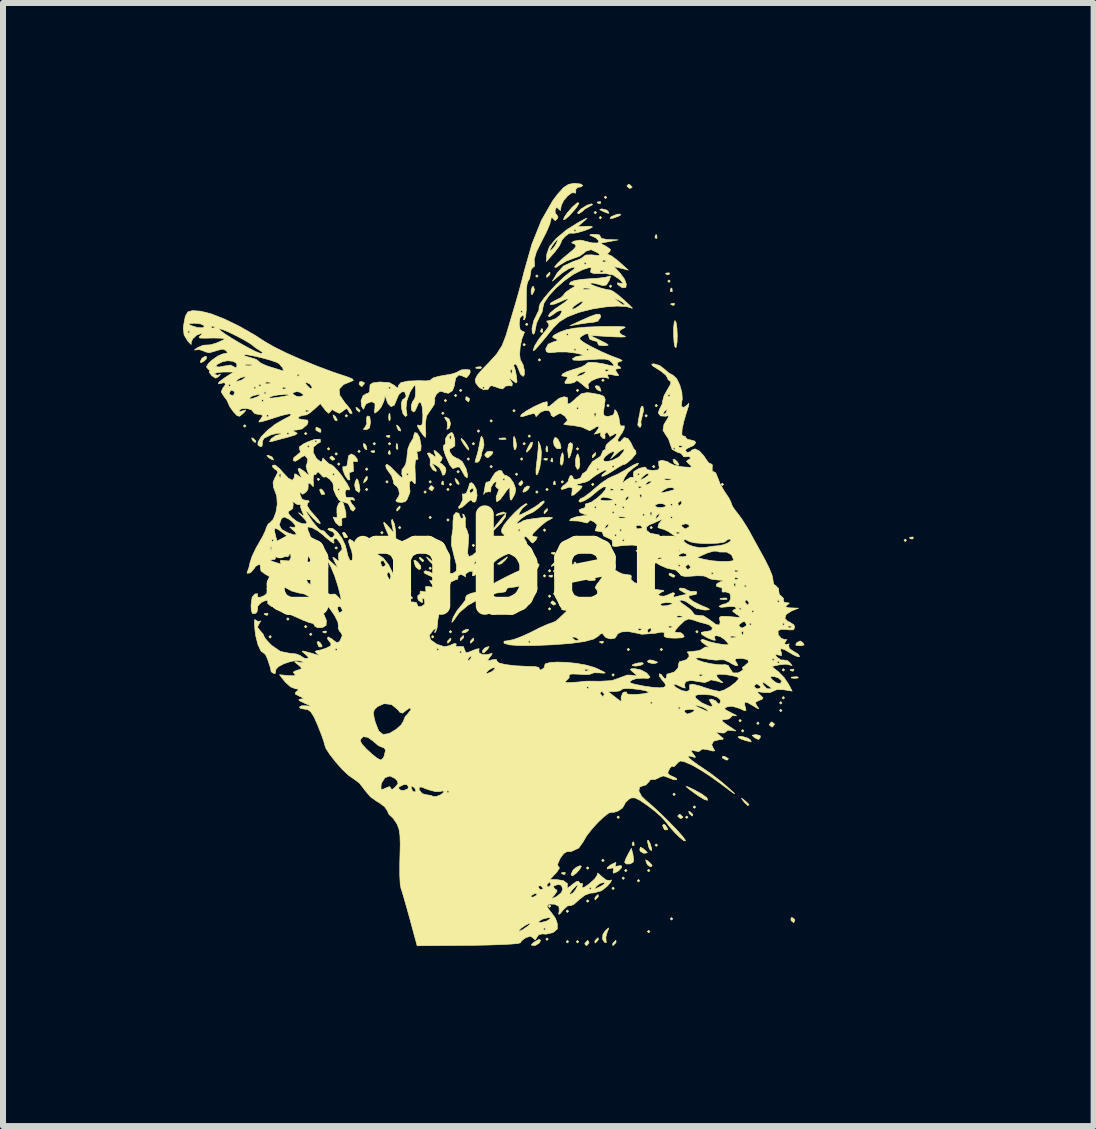
<source format=kicad_pcb>
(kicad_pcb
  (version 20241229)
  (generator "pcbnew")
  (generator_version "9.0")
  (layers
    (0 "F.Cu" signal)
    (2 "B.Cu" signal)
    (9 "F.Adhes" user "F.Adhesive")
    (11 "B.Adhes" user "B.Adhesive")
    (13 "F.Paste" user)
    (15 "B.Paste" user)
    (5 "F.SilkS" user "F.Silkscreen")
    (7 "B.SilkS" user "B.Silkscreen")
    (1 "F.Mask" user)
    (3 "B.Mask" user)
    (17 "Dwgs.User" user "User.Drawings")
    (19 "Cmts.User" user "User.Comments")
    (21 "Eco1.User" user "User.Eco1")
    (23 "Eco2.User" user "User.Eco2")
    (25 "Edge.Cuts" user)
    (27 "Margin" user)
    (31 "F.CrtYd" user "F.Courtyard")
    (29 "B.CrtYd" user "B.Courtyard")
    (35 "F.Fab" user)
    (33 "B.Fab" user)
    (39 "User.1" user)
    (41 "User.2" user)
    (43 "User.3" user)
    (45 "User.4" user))
  (footprint "amber"
    (layer "F.Cu")
    (at 4.774 6.355)
    (property "Reference" "amber" (at 0 0 0) (layer "F.SilkS") (effects (font (size 1.524 1.524) (thickness 0.3))))
    (attr through_hole)
    (fp_poly (pts (xy 0.614 -0.857) (xy 0.601 -0.843) (xy 0.601 -0.854) (xy 0.614 -0.857)) (stroke (width 0.01) (type solid)) (fill yes) (layer "F.SilkS"))
    (fp_poly (pts (xy -3.725 -2.307) (xy -3.747 -2.286) (xy -3.768 -2.307) (xy -3.747 -2.328) (xy -3.725 -2.307)) (stroke (width 0.01) (type solid)) (fill yes) (layer "F.SilkS"))
    (fp_poly (pts (xy -3.302 1.206) (xy -3.323 1.228) (xy -3.344 1.206) (xy -3.323 1.185) (xy -3.302 1.206)) (stroke (width 0.01) (type solid)) (fill yes) (layer "F.SilkS"))
    (fp_poly (pts (xy -3.006 0.91) (xy -3.027 0.931) (xy -3.048 0.91) (xy -3.027 0.889) (xy -3.006 0.91)) (stroke (width 0.01) (type solid)) (fill yes) (layer "F.SilkS"))
    (fp_poly (pts (xy -2.709 -2.18) (xy -2.731 -2.159) (xy -2.752 -2.18) (xy -2.731 -2.201) (xy -2.709 -2.18)) (stroke (width 0.01) (type solid)) (fill yes) (layer "F.SilkS"))
    (fp_poly (pts (xy -2.709 1.037) (xy -2.731 1.058) (xy -2.752 1.037) (xy -2.731 1.016) (xy -2.709 1.037)) (stroke (width 0.01) (type solid)) (fill yes) (layer "F.SilkS"))
    (fp_poly (pts (xy -2.625 1.164) (xy -2.646 1.185) (xy -2.667 1.164) (xy -2.646 1.143) (xy -2.625 1.164)) (stroke (width 0.01) (type solid)) (fill yes) (layer "F.SilkS"))
    (fp_poly (pts (xy -2.498 -1.418) (xy -2.519 -1.397) (xy -2.54 -1.418) (xy -2.519 -1.439) (xy -2.498 -1.418)) (stroke (width 0.01) (type solid)) (fill yes) (layer "F.SilkS"))
    (fp_poly (pts (xy -2.328 -1.926) (xy -2.349 -1.905) (xy -2.371 -1.926) (xy -2.349 -1.947) (xy -2.328 -1.926)) (stroke (width 0.01) (type solid)) (fill yes) (layer "F.SilkS"))
    (fp_poly (pts (xy -2.201 -1.841) (xy -2.223 -1.82) (xy -2.244 -1.841) (xy -2.223 -1.863) (xy -2.201 -1.841)) (stroke (width 0.01) (type solid)) (fill yes) (layer "F.SilkS"))
    (fp_poly (pts (xy -2.201 -0.275) (xy -2.223 -0.254) (xy -2.244 -0.275) (xy -2.223 -0.296) (xy -2.201 -0.275)) (stroke (width 0.01) (type solid)) (fill yes) (layer "F.SilkS"))
    (fp_poly (pts (xy -2.159 -1.672) (xy -2.18 -1.651) (xy -2.201 -1.672) (xy -2.18 -1.693) (xy -2.159 -1.672)) (stroke (width 0.01) (type solid)) (fill yes) (layer "F.SilkS"))
    (fp_poly (pts (xy -2.032 -2.477) (xy -2.053 -2.455) (xy -2.074 -2.477) (xy -2.053 -2.498) (xy -2.032 -2.477)) (stroke (width 0.01) (type solid)) (fill yes) (layer "F.SilkS"))
    (fp_poly (pts (xy -1.82 -1.884) (xy -1.841 -1.863) (xy -1.863 -1.884) (xy -1.841 -1.905) (xy -1.82 -1.884)) (stroke (width 0.01) (type solid)) (fill yes) (layer "F.SilkS"))
    (fp_poly (pts (xy -1.693 -1.587) (xy -1.714 -1.566) (xy -1.736 -1.587) (xy -1.714 -1.609) (xy -1.693 -1.587)) (stroke (width 0.01) (type solid)) (fill yes) (layer "F.SilkS"))
    (fp_poly (pts (xy -1.693 -1.249) (xy -1.714 -1.228) (xy -1.736 -1.249) (xy -1.714 -1.27) (xy -1.693 -1.249)) (stroke (width 0.01) (type solid)) (fill yes) (layer "F.SilkS"))
    (fp_poly (pts (xy -1.566 -2.011) (xy -1.587 -1.99) (xy -1.609 -2.011) (xy -1.587 -2.032) (xy -1.566 -2.011)) (stroke (width 0.01) (type solid)) (fill yes) (layer "F.SilkS"))
    (fp_poly (pts (xy -1.482 -0.233) (xy -1.503 -0.212) (xy -1.524 -0.233) (xy -1.503 -0.254) (xy -1.482 -0.233)) (stroke (width 0.01) (type solid)) (fill yes) (layer "F.SilkS"))
    (fp_poly (pts (xy -1.439 -0.529) (xy -1.46 -0.508) (xy -1.482 -0.529) (xy -1.46 -0.55) (xy -1.439 -0.529)) (stroke (width 0.01) (type solid)) (fill yes) (layer "F.SilkS"))
    (fp_poly (pts (xy -1.355 -1.376) (xy -1.376 -1.355) (xy -1.397 -1.376) (xy -1.376 -1.397) (xy -1.355 -1.376)) (stroke (width 0.01) (type solid)) (fill yes) (layer "F.SilkS"))
    (fp_poly (pts (xy -1.312 -2.011) (xy -1.333 -1.99) (xy -1.355 -2.011) (xy -1.333 -2.032) (xy -1.312 -2.011)) (stroke (width 0.01) (type solid)) (fill yes) (layer "F.SilkS"))
    (fp_poly (pts (xy -1.143 -0.614) (xy -1.164 -0.593) (xy -1.185 -0.614) (xy -1.164 -0.635) (xy -1.143 -0.614)) (stroke (width 0.01) (type solid)) (fill yes) (layer "F.SilkS"))
    (fp_poly (pts (xy -1.058 0.36) (xy -1.079 0.381) (xy -1.101 0.36) (xy -1.079 0.339) (xy -1.058 0.36)) (stroke (width 0.01) (type solid)) (fill yes) (layer "F.SilkS"))
    (fp_poly (pts (xy -0.974 0.445) (xy -0.995 0.466) (xy -1.016 0.445) (xy -0.995 0.423) (xy -0.974 0.445)) (stroke (width 0.01) (type solid)) (fill yes) (layer "F.SilkS"))
    (fp_poly (pts (xy -0.72 -1.206) (xy -0.741 -1.185) (xy -0.762 -1.206) (xy -0.741 -1.228) (xy -0.72 -1.206)) (stroke (width 0.01) (type solid)) (fill yes) (layer "F.SilkS"))
    (fp_poly (pts (xy -0.72 -0.233) (xy -0.741 -0.212) (xy -0.762 -0.233) (xy -0.741 -0.254) (xy -0.72 -0.233)) (stroke (width 0.01) (type solid)) (fill yes) (layer "F.SilkS"))
    (fp_poly (pts (xy -0.635 -1.376) (xy -0.656 -1.355) (xy -0.677 -1.376) (xy -0.656 -1.397) (xy -0.635 -1.376)) (stroke (width 0.01) (type solid)) (fill yes) (layer "F.SilkS"))
    (fp_poly (pts (xy -0.635 -0.783) (xy -0.656 -0.762) (xy -0.677 -0.783) (xy -0.656 -0.804) (xy -0.635 -0.783)) (stroke (width 0.01) (type solid)) (fill yes) (layer "F.SilkS"))
    (fp_poly (pts (xy -0.635 0.064) (xy -0.656 0.085) (xy -0.677 0.064) (xy -0.656 0.042) (xy -0.635 0.064)) (stroke (width 0.01) (type solid)) (fill yes) (layer "F.SilkS"))
    (fp_poly (pts (xy -0.593 1.206) (xy -0.614 1.228) (xy -0.635 1.206) (xy -0.614 1.185) (xy -0.593 1.206)) (stroke (width 0.01) (type solid)) (fill yes) (layer "F.SilkS"))
    (fp_poly (pts (xy -0.508 0.064) (xy -0.529 0.085) (xy -0.55 0.064) (xy -0.529 0.042) (xy -0.508 0.064)) (stroke (width 0.01) (type solid)) (fill yes) (layer "F.SilkS"))
    (fp_poly (pts (xy -0.423 -2.519) (xy -0.445 -2.498) (xy -0.466 -2.519) (xy -0.445 -2.54) (xy -0.423 -2.519)) (stroke (width 0.01) (type solid)) (fill yes) (layer "F.SilkS"))
    (fp_poly (pts (xy -0.381 -2.731) (xy -0.402 -2.709) (xy -0.423 -2.731) (xy -0.402 -2.752) (xy -0.381 -2.731)) (stroke (width 0.01) (type solid)) (fill yes) (layer "F.SilkS"))
    (fp_poly (pts (xy -0.339 -1.249) (xy -0.36 -1.228) (xy -0.381 -1.249) (xy -0.36 -1.27) (xy -0.339 -1.249)) (stroke (width 0.01) (type solid)) (fill yes) (layer "F.SilkS"))
    (fp_poly (pts (xy -0.339 -0.741) (xy -0.36 -0.72) (xy -0.381 -0.741) (xy -0.36 -0.762) (xy -0.339 -0.741)) (stroke (width 0.01) (type solid)) (fill yes) (layer "F.SilkS"))
    (fp_poly (pts (xy -0.296 -1.333) (xy -0.318 -1.312) (xy -0.339 -1.333) (xy -0.318 -1.355) (xy -0.296 -1.333)) (stroke (width 0.01) (type solid)) (fill yes) (layer "F.SilkS"))
    (fp_poly (pts (xy -0.296 1.122) (xy -0.318 1.143) (xy -0.339 1.122) (xy -0.318 1.101) (xy -0.296 1.122)) (stroke (width 0.01) (type solid)) (fill yes) (layer "F.SilkS"))
    (fp_poly (pts (xy -0.212 -2.815) (xy -0.233 -2.794) (xy -0.254 -2.815) (xy -0.233 -2.836) (xy -0.212 -2.815)) (stroke (width 0.01) (type solid)) (fill yes) (layer "F.SilkS"))
    (fp_poly (pts (xy -0.169 -1.545) (xy -0.191 -1.524) (xy -0.212 -1.545) (xy -0.191 -1.566) (xy -0.169 -1.545)) (stroke (width 0.01) (type solid)) (fill yes) (layer "F.SilkS"))
    (fp_poly (pts (xy -0.127 -2.9) (xy -0.148 -2.879) (xy -0.169 -2.9) (xy -0.148 -2.921) (xy -0.127 -2.9)) (stroke (width 0.01) (type solid)) (fill yes) (layer "F.SilkS"))
    (fp_poly (pts (xy 0 -1.757) (xy -0.021 -1.736) (xy -0.042 -1.757) (xy -0.021 -1.778) (xy 0 -1.757)) (stroke (width 0.01) (type solid)) (fill yes) (layer "F.SilkS"))
    (fp_poly (pts (xy 0.085 -2.011) (xy 0.064 -1.99) (xy 0.042 -2.011) (xy 0.064 -2.032) (xy 0.085 -2.011)) (stroke (width 0.01) (type solid)) (fill yes) (layer "F.SilkS"))
    (fp_poly (pts (xy 0.085 -0.318) (xy 0.064 -0.296) (xy 0.042 -0.318) (xy 0.064 -0.339) (xy 0.085 -0.318)) (stroke (width 0.01) (type solid)) (fill yes) (layer "F.SilkS"))
    (fp_poly (pts (xy 0.169 -2.223) (xy 0.148 -2.201) (xy 0.127 -2.223) (xy 0.148 -2.244) (xy 0.169 -2.223)) (stroke (width 0.01) (type solid)) (fill yes) (layer "F.SilkS"))
    (fp_poly (pts (xy 0.381 -2.392) (xy 0.36 -2.371) (xy 0.339 -2.392) (xy 0.36 -2.413) (xy 0.381 -2.392)) (stroke (width 0.01) (type solid)) (fill yes) (layer "F.SilkS"))
    (fp_poly (pts (xy 0.381 -1.63) (xy 0.36 -1.609) (xy 0.339 -1.63) (xy 0.36 -1.651) (xy 0.381 -1.63)) (stroke (width 0.01) (type solid)) (fill yes) (layer "F.SilkS"))
    (fp_poly (pts (xy 0.381 -0.36) (xy 0.36 -0.339) (xy 0.339 -0.36) (xy 0.36 -0.381) (xy 0.381 -0.36)) (stroke (width 0.01) (type solid)) (fill yes) (layer "F.SilkS"))
    (fp_poly (pts (xy 0.762 -2.561) (xy 0.741 -2.54) (xy 0.72 -2.561) (xy 0.741 -2.582) (xy 0.762 -2.561)) (stroke (width 0.01) (type solid)) (fill yes) (layer "F.SilkS"))
    (fp_poly (pts (xy 0.804 -1.503) (xy 0.783 -1.482) (xy 0.762 -1.503) (xy 0.783 -1.524) (xy 0.804 -1.503)) (stroke (width 0.01) (type solid)) (fill yes) (layer "F.SilkS"))
    (fp_poly (pts (xy 0.889 -1.757) (xy 0.868 -1.736) (xy 0.847 -1.757) (xy 0.868 -1.778) (xy 0.889 -1.757)) (stroke (width 0.01) (type solid)) (fill yes) (layer "F.SilkS"))
    (fp_poly (pts (xy 0.931 -3.662) (xy 0.91 -3.641) (xy 0.889 -3.662) (xy 0.91 -3.683) (xy 0.931 -3.662)) (stroke (width 0.01) (type solid)) (fill yes) (layer "F.SilkS"))
    (fp_poly (pts (xy 0.931 -2.011) (xy 0.91 -1.99) (xy 0.889 -2.011) (xy 0.91 -2.032) (xy 0.931 -2.011)) (stroke (width 0.01) (type solid)) (fill yes) (layer "F.SilkS"))
    (fp_poly (pts (xy 0.974 -4) (xy 0.953 -3.979) (xy 0.931 -4) (xy 0.953 -4.022) (xy 0.974 -4)) (stroke (width 0.01) (type solid)) (fill yes) (layer "F.SilkS"))
    (fp_poly (pts (xy 1.016 -2.138) (xy 0.995 -2.117) (xy 0.974 -2.138) (xy 0.995 -2.159) (xy 1.016 -2.138)) (stroke (width 0.01) (type solid)) (fill yes) (layer "F.SilkS"))
    (fp_poly (pts (xy 1.143 -4.805) (xy 1.122 -4.784) (xy 1.101 -4.805) (xy 1.122 -4.826) (xy 1.143 -4.805)) (stroke (width 0.01) (type solid)) (fill yes) (layer "F.SilkS"))
    (fp_poly (pts (xy 1.143 -1.206) (xy 1.122 -1.185) (xy 1.101 -1.206) (xy 1.122 -1.228) (xy 1.143 -1.206)) (stroke (width 0.01) (type solid)) (fill yes) (layer "F.SilkS"))
    (fp_poly (pts (xy 1.185 -3.408) (xy 1.164 -3.387) (xy 1.143 -3.408) (xy 1.164 -3.429) (xy 1.185 -3.408)) (stroke (width 0.01) (type solid)) (fill yes) (layer "F.SilkS"))
    (fp_poly (pts (xy 1.27 -0.572) (xy 1.249 -0.55) (xy 1.228 -0.572) (xy 1.249 -0.593) (xy 1.27 -0.572)) (stroke (width 0.01) (type solid)) (fill yes) (layer "F.SilkS"))
    (fp_poly (pts (xy 1.27 0.191) (xy 1.249 0.212) (xy 1.228 0.191) (xy 1.249 0.169) (xy 1.27 0.191)) (stroke (width 0.01) (type solid)) (fill yes) (layer "F.SilkS"))
    (fp_poly (pts (xy 1.312 -1.249) (xy 1.291 -1.228) (xy 1.27 -1.249) (xy 1.291 -1.27) (xy 1.312 -1.249)) (stroke (width 0.01) (type solid)) (fill yes) (layer "F.SilkS"))
    (fp_poly (pts (xy 1.312 6.244) (xy 1.291 6.265) (xy 1.27 6.244) (xy 1.291 6.223) (xy 1.312 6.244)) (stroke (width 0.01) (type solid)) (fill yes) (layer "F.SilkS"))
    (fp_poly (pts (xy 1.355 0.106) (xy 1.333 0.127) (xy 1.312 0.106) (xy 1.333 0.085) (xy 1.355 0.106)) (stroke (width 0.01) (type solid)) (fill yes) (layer "F.SilkS"))
    (fp_poly (pts (xy 1.355 0.529) (xy 1.333 0.55) (xy 1.312 0.529) (xy 1.333 0.508) (xy 1.355 0.529)) (stroke (width 0.01) (type solid)) (fill yes) (layer "F.SilkS"))
    (fp_poly (pts (xy 1.355 0.741) (xy 1.333 0.762) (xy 1.312 0.741) (xy 1.333 0.72) (xy 1.355 0.741)) (stroke (width 0.01) (type solid)) (fill yes) (layer "F.SilkS"))
    (fp_poly (pts (xy 1.355 5.694) (xy 1.333 5.715) (xy 1.312 5.694) (xy 1.333 5.673) (xy 1.355 5.694)) (stroke (width 0.01) (type solid)) (fill yes) (layer "F.SilkS"))
    (fp_poly (pts (xy 1.439 0.487) (xy 1.418 0.508) (xy 1.397 0.487) (xy 1.418 0.466) (xy 1.439 0.487)) (stroke (width 0.01) (type solid)) (fill yes) (layer "F.SilkS"))
    (fp_poly (pts (xy 1.566 -1.376) (xy 1.545 -1.355) (xy 1.524 -1.376) (xy 1.545 -1.397) (xy 1.566 -1.376)) (stroke (width 0.01) (type solid)) (fill yes) (layer "F.SilkS"))
    (fp_poly (pts (xy 1.651 -0.191) (xy 1.63 -0.169) (xy 1.609 -0.191) (xy 1.63 -0.212) (xy 1.651 -0.191)) (stroke (width 0.01) (type solid)) (fill yes) (layer "F.SilkS"))
    (fp_poly (pts (xy 1.651 5.779) (xy 1.63 5.8) (xy 1.609 5.779) (xy 1.63 5.757) (xy 1.651 5.779)) (stroke (width 0.01) (type solid)) (fill yes) (layer "F.SilkS"))
    (fp_poly (pts (xy 1.651 6.287) (xy 1.63 6.308) (xy 1.609 6.287) (xy 1.63 6.265) (xy 1.651 6.287)) (stroke (width 0.01) (type solid)) (fill yes) (layer "F.SilkS"))
    (fp_poly (pts (xy 1.778 -0.021) (xy 1.757 0) (xy 1.736 -0.021) (xy 1.757 -0.042) (xy 1.778 -0.021)) (stroke (width 0.01) (type solid)) (fill yes) (layer "F.SilkS"))
    (fp_poly (pts (xy 1.82 -2.9) (xy 1.799 -2.879) (xy 1.778 -2.9) (xy 1.799 -2.921) (xy 1.82 -2.9)) (stroke (width 0.01) (type solid)) (fill yes) (layer "F.SilkS"))
    (fp_poly (pts (xy 1.82 -1.926) (xy 1.799 -1.905) (xy 1.778 -1.926) (xy 1.799 -1.947) (xy 1.82 -1.926)) (stroke (width 0.01) (type solid)) (fill yes) (layer "F.SilkS"))
    (fp_poly (pts (xy 1.82 6.287) (xy 1.799 6.308) (xy 1.778 6.287) (xy 1.799 6.265) (xy 1.82 6.287)) (stroke (width 0.01) (type solid)) (fill yes) (layer "F.SilkS"))
    (fp_poly (pts (xy 1.99 5.059) (xy 1.968 5.08) (xy 1.947 5.059) (xy 1.968 5.038) (xy 1.99 5.059)) (stroke (width 0.01) (type solid)) (fill yes) (layer "F.SilkS"))
    (fp_poly (pts (xy 1.99 5.609) (xy 1.968 5.63) (xy 1.947 5.609) (xy 1.968 5.588) (xy 1.99 5.609)) (stroke (width 0.01) (type solid)) (fill yes) (layer "F.SilkS"))
    (fp_poly (pts (xy 2.074 -1.333) (xy 2.053 -1.312) (xy 2.032 -1.333) (xy 2.053 -1.355) (xy 2.074 -1.333)) (stroke (width 0.01) (type solid)) (fill yes) (layer "F.SilkS"))
    (fp_poly (pts (xy 2.117 -5.863) (xy 2.095 -5.842) (xy 2.074 -5.863) (xy 2.095 -5.884) (xy 2.117 -5.863)) (stroke (width 0.01) (type solid)) (fill yes) (layer "F.SilkS"))
    (fp_poly (pts (xy 2.201 -5.779) (xy 2.18 -5.757) (xy 2.159 -5.779) (xy 2.18 -5.8) (xy 2.201 -5.779)) (stroke (width 0.01) (type solid)) (fill yes) (layer "F.SilkS"))
    (fp_poly (pts (xy 2.244 -3.069) (xy 2.223 -3.048) (xy 2.201 -3.069) (xy 2.223 -3.09) (xy 2.244 -3.069)) (stroke (width 0.01) (type solid)) (fill yes) (layer "F.SilkS"))
    (fp_poly (pts (xy 2.244 4.932) (xy 2.223 4.953) (xy 2.201 4.932) (xy 2.223 4.911) (xy 2.244 4.932)) (stroke (width 0.01) (type solid)) (fill yes) (layer "F.SilkS"))
    (fp_poly (pts (xy 2.286 -6.117) (xy 2.265 -6.096) (xy 2.244 -6.117) (xy 2.265 -6.138) (xy 2.286 -6.117)) (stroke (width 0.01) (type solid)) (fill yes) (layer "F.SilkS"))
    (fp_poly (pts (xy 2.328 -2.646) (xy 2.307 -2.625) (xy 2.286 -2.646) (xy 2.307 -2.667) (xy 2.328 -2.646)) (stroke (width 0.01) (type solid)) (fill yes) (layer "F.SilkS"))
    (fp_poly (pts (xy 2.371 -4.636) (xy 2.349 -4.614) (xy 2.328 -4.636) (xy 2.349 -4.657) (xy 2.371 -4.636)) (stroke (width 0.01) (type solid)) (fill yes) (layer "F.SilkS"))
    (fp_poly (pts (xy 2.413 1.841) (xy 2.392 1.863) (xy 2.371 1.841) (xy 2.392 1.82) (xy 2.413 1.841)) (stroke (width 0.01) (type solid)) (fill yes) (layer "F.SilkS"))
    (fp_poly (pts (xy 2.413 5.397) (xy 2.392 5.419) (xy 2.371 5.397) (xy 2.392 5.376) (xy 2.413 5.397)) (stroke (width 0.01) (type solid)) (fill yes) (layer "F.SilkS"))
    (fp_poly (pts (xy 2.498 4.212) (xy 2.477 4.233) (xy 2.455 4.212) (xy 2.477 4.191) (xy 2.498 4.212)) (stroke (width 0.01) (type solid)) (fill yes) (layer "F.SilkS"))
    (fp_poly (pts (xy 2.582 5.228) (xy 2.561 5.249) (xy 2.54 5.228) (xy 2.561 5.207) (xy 2.582 5.228)) (stroke (width 0.01) (type solid)) (fill yes) (layer "F.SilkS"))
    (fp_poly (pts (xy 2.625 5.101) (xy 2.603 5.122) (xy 2.582 5.101) (xy 2.603 5.08) (xy 2.625 5.101)) (stroke (width 0.01) (type solid)) (fill yes) (layer "F.SilkS"))
    (fp_poly (pts (xy 2.667 1.418) (xy 2.646 1.439) (xy 2.625 1.418) (xy 2.646 1.397) (xy 2.667 1.418)) (stroke (width 0.01) (type solid)) (fill yes) (layer "F.SilkS"))
    (fp_poly (pts (xy 2.836 0.275) (xy 2.815 0.296) (xy 2.794 0.275) (xy 2.815 0.254) (xy 2.836 0.275)) (stroke (width 0.01) (type solid)) (fill yes) (layer "F.SilkS"))
    (fp_poly (pts (xy 2.836 5.271) (xy 2.815 5.292) (xy 2.794 5.271) (xy 2.815 5.249) (xy 2.836 5.271)) (stroke (width 0.01) (type solid)) (fill yes) (layer "F.SilkS"))
    (fp_poly (pts (xy 2.963 -2.477) (xy 2.942 -2.455) (xy 2.921 -2.477) (xy 2.942 -2.498) (xy 2.963 -2.477)) (stroke (width 0.01) (type solid)) (fill yes) (layer "F.SilkS"))
    (fp_poly (pts (xy 3.006 5.101) (xy 2.985 5.122) (xy 2.963 5.101) (xy 2.985 5.08) (xy 3.006 5.101)) (stroke (width 0.01) (type solid)) (fill yes) (layer "F.SilkS"))
    (fp_poly (pts (xy 3.006 6.117) (xy 2.985 6.138) (xy 2.963 6.117) (xy 2.985 6.096) (xy 3.006 6.117)) (stroke (width 0.01) (type solid)) (fill yes) (layer "F.SilkS"))
    (fp_poly (pts (xy 3.048 -0.614) (xy 3.027 -0.593) (xy 3.006 -0.614) (xy 3.027 -0.635) (xy 3.048 -0.614)) (stroke (width 0.01) (type solid)) (fill yes) (layer "F.SilkS"))
    (fp_poly (pts (xy 3.09 -1.63) (xy 3.069 -1.609) (xy 3.048 -1.63) (xy 3.069 -1.651) (xy 3.09 -1.63)) (stroke (width 0.01) (type solid)) (fill yes) (layer "F.SilkS"))
    (fp_poly (pts (xy 3.133 -2.646) (xy 3.111 -2.625) (xy 3.09 -2.646) (xy 3.111 -2.667) (xy 3.133 -2.646)) (stroke (width 0.01) (type solid)) (fill yes) (layer "F.SilkS"))
    (fp_poly (pts (xy 3.133 4.678) (xy 3.111 4.699) (xy 3.09 4.678) (xy 3.111 4.657) (xy 3.133 4.678)) (stroke (width 0.01) (type solid)) (fill yes) (layer "F.SilkS"))
    (fp_poly (pts (xy 3.217 1.418) (xy 3.196 1.439) (xy 3.175 1.418) (xy 3.196 1.397) (xy 3.217 1.418)) (stroke (width 0.01) (type solid)) (fill yes) (layer "F.SilkS"))
    (fp_poly (pts (xy 3.344 -4.72) (xy 3.323 -4.699) (xy 3.302 -4.72) (xy 3.323 -4.741) (xy 3.344 -4.72)) (stroke (width 0.01) (type solid)) (fill yes) (layer "F.SilkS"))
    (fp_poly (pts (xy 3.387 5.905) (xy 3.365 5.927) (xy 3.344 5.905) (xy 3.365 5.884) (xy 3.387 5.905)) (stroke (width 0.01) (type solid)) (fill yes) (layer "F.SilkS"))
    (fp_poly (pts (xy 3.429 3.831) (xy 3.408 3.852) (xy 3.387 3.831) (xy 3.408 3.81) (xy 3.429 3.831)) (stroke (width 0.01) (type solid)) (fill yes) (layer "F.SilkS"))
    (fp_poly (pts (xy 3.641 4.212) (xy 3.619 4.233) (xy 3.598 4.212) (xy 3.619 4.191) (xy 3.641 4.212)) (stroke (width 0.01) (type solid)) (fill yes) (layer "F.SilkS"))
    (fp_poly (pts (xy 3.768 4.043) (xy 3.747 4.064) (xy 3.725 4.043) (xy 3.747 4.022) (xy 3.768 4.043)) (stroke (width 0.01) (type solid)) (fill yes) (layer "F.SilkS"))
    (fp_poly (pts (xy 3.81 1.122) (xy 3.789 1.143) (xy 3.768 1.122) (xy 3.789 1.101) (xy 3.81 1.122)) (stroke (width 0.01) (type solid)) (fill yes) (layer "F.SilkS"))
    (fp_poly (pts (xy 4.233 -1.333) (xy 4.212 -1.312) (xy 4.191 -1.333) (xy 4.212 -1.355) (xy 4.233 -1.333)) (stroke (width 0.01) (type solid)) (fill yes) (layer "F.SilkS"))
    (fp_poly (pts (xy 4.53 2.603) (xy 4.508 2.625) (xy 4.487 2.603) (xy 4.508 2.582) (xy 4.53 2.603)) (stroke (width 0.01) (type solid)) (fill yes) (layer "F.SilkS"))
    (fp_poly (pts (xy 4.572 2.773) (xy 4.551 2.794) (xy 4.53 2.773) (xy 4.551 2.752) (xy 4.572 2.773)) (stroke (width 0.01) (type solid)) (fill yes) (layer "F.SilkS"))
    (fp_poly (pts (xy 4.826 2.646) (xy 4.805 2.667) (xy 4.784 2.646) (xy 4.805 2.625) (xy 4.826 2.646)) (stroke (width 0.01) (type solid)) (fill yes) (layer "F.SilkS"))
    (fp_poly (pts (xy 5.207 2.307) (xy 5.186 2.328) (xy 5.165 2.307) (xy 5.186 2.286) (xy 5.207 2.307)) (stroke (width 0.01) (type solid)) (fill yes) (layer "F.SilkS"))
    (fp_poly (pts (xy 5.207 2.434) (xy 5.186 2.455) (xy 5.165 2.434) (xy 5.186 2.413) (xy 5.207 2.434)) (stroke (width 0.01) (type solid)) (fill yes) (layer "F.SilkS"))
    (fp_poly (pts (xy 5.249 1.757) (xy 5.228 1.778) (xy 5.207 1.757) (xy 5.228 1.736) (xy 5.249 1.757)) (stroke (width 0.01) (type solid)) (fill yes) (layer "F.SilkS"))
    (fp_poly (pts (xy 5.249 2.223) (xy 5.228 2.244) (xy 5.207 2.223) (xy 5.228 2.201) (xy 5.249 2.223)) (stroke (width 0.01) (type solid)) (fill yes) (layer "F.SilkS"))
    (fp_poly (pts (xy 7.281 -0.402) (xy 7.26 -0.381) (xy 7.239 -0.402) (xy 7.26 -0.423) (xy 7.281 -0.402)) (stroke (width 0.01) (type solid)) (fill yes) (layer "F.SilkS"))
    (fp_poly (pts (xy -3.358 0.818) (xy -3.364 0.844) (xy -3.387 0.847) (xy -3.422 0.831) (xy -3.415 0.818) (xy -3.365 0.813) (xy -3.358 0.818)) (stroke (width 0.01) (type solid)) (fill yes) (layer "F.SilkS"))
    (fp_poly (pts (xy -3.316 0.395) (xy -3.322 0.42) (xy -3.344 0.423) (xy -3.379 0.408) (xy -3.373 0.395) (xy -3.322 0.39) (xy -3.316 0.395)) (stroke (width 0.01) (type solid)) (fill yes) (layer "F.SilkS"))
    (fp_poly (pts (xy -3.189 0.395) (xy -3.195 0.42) (xy -3.217 0.423) (xy -3.252 0.408) (xy -3.246 0.395) (xy -3.195 0.39) (xy -3.189 0.395)) (stroke (width 0.01) (type solid)) (fill yes) (layer "F.SilkS"))
    (fp_poly (pts (xy -3.147 -0.198) (xy -3.153 -0.172) (xy -3.175 -0.169) (xy -3.21 -0.185) (xy -3.203 -0.198) (xy -3.153 -0.203) (xy -3.147 -0.198)) (stroke (width 0.01) (type solid)) (fill yes) (layer "F.SilkS"))
    (fp_poly (pts (xy -2.385 1.115) (xy -2.391 1.14) (xy -2.413 1.143) (xy -2.448 1.128) (xy -2.441 1.115) (xy -2.391 1.11) (xy -2.385 1.115)) (stroke (width 0.01) (type solid)) (fill yes) (layer "F.SilkS"))
    (fp_poly (pts (xy -1.58 -1.891) (xy -1.586 -1.866) (xy -1.609 -1.863) (xy -1.644 -1.878) (xy -1.637 -1.891) (xy -1.587 -1.896) (xy -1.58 -1.891)) (stroke (width 0.01) (type solid)) (fill yes) (layer "F.SilkS"))
    (fp_poly (pts (xy -1.369 -0.367) (xy -1.364 -0.317) (xy -1.369 -0.31) (xy -1.394 -0.316) (xy -1.397 -0.339) (xy -1.382 -0.374) (xy -1.369 -0.367)) (stroke (width 0.01) (type solid)) (fill yes) (layer "F.SilkS"))
    (fp_poly (pts (xy -1.327 -2.508) (xy -1.321 -2.422) (xy -1.327 -2.402) (xy -1.342 -2.397) (xy -1.348 -2.455) (xy -1.341 -2.515) (xy -1.327 -2.508)) (stroke (width 0.01) (type solid)) (fill yes) (layer "F.SilkS"))
    (fp_poly (pts (xy -1.326 -2.145) (xy -1.332 -2.12) (xy -1.355 -2.117) (xy -1.39 -2.132) (xy -1.383 -2.145) (xy -1.333 -2.15) (xy -1.326 -2.145)) (stroke (width 0.01) (type solid)) (fill yes) (layer "F.SilkS"))
    (fp_poly (pts (xy -1.326 -1.891) (xy -1.321 -1.841) (xy -1.326 -1.834) (xy -1.352 -1.84) (xy -1.355 -1.863) (xy -1.339 -1.898) (xy -1.326 -1.891)) (stroke (width 0.01) (type solid)) (fill yes) (layer "F.SilkS"))
    (fp_poly (pts (xy -1.199 -1.998) (xy -1.194 -1.931) (xy -1.202 -1.916) (xy -1.221 -1.929) (xy -1.224 -1.972) (xy -1.214 -2.017) (xy -1.199 -1.998)) (stroke (width 0.01) (type solid)) (fill yes) (layer "F.SilkS"))
    (fp_poly (pts (xy -1.157 -0.071) (xy -1.152 -0.02) (xy -1.157 -0.014) (xy -1.182 -0.02) (xy -1.185 -0.042) (xy -1.17 -0.077) (xy -1.157 -0.071)) (stroke (width 0.01) (type solid)) (fill yes) (layer "F.SilkS"))
    (fp_poly (pts (xy -0.988 0.014) (xy -0.983 0.064) (xy -0.988 0.071) (xy -1.013 0.065) (xy -1.016 0.042) (xy -1.001 0.007) (xy -0.988 0.014)) (stroke (width 0.01) (type solid)) (fill yes) (layer "F.SilkS"))
    (fp_poly (pts (xy -0.437 -1.383) (xy -0.432 -1.333) (xy -0.437 -1.326) (xy -0.463 -1.332) (xy -0.466 -1.355) (xy -0.45 -1.39) (xy -0.437 -1.383)) (stroke (width 0.01) (type solid)) (fill yes) (layer "F.SilkS"))
    (fp_poly (pts (xy 0.2 -3.285) (xy 0.188 -3.266) (xy 0.145 -3.263) (xy 0.099 -3.273) (xy 0.119 -3.289) (xy 0.185 -3.294) (xy 0.2 -3.285)) (stroke (width 0.01) (type solid)) (fill yes) (layer "F.SilkS"))
    (fp_poly (pts (xy 0.603 -2.102) (xy 0.609 -2.087) (xy 0.55 -2.081) (xy 0.49 -2.088) (xy 0.497 -2.102) (xy 0.584 -2.108) (xy 0.603 -2.102)) (stroke (width 0.01) (type solid)) (fill yes) (layer "F.SilkS"))
    (fp_poly (pts (xy 1.214 -3.923) (xy 1.219 -3.873) (xy 1.214 -3.866) (xy 1.188 -3.872) (xy 1.185 -3.895) (xy 1.201 -3.93) (xy 1.214 -3.923)) (stroke (width 0.01) (type solid)) (fill yes) (layer "F.SilkS"))
    (fp_poly (pts (xy 1.298 -1.764) (xy 1.292 -1.739) (xy 1.27 -1.736) (xy 1.235 -1.751) (xy 1.242 -1.764) (xy 1.292 -1.769) (xy 1.298 -1.764)) (stroke (width 0.01) (type solid)) (fill yes) (layer "F.SilkS"))
    (fp_poly (pts (xy 1.299 -1.955) (xy 1.304 -1.889) (xy 1.296 -1.874) (xy 1.276 -1.887) (xy 1.273 -1.93) (xy 1.284 -1.975) (xy 1.299 -1.955)) (stroke (width 0.01) (type solid)) (fill yes) (layer "F.SilkS"))
    (fp_poly (pts (xy 1.383 -1.764) (xy 1.388 -1.714) (xy 1.383 -1.707) (xy 1.358 -1.713) (xy 1.355 -1.736) (xy 1.37 -1.771) (xy 1.383 -1.764)) (stroke (width 0.01) (type solid)) (fill yes) (layer "F.SilkS"))
    (fp_poly (pts (xy 1.383 0.183) (xy 1.377 0.209) (xy 1.355 0.212) (xy 1.32 0.196) (xy 1.326 0.183) (xy 1.377 0.178) (xy 1.383 0.183)) (stroke (width 0.01) (type solid)) (fill yes) (layer "F.SilkS"))
    (fp_poly (pts (xy 1.425 -1.383) (xy 1.43 -1.333) (xy 1.425 -1.326) (xy 1.4 -1.332) (xy 1.397 -1.355) (xy 1.412 -1.39) (xy 1.425 -1.383)) (stroke (width 0.01) (type solid)) (fill yes) (layer "F.SilkS"))
    (fp_poly (pts (xy 1.425 -0.198) (xy 1.419 -0.172) (xy 1.397 -0.169) (xy 1.362 -0.185) (xy 1.369 -0.198) (xy 1.419 -0.203) (xy 1.425 -0.198)) (stroke (width 0.01) (type solid)) (fill yes) (layer "F.SilkS"))
    (fp_poly (pts (xy 1.595 0.734) (xy 1.589 0.759) (xy 1.566 0.762) (xy 1.531 0.747) (xy 1.538 0.734) (xy 1.588 0.729) (xy 1.595 0.734)) (stroke (width 0.01) (type solid)) (fill yes) (layer "F.SilkS"))
    (fp_poly (pts (xy 1.595 5.136) (xy 1.589 5.162) (xy 1.566 5.165) (xy 1.531 5.149) (xy 1.538 5.136) (xy 1.588 5.131) (xy 1.595 5.136)) (stroke (width 0.01) (type solid)) (fill yes) (layer "F.SilkS"))
    (fp_poly (pts (xy 2.187 -6.04) (xy 2.181 -6.014) (xy 2.159 -6.011) (xy 2.124 -6.027) (xy 2.131 -6.04) (xy 2.181 -6.045) (xy 2.187 -6.04)) (stroke (width 0.01) (type solid)) (fill yes) (layer "F.SilkS"))
    (fp_poly (pts (xy 2.23 1.284) (xy 2.224 1.309) (xy 2.201 1.312) (xy 2.166 1.297) (xy 2.173 1.284) (xy 2.223 1.279) (xy 2.23 1.284)) (stroke (width 0.01) (type solid)) (fill yes) (layer "F.SilkS"))
    (fp_poly (pts (xy 2.738 4.628) (xy 2.743 4.679) (xy 2.738 4.685) (xy 2.712 4.679) (xy 2.709 4.657) (xy 2.725 4.622) (xy 2.738 4.628)) (stroke (width 0.01) (type solid)) (fill yes) (layer "F.SilkS"))
    (fp_poly (pts (xy 3.119 -5.489) (xy 3.124 -5.439) (xy 3.119 -5.433) (xy 3.093 -5.439) (xy 3.09 -5.461) (xy 3.106 -5.496) (xy 3.119 -5.489)) (stroke (width 0.01) (type solid)) (fill yes) (layer "F.SilkS"))
    (fp_poly (pts (xy 3.33 -4.854) (xy 3.324 -4.829) (xy 3.302 -4.826) (xy 3.267 -4.841) (xy 3.274 -4.854) (xy 3.324 -4.859) (xy 3.33 -4.854)) (stroke (width 0.01) (type solid)) (fill yes) (layer "F.SilkS"))
    (fp_poly (pts (xy 3.373 -4.6) (xy 3.378 -4.55) (xy 3.373 -4.544) (xy 3.347 -4.55) (xy 3.344 -4.572) (xy 3.36 -4.607) (xy 3.373 -4.6)) (stroke (width 0.01) (type solid)) (fill yes) (layer "F.SilkS"))
    (fp_poly (pts (xy 3.415 -4.346) (xy 3.409 -4.321) (xy 3.387 -4.318) (xy 3.352 -4.333) (xy 3.358 -4.346) (xy 3.409 -4.351) (xy 3.415 -4.346)) (stroke (width 0.01) (type solid)) (fill yes) (layer "F.SilkS"))
    (fp_poly (pts (xy 4.286 0.565) (xy 4.292 0.58) (xy 4.233 0.586) (xy 4.173 0.579) (xy 4.18 0.565) (xy 4.267 0.559) (xy 4.286 0.565)) (stroke (width 0.01) (type solid)) (fill yes) (layer "F.SilkS"))
    (fp_poly (pts (xy 5.405 1.75) (xy 5.399 1.775) (xy 5.376 1.778) (xy 5.341 1.763) (xy 5.348 1.75) (xy 5.398 1.745) (xy 5.405 1.75)) (stroke (width 0.01) (type solid)) (fill yes) (layer "F.SilkS"))
    (fp_poly (pts (xy 5.472 1.877) (xy 5.477 1.892) (xy 5.419 1.898) (xy 5.359 1.892) (xy 5.366 1.877) (xy 5.452 1.871) (xy 5.472 1.877)) (stroke (width 0.01) (type solid)) (fill yes) (layer "F.SilkS"))
    (fp_poly (pts (xy 7.394 -0.452) (xy 7.388 -0.426) (xy 7.366 -0.423) (xy 7.331 -0.439) (xy 7.338 -0.452) (xy 7.388 -0.457) (xy 7.394 -0.452)) (stroke (width 0.01) (type solid)) (fill yes) (layer "F.SilkS"))
    (fp_poly (pts (xy -4.378 -3.46) (xy -4.389 -3.422) (xy -4.423 -3.388) (xy -4.476 -3.36) (xy -4.487 -3.379) (xy -4.461 -3.434) (xy -4.408 -3.467) (xy -4.378 -3.46)) (stroke (width 0.01) (type solid)) (fill yes) (layer "F.SilkS"))
    (fp_poly (pts (xy -3.605 -2.1) (xy -3.559 -2.057) (xy -3.569 -2.032) (xy -3.575 -2.032) (xy -3.61 -2.062) (xy -3.624 -2.081) (xy -3.629 -2.11) (xy -3.605 -2.1)) (stroke (width 0.01) (type solid)) (fill yes) (layer "F.SilkS"))
    (fp_poly (pts (xy -3.29 -1.79) (xy -3.281 -1.778) (xy -3.266 -1.74) (xy -3.306 -1.754) (xy -3.344 -1.778) (xy -3.377 -1.812) (xy -3.357 -1.82) (xy -3.29 -1.79)) (stroke (width 0.01) (type solid)) (fill yes) (layer "F.SilkS"))
    (fp_poly (pts (xy -2.244 -2.472) (xy -2.238 -2.467) (xy -2.205 -2.411) (xy -2.21 -2.391) (xy -2.241 -2.403) (xy -2.262 -2.443) (xy -2.275 -2.492) (xy -2.244 -2.472)) (stroke (width 0.01) (type solid)) (fill yes) (layer "F.SilkS"))
    (fp_poly (pts (xy -1.869 -2.608) (xy -1.824 -2.565) (xy -1.833 -2.54) (xy -1.839 -2.54) (xy -1.875 -2.57) (xy -1.888 -2.589) (xy -1.893 -2.618) (xy -1.869 -2.608)) (stroke (width 0.01) (type solid)) (fill yes) (layer "F.SilkS"))
    (fp_poly (pts (xy -1.737 -2.001) (xy -1.721 -1.97) (xy -1.71 -1.911) (xy -1.739 -1.922) (xy -1.759 -1.95) (xy -1.772 -2.006) (xy -1.766 -2.015) (xy -1.737 -2.001)) (stroke (width 0.01) (type solid)) (fill yes) (layer "F.SilkS"))
    (fp_poly (pts (xy -1.706 -1.417) (xy -1.73 -1.386) (xy -1.766 -1.359) (xy -1.757 -1.401) (xy -1.754 -1.409) (xy -1.721 -1.461) (xy -1.702 -1.462) (xy -1.706 -1.417)) (stroke (width 0.01) (type solid)) (fill yes) (layer "F.SilkS"))
    (fp_poly (pts (xy -1.186 -2.303) (xy -1.18 -2.297) (xy -1.147 -2.242) (xy -1.151 -2.221) (xy -1.183 -2.234) (xy -1.204 -2.274) (xy -1.217 -2.323) (xy -1.186 -2.303)) (stroke (width 0.01) (type solid)) (fill yes) (layer "F.SilkS"))
    (fp_poly (pts (xy -0.811 -0.11) (xy -0.766 -0.071) (xy -0.762 -0.061) (xy -0.782 -0.044) (xy -0.824 -0.083) (xy -0.83 -0.091) (xy -0.835 -0.12) (xy -0.811 -0.11)) (stroke (width 0.01) (type solid)) (fill yes) (layer "F.SilkS"))
    (fp_poly (pts (xy -0.212 -1.414) (xy -0.206 -1.408) (xy -0.173 -1.353) (xy -0.178 -1.332) (xy -0.209 -1.345) (xy -0.23 -1.385) (xy -0.243 -1.434) (xy -0.212 -1.414)) (stroke (width 0.01) (type solid)) (fill yes) (layer "F.SilkS"))
    (fp_poly (pts (xy -0.021 1.101) (xy -0.067 1.136) (xy -0.115 1.142) (xy -0.127 1.126) (xy -0.094 1.099) (xy -0.061 1.085) (xy -0.018 1.082) (xy -0.021 1.101)) (stroke (width 0.01) (type solid)) (fill yes) (layer "F.SilkS"))
    (fp_poly (pts (xy 0.601 -0.855) (xy 0.601 -0.854) (xy 0.508 -0.829) (xy 0.44 -0.813) (xy 0.446 -0.827) (xy 0.48 -0.849) (xy 0.567 -0.874) (xy 0.601 -0.855)) (stroke (width 0.01) (type solid)) (fill yes) (layer "F.SilkS"))
    (fp_poly (pts (xy 0.999 -1.301) (xy 0.987 -1.263) (xy 0.954 -1.229) (xy 0.9 -1.201) (xy 0.889 -1.22) (xy 0.915 -1.275) (xy 0.968 -1.308) (xy 0.999 -1.301)) (stroke (width 0.01) (type solid)) (fill yes) (layer "F.SilkS"))
    (fp_poly (pts (xy 1.081 -4.581) (xy 1.073 -4.549) (xy 1.042 -4.492) (xy 1.027 -4.516) (xy 1.027 -4.569) (xy 1.046 -4.627) (xy 1.065 -4.631) (xy 1.081 -4.581)) (stroke (width 0.01) (type solid)) (fill yes) (layer "F.SilkS"))
    (fp_poly (pts (xy 1.493 -0.04) (xy 1.432 0.002) (xy 1.365 0.034) (xy 1.366 0.02) (xy 1.407 -0.024) (xy 1.47 -0.073) (xy 1.505 -0.075) (xy 1.493 -0.04)) (stroke (width 0.01) (type solid)) (fill yes) (layer "F.SilkS"))
    (fp_poly (pts (xy 1.503 0.085) (xy 1.457 0.12) (xy 1.409 0.126) (xy 1.397 0.11) (xy 1.43 0.083) (xy 1.463 0.069) (xy 1.506 0.066) (xy 1.503 0.085)) (stroke (width 0.01) (type solid)) (fill yes) (layer "F.SilkS"))
    (fp_poly (pts (xy 2.156 -2.97) (xy 2.174 -2.942) (xy 2.191 -2.887) (xy 2.161 -2.893) (xy 2.123 -2.916) (xy 2.092 -2.96) (xy 2.108 -2.979) (xy 2.156 -2.97)) (stroke (width 0.01) (type solid)) (fill yes) (layer "F.SilkS"))
    (fp_poly (pts (xy 3.363 0.153) (xy 3.423 0.187) (xy 3.413 0.209) (xy 3.389 0.212) (xy 3.332 0.181) (xy 3.323 0.17) (xy 3.33 0.146) (xy 3.363 0.153)) (stroke (width 0.01) (type solid)) (fill yes) (layer "F.SilkS"))
    (fp_poly (pts (xy 3.421 -1.746) (xy 3.462 -1.71) (xy 3.489 -1.662) (xy 3.476 -1.651) (xy 3.417 -1.682) (xy 3.406 -1.696) (xy 3.389 -1.749) (xy 3.421 -1.746)) (stroke (width 0.01) (type solid)) (fill yes) (layer "F.SilkS"))
    (fp_poly (pts (xy 3.676 4.123) (xy 3.722 4.166) (xy 3.713 4.191) (xy 3.707 4.191) (xy 3.671 4.161) (xy 3.658 4.142) (xy 3.653 4.113) (xy 3.676 4.123)) (stroke (width 0.01) (type solid)) (fill yes) (layer "F.SilkS"))
    (fp_poly (pts (xy 4.252 3.201) (xy 4.312 3.235) (xy 4.302 3.257) (xy 4.278 3.26) (xy 4.221 3.229) (xy 4.212 3.218) (xy 4.219 3.194) (xy 4.252 3.201)) (stroke (width 0.01) (type solid)) (fill yes) (layer "F.SilkS"))
    (fp_poly (pts (xy -3.048 -0.191) (xy -3.008 -0.152) (xy -3.006 -0.146) (xy -3.038 -0.127) (xy -3.048 -0.127) (xy -3.089 -0.16) (xy -3.09 -0.172) (xy -3.064 -0.197) (xy -3.048 -0.191)) (stroke (width 0.01) (type solid)) (fill yes) (layer "F.SilkS"))
    (fp_poly (pts (xy -2.49 1.303) (xy -2.458 1.357) (xy -2.462 1.375) (xy -2.506 1.374) (xy -2.512 1.369) (xy -2.54 1.304) (xy -2.54 1.297) (xy -2.519 1.281) (xy -2.49 1.303)) (stroke (width 0.01) (type solid)) (fill yes) (layer "F.SilkS"))
    (fp_poly (pts (xy -2.485 -2.255) (xy -2.477 -2.244) (xy -2.478 -2.205) (xy -2.493 -2.201) (xy -2.553 -2.232) (xy -2.561 -2.244) (xy -2.559 -2.283) (xy -2.545 -2.286) (xy -2.485 -2.255)) (stroke (width 0.01) (type solid)) (fill yes) (layer "F.SilkS"))
    (fp_poly (pts (xy -2.448 -1.237) (xy -2.415 -1.183) (xy -2.419 -1.165) (xy -2.464 -1.166) (xy -2.469 -1.171) (xy -2.497 -1.236) (xy -2.498 -1.243) (xy -2.476 -1.259) (xy -2.448 -1.237)) (stroke (width 0.01) (type solid)) (fill yes) (layer "F.SilkS"))
    (fp_poly (pts (xy -2.286 -1.799) (xy -2.246 -1.761) (xy -2.244 -1.754) (xy -2.276 -1.736) (xy -2.286 -1.736) (xy -2.327 -1.768) (xy -2.328 -1.78) (xy -2.302 -1.806) (xy -2.286 -1.799)) (stroke (width 0.01) (type solid)) (fill yes) (layer "F.SilkS"))
    (fp_poly (pts (xy -2.067 -0.517) (xy -2.034 -0.463) (xy -2.038 -0.445) (xy -2.083 -0.447) (xy -2.088 -0.452) (xy -2.116 -0.517) (xy -2.117 -0.524) (xy -2.095 -0.539) (xy -2.067 -0.517)) (stroke (width 0.01) (type solid)) (fill yes) (layer "F.SilkS"))
    (fp_poly (pts (xy -1.753 -3.028) (xy -1.757 -3.006) (xy -1.793 -2.965) (xy -1.799 -2.963) (xy -1.833 -2.993) (xy -1.841 -3.006) (xy -1.831 -3.042) (xy -1.799 -3.048) (xy -1.753 -3.028)) (stroke (width 0.01) (type solid)) (fill yes) (layer "F.SilkS"))
    (fp_poly (pts (xy -1.156 -0.946) (xy -1.164 -0.931) (xy -1.204 -0.891) (xy -1.211 -0.889) (xy -1.214 -0.916) (xy -1.206 -0.931) (xy -1.167 -0.972) (xy -1.159 -0.974) (xy -1.156 -0.946)) (stroke (width 0.01) (type solid)) (fill yes) (layer "F.SilkS"))
    (fp_poly (pts (xy -0.868 -0.042) (xy -0.813 0.024) (xy -0.812 0.073) (xy -0.842 0.085) (xy -0.888 0.051) (xy -0.906 0.018) (xy -0.929 -0.062) (xy -0.909 -0.072) (xy -0.868 -0.042)) (stroke (width 0.01) (type solid)) (fill yes) (layer "F.SilkS"))
    (fp_poly (pts (xy -0.697 -0.114) (xy -0.667 -0.09) (xy -0.608 -0.038) (xy -0.593 -0.016) (xy -0.613 -0.003) (xy -0.67 -0.058) (xy -0.683 -0.074) (xy -0.719 -0.124) (xy -0.697 -0.114)) (stroke (width 0.01) (type solid)) (fill yes) (layer "F.SilkS"))
    (fp_poly (pts (xy -0.594 -1.28) (xy -0.593 -1.27) (xy -0.625 -1.229) (xy -0.635 -1.228) (xy -0.676 -1.26) (xy -0.677 -1.27) (xy -0.645 -1.311) (xy -0.635 -1.312) (xy -0.594 -1.28)) (stroke (width 0.01) (type solid)) (fill yes) (layer "F.SilkS"))
    (fp_poly (pts (xy -0.31 1.255) (xy -0.318 1.27) (xy -0.357 1.31) (xy -0.365 1.312) (xy -0.368 1.285) (xy -0.36 1.27) (xy -0.32 1.23) (xy -0.313 1.228) (xy -0.31 1.255)) (stroke (width 0.01) (type solid)) (fill yes) (layer "F.SilkS"))
    (fp_poly (pts (xy -0.098 1.213) (xy -0.106 1.228) (xy -0.146 1.268) (xy -0.153 1.27) (xy -0.156 1.243) (xy -0.148 1.228) (xy -0.108 1.187) (xy -0.101 1.185) (xy -0.098 1.213)) (stroke (width 0.01) (type solid)) (fill yes) (layer "F.SilkS"))
    (fp_poly (pts (xy -0.002 -2.763) (xy 0 -2.752) (xy -0.014 -2.71) (xy -0.019 -2.709) (xy -0.055 -2.739) (xy -0.064 -2.752) (xy -0.06 -2.791) (xy -0.045 -2.794) (xy -0.002 -2.763)) (stroke (width 0.01) (type solid)) (fill yes) (layer "F.SilkS"))
    (fp_poly (pts (xy 0.071 1.255) (xy 0.064 1.27) (xy 0.024 1.31) (xy 0.016 1.312) (xy 0.013 1.285) (xy 0.021 1.27) (xy 0.061 1.23) (xy 0.068 1.228) (xy 0.071 1.255)) (stroke (width 0.01) (type solid)) (fill yes) (layer "F.SilkS"))
    (fp_poly (pts (xy 0.307 1.405) (xy 0.297 1.417) (xy 0.237 1.476) (xy 0.213 1.462) (xy 0.212 1.444) (xy 0.246 1.398) (xy 0.281 1.379) (xy 0.327 1.369) (xy 0.307 1.405)) (stroke (width 0.01) (type solid)) (fill yes) (layer "F.SilkS"))
    (fp_poly (pts (xy 0.391 -1.875) (xy 0.373 -1.832) (xy 0.314 -1.784) (xy 0.291 -1.778) (xy 0.257 -1.812) (xy 0.254 -1.832) (xy 0.289 -1.877) (xy 0.336 -1.887) (xy 0.391 -1.875)) (stroke (width 0.01) (type solid)) (fill yes) (layer "F.SilkS"))
    (fp_poly (pts (xy 0.889 -1.364) (xy 0.889 -1.355) (xy 0.856 -1.314) (xy 0.844 -1.312) (xy 0.819 -1.338) (xy 0.826 -1.355) (xy 0.864 -1.395) (xy 0.87 -1.397) (xy 0.889 -1.364)) (stroke (width 0.01) (type solid)) (fill yes) (layer "F.SilkS"))
    (fp_poly (pts (xy 1.051 -2.033) (xy 1.037 -1.966) (xy 0.997 -1.911) (xy 0.951 -1.87) (xy 0.947 -1.886) (xy 0.98 -1.963) (xy 1.021 -2.031) (xy 1.049 -2.037) (xy 1.051 -2.033)) (stroke (width 0.01) (type solid)) (fill yes) (layer "F.SilkS"))
    (fp_poly (pts (xy 1.184 6.26) (xy 1.166 6.305) (xy 1.104 6.345) (xy 1.069 6.35) (xy 1.028 6.342) (xy 1.056 6.31) (xy 1.082 6.29) (xy 1.158 6.248) (xy 1.184 6.26)) (stroke (width 0.01) (type solid)) (fill yes) (layer "F.SilkS"))
    (fp_poly (pts (xy 1.299 -0.904) (xy 1.291 -0.889) (xy 1.251 -0.849) (xy 1.244 -0.847) (xy 1.241 -0.874) (xy 1.249 -0.889) (xy 1.289 -0.929) (xy 1.296 -0.931) (xy 1.299 -0.904)) (stroke (width 0.01) (type solid)) (fill yes) (layer "F.SilkS"))
    (fp_poly (pts (xy 1.341 -4.841) (xy 1.333 -4.826) (xy 1.294 -4.786) (xy 1.286 -4.784) (xy 1.283 -4.811) (xy 1.291 -4.826) (xy 1.331 -4.866) (xy 1.338 -4.868) (xy 1.341 -4.841)) (stroke (width 0.01) (type solid)) (fill yes) (layer "F.SilkS"))
    (fp_poly (pts (xy 1.397 0.614) (xy 1.437 0.652) (xy 1.439 0.659) (xy 1.407 0.677) (xy 1.397 0.677) (xy 1.356 0.645) (xy 1.355 0.633) (xy 1.381 0.607) (xy 1.397 0.614)) (stroke (width 0.01) (type solid)) (fill yes) (layer "F.SilkS"))
    (fp_poly (pts (xy 1.562 -1.826) (xy 1.566 -1.757) (xy 1.554 -1.677) (xy 1.53 -1.651) (xy 1.51 -1.686) (xy 1.514 -1.757) (xy 1.534 -1.836) (xy 1.55 -1.863) (xy 1.562 -1.826)) (stroke (width 0.01) (type solid)) (fill yes) (layer "F.SilkS"))
    (fp_poly (pts (xy 1.676 -0.022) (xy 1.672 0) (xy 1.618 0.041) (xy 1.606 0.042) (xy 1.567 0.01) (xy 1.566 0) (xy 1.601 -0.037) (xy 1.632 -0.042) (xy 1.676 -0.022)) (stroke (width 0.01) (type solid)) (fill yes) (layer "F.SilkS"))
    (fp_poly (pts (xy 1.718 -2.003) (xy 1.709 -1.916) (xy 1.68 -1.814) (xy 1.656 -1.771) (xy 1.648 -1.782) (xy 1.635 -1.911) (xy 1.649 -2.002) (xy 1.682 -2.032) (xy 1.718 -2.003)) (stroke (width 0.01) (type solid)) (fill yes) (layer "F.SilkS"))
    (fp_poly (pts (xy 1.989 6.298) (xy 1.99 6.308) (xy 1.957 6.348) (xy 1.945 6.35) (xy 1.92 6.324) (xy 1.926 6.308) (xy 1.964 6.267) (xy 1.971 6.265) (xy 1.989 6.298)) (stroke (width 0.01) (type solid)) (fill yes) (layer "F.SilkS"))
    (fp_poly (pts (xy 2.103 -1.835) (xy 2.095 -1.82) (xy 2.056 -1.78) (xy 2.048 -1.778) (xy 2.045 -1.805) (xy 2.053 -1.82) (xy 2.093 -1.861) (xy 2.1 -1.863) (xy 2.103 -1.835)) (stroke (width 0.01) (type solid)) (fill yes) (layer "F.SilkS"))
    (fp_poly (pts (xy 2.146 5.531) (xy 2.138 5.546) (xy 2.098 5.586) (xy 2.091 5.588) (xy 2.088 5.561) (xy 2.095 5.546) (xy 2.135 5.505) (xy 2.143 5.503) (xy 2.146 5.531)) (stroke (width 0.01) (type solid)) (fill yes) (layer "F.SilkS"))
    (fp_poly (pts (xy 2.146 6.25) (xy 2.138 6.265) (xy 2.098 6.306) (xy 2.091 6.308) (xy 2.088 6.28) (xy 2.095 6.265) (xy 2.135 6.225) (xy 2.143 6.223) (xy 2.146 6.25)) (stroke (width 0.01) (type solid)) (fill yes) (layer "F.SilkS"))
    (fp_poly (pts (xy 2.286 -5.904) (xy 2.307 -5.884) (xy 2.324 -5.852) (xy 2.299 -5.853) (xy 2.223 -5.884) (xy 2.169 -5.912) (xy 2.193 -5.923) (xy 2.209 -5.924) (xy 2.286 -5.904)) (stroke (width 0.01) (type solid)) (fill yes) (layer "F.SilkS"))
    (fp_poly (pts (xy 2.442 6.293) (xy 2.434 6.308) (xy 2.394 6.348) (xy 2.387 6.35) (xy 2.384 6.323) (xy 2.392 6.308) (xy 2.432 6.267) (xy 2.439 6.265) (xy 2.442 6.293)) (stroke (width 0.01) (type solid)) (fill yes) (layer "F.SilkS"))
    (fp_poly (pts (xy 2.523 -5.826) (xy 2.477 -5.8) (xy 2.387 -5.768) (xy 2.34 -5.764) (xy 2.354 -5.788) (xy 2.371 -5.8) (xy 2.461 -5.835) (xy 2.498 -5.838) (xy 2.523 -5.826)) (stroke (width 0.01) (type solid)) (fill yes) (layer "F.SilkS"))
    (fp_poly (pts (xy 2.667 -6.329) (xy 2.707 -6.291) (xy 2.709 -6.284) (xy 2.677 -6.266) (xy 2.667 -6.265) (xy 2.626 -6.298) (xy 2.625 -6.31) (xy 2.651 -6.335) (xy 2.667 -6.329)) (stroke (width 0.01) (type solid)) (fill yes) (layer "F.SilkS"))
    (fp_poly (pts (xy 2.896 1.657) (xy 2.849 1.682) (xy 2.776 1.694) (xy 2.718 1.688) (xy 2.709 1.677) (xy 2.745 1.658) (xy 2.814 1.641) (xy 2.883 1.638) (xy 2.896 1.657)) (stroke (width 0.01) (type solid)) (fill yes) (layer "F.SilkS"))
    (fp_poly (pts (xy 2.971 4.942) (xy 2.984 4.952) (xy 3.042 5.012) (xy 3.029 5.036) (xy 3.01 5.038) (xy 2.965 5.004) (xy 2.946 4.968) (xy 2.935 4.922) (xy 2.971 4.942)) (stroke (width 0.01) (type solid)) (fill yes) (layer "F.SilkS"))
    (fp_poly (pts (xy 3.009 4.652) (xy 3.034 4.734) (xy 3.033 4.77) (xy 3.007 4.753) (xy 2.99 4.719) (xy 2.968 4.631) (xy 2.966 4.6) (xy 2.98 4.596) (xy 3.009 4.652)) (stroke (width 0.01) (type solid)) (fill yes) (layer "F.SilkS"))
    (fp_poly (pts (xy 3.048 1.596) (xy 3.116 1.621) (xy 3.133 1.635) (xy 3.097 1.648) (xy 3.048 1.651) (xy 2.979 1.635) (xy 2.963 1.613) (xy 2.997 1.591) (xy 3.048 1.596)) (stroke (width 0.01) (type solid)) (fill yes) (layer "F.SilkS"))
    (fp_poly (pts (xy 3.267 4.351) (xy 3.3 4.405) (xy 3.296 4.423) (xy 3.251 4.422) (xy 3.246 4.417) (xy 3.218 4.352) (xy 3.217 4.345) (xy 3.239 4.329) (xy 3.267 4.351)) (stroke (width 0.01) (type solid)) (fill yes) (layer "F.SilkS"))
    (fp_poly (pts (xy 3.514 4.17) (xy 3.554 4.208) (xy 3.556 4.215) (xy 3.523 4.233) (xy 3.514 4.233) (xy 3.473 4.201) (xy 3.471 4.189) (xy 3.497 4.163) (xy 3.514 4.17)) (stroke (width 0.01) (type solid)) (fill yes) (layer "F.SilkS"))
    (fp_poly (pts (xy 4.552 3.908) (xy 4.583 3.932) (xy 4.641 3.984) (xy 4.657 4.006) (xy 4.636 4.018) (xy 4.58 3.964) (xy 4.567 3.948) (xy 4.53 3.897) (xy 4.552 3.908)) (stroke (width 0.01) (type solid)) (fill yes) (layer "F.SilkS"))
    (fp_poly (pts (xy 4.841 2.851) (xy 4.847 2.879) (xy 4.82 2.915) (xy 4.785 2.906) (xy 4.741 2.879) (xy 4.709 2.848) (xy 4.751 2.838) (xy 4.776 2.837) (xy 4.841 2.851)) (stroke (width 0.01) (type solid)) (fill yes) (layer "F.SilkS"))
    (fp_poly (pts (xy 5.079 2.657) (xy 5.08 2.667) (xy 5.048 2.708) (xy 5.038 2.709) (xy 4.997 2.677) (xy 4.995 2.667) (xy 5.028 2.626) (xy 5.038 2.625) (xy 5.079 2.657)) (stroke (width 0.01) (type solid)) (fill yes) (layer "F.SilkS"))
    (fp_poly (pts (xy 5.417 5.915) (xy 5.419 5.927) (xy 5.404 5.968) (xy 5.4 5.969) (xy 5.364 5.939) (xy 5.355 5.927) (xy 5.359 5.888) (xy 5.374 5.884) (xy 5.417 5.915)) (stroke (width 0.01) (type solid)) (fill yes) (layer "F.SilkS"))
    (fp_poly (pts (xy 5.554 1.304) (xy 5.575 1.342) (xy 5.524 1.354) (xy 5.503 1.355) (xy 5.436 1.346) (xy 5.443 1.314) (xy 5.453 1.304) (xy 5.51 1.275) (xy 5.554 1.304)) (stroke (width 0.01) (type solid)) (fill yes) (layer "F.SilkS"))
    (fp_poly (pts (xy -1.86 -1.407) (xy -1.841 -1.342) (xy -1.825 -1.239) (xy -1.842 -1.199) (xy -1.889 -1.231) (xy -1.894 -1.237) (xy -1.915 -1.317) (xy -1.905 -1.376) (xy -1.88 -1.427) (xy -1.86 -1.407)) (stroke (width 0.01) (type solid)) (fill yes) (layer "F.SilkS"))
    (fp_poly (pts (xy 0.602 -0.798) (xy 0.531 -0.699) (xy 0.485 -0.65) (xy 0.41 -0.576) (xy 0.375 -0.551) (xy 0.384 -0.572) (xy 0.455 -0.668) (xy 0.527 -0.757) (xy 0.601 -0.843) (xy 0.602 -0.798)) (stroke (width 0.01) (type solid)) (fill yes) (layer "F.SilkS"))
    (fp_poly (pts (xy 0.626 -0.111) (xy 0.598 -0.074) (xy 0.534 -0.015) (xy 0.496 0) (xy 0.466 -0.008) (xy 0.469 -0.012) (xy 0.513 -0.044) (xy 0.572 -0.086) (xy 0.629 -0.126) (xy 0.626 -0.111)) (stroke (width 0.01) (type solid)) (fill yes) (layer "F.SilkS"))
    (fp_poly (pts (xy 0.766 -2.083) (xy 0.767 -2.081) (xy 0.783 -1.982) (xy 0.77 -1.922) (xy 0.747 -1.912) (xy 0.734 -1.984) (xy 0.733 -2.021) (xy 0.733 -2.116) (xy 0.743 -2.134) (xy 0.766 -2.083)) (stroke (width 0.01) (type solid)) (fill yes) (layer "F.SilkS"))
    (fp_poly (pts (xy 1.863 5.031) (xy 1.834 5.083) (xy 1.778 5.144) (xy 1.716 5.19) (xy 1.694 5.174) (xy 1.693 5.16) (xy 1.726 5.093) (xy 1.778 5.047) (xy 1.842 5.02) (xy 1.863 5.031)) (stroke (width 0.01) (type solid)) (fill yes) (layer "F.SilkS"))
    (fp_poly (pts (xy 2.03 0.187) (xy 2.086 0.222) (xy 2.097 0.257) (xy 2.089 0.262) (xy 2.021 0.27) (xy 1.979 0.265) (xy 1.918 0.231) (xy 1.909 0.189) (xy 1.958 0.17) (xy 2.03 0.187)) (stroke (width 0.01) (type solid)) (fill yes) (layer "F.SilkS"))
    (fp_poly (pts (xy 2.896 4.738) (xy 2.9 4.741) (xy 2.952 4.789) (xy 2.963 4.803) (xy 2.929 4.811) (xy 2.9 4.812) (xy 2.844 4.779) (xy 2.836 4.75) (xy 2.848 4.711) (xy 2.896 4.738)) (stroke (width 0.01) (type solid)) (fill yes) (layer "F.SilkS"))
    (fp_poly (pts (xy -0.339 -2.421) (xy -0.316 -2.347) (xy -0.336 -2.276) (xy -0.344 -2.268) (xy -0.378 -2.249) (xy -0.369 -2.291) (xy -0.373 -2.376) (xy -0.393 -2.408) (xy -0.417 -2.448) (xy -0.394 -2.455) (xy -0.339 -2.421)) (stroke (width 0.01) (type solid)) (fill yes) (layer "F.SilkS"))
    (fp_poly (pts (xy -0.132 -2.098) (xy -0.086 -2.053) (xy -0.04 -1.985) (xy -0.011 -1.925) (xy -0.015 -1.905) (xy -0.048 -1.936) (xy -0.103 -2.012) (xy -0.105 -2.016) (xy -0.142 -2.083) (xy -0.136 -2.101) (xy -0.132 -2.098)) (stroke (width 0.01) (type solid)) (fill yes) (layer "F.SilkS"))
    (fp_poly (pts (xy 1.475 -2.083) (xy 1.51 -2.012) (xy 1.524 -1.946) (xy 1.517 -1.929) (xy 1.471 -1.929) (xy 1.45 -1.935) (xy 1.41 -1.981) (xy 1.398 -2.052) (xy 1.415 -2.107) (xy 1.436 -2.117) (xy 1.475 -2.083)) (stroke (width 0.01) (type solid)) (fill yes) (layer "F.SilkS"))
    (fp_poly (pts (xy 1.817 -1.819) (xy 1.832 -1.756) (xy 1.838 -1.663) (xy 1.823 -1.6) (xy 1.798 -1.583) (xy 1.771 -1.632) (xy 1.769 -1.638) (xy 1.766 -1.744) (xy 1.778 -1.799) (xy 1.8 -1.844) (xy 1.817 -1.819)) (stroke (width 0.01) (type solid)) (fill yes) (layer "F.SilkS"))
    (fp_poly (pts (xy 1.998 0.079) (xy 1.966 0.104) (xy 1.858 0.153) (xy 1.778 0.165) (xy 1.719 0.16) (xy 1.729 0.144) (xy 1.812 0.109) (xy 1.82 0.106) (xy 1.954 0.059) (xy 2.013 0.05) (xy 1.998 0.079)) (stroke (width 0.01) (type solid)) (fill yes) (layer "F.SilkS"))
    (fp_poly (pts (xy 2.317 6.074) (xy 2.297 6.117) (xy 2.271 6.208) (xy 2.274 6.255) (xy 2.278 6.303) (xy 2.249 6.296) (xy 2.215 6.241) (xy 2.223 6.162) (xy 2.264 6.103) (xy 2.316 6.057) (xy 2.317 6.074)) (stroke (width 0.01) (type solid)) (fill yes) (layer "F.SilkS"))
    (fp_poly (pts (xy 2.722 4.828) (xy 2.734 4.918) (xy 2.726 4.96) (xy 2.677 4.99) (xy 2.614 4.992) (xy 2.584 4.964) (xy 2.584 4.964) (xy 2.604 4.906) (xy 2.641 4.831) (xy 2.697 4.731) (xy 2.722 4.828)) (stroke (width 0.01) (type solid)) (fill yes) (layer "F.SilkS"))
    (fp_poly (pts (xy 4.548 2.868) (xy 4.639 2.896) (xy 4.681 2.926) (xy 4.694 2.958) (xy 4.691 2.958) (xy 4.644 2.946) (xy 4.593 2.933) (xy 4.508 2.903) (xy 4.473 2.875) (xy 4.499 2.862) (xy 4.548 2.868)) (stroke (width 0.01) (type solid)) (fill yes) (layer "F.SilkS"))
    (fp_poly (pts (xy 1.823 -6.018) (xy 1.788 -5.957) (xy 1.751 -5.91) (xy 1.661 -5.81) (xy 1.595 -5.754) (xy 1.565 -5.744) (xy 1.579 -5.785) (xy 1.63 -5.86) (xy 1.714 -5.956) (xy 1.789 -6.02) (xy 1.806 -6.029) (xy 1.823 -6.018)) (stroke (width 0.01) (type solid)) (fill yes) (layer "F.SilkS"))
    (fp_poly (pts (xy 2.051 -5.995) (xy 2.005 -5.969) (xy 1.92 -5.922) (xy 1.886 -5.887) (xy 1.824 -5.845) (xy 1.807 -5.843) (xy 1.801 -5.865) (xy 1.852 -5.918) (xy 1.863 -5.927) (xy 1.957 -5.985) (xy 2.032 -6.008) (xy 2.051 -5.995)) (stroke (width 0.01) (type solid)) (fill yes) (layer "F.SilkS"))
    (fp_poly (pts (xy -1.663 -2.461) (xy -1.651 -2.374) (xy -1.651 -2.373) (xy -1.665 -2.277) (xy -1.715 -2.245) (xy -1.725 -2.244) (xy -1.771 -2.254) (xy -1.745 -2.279) (xy -1.711 -2.343) (xy -1.716 -2.38) (xy -1.715 -2.452) (xy -1.696 -2.475) (xy -1.663 -2.461)) (stroke (width 0.01) (type solid)) (fill yes) (layer "F.SilkS"))
    (fp_poly (pts (xy 2.185 -4.135) (xy 2.183 -4.119) (xy 2.136 -4.054) (xy 2.07 -4.036) (xy 1.956 -4.024) (xy 1.823 -4.004) (xy 1.82 -4.003) (xy 1.672 -3.978) (xy 1.842 -4.057) (xy 2.01 -4.132) (xy 2.116 -4.169) (xy 2.17 -4.169) (xy 2.185 -4.135)) (stroke (width 0.01) (type solid)) (fill yes) (layer "F.SilkS"))
    (fp_poly (pts (xy 2.889 -2.631) (xy 2.901 -2.57) (xy 2.88 -2.48) (xy 2.855 -2.384) (xy 2.86 -2.325) (xy 2.851 -2.289) (xy 2.834 -2.286) (xy 2.803 -2.321) (xy 2.813 -2.402) (xy 2.837 -2.516) (xy 2.848 -2.592) (xy 2.869 -2.638) (xy 2.889 -2.631)) (stroke (width 0.01) (type solid)) (fill yes) (layer "F.SilkS"))
    (fp_poly (pts (xy 3.443 -4.027) (xy 3.456 -3.935) (xy 3.461 -3.817) (xy 3.458 -3.704) (xy 3.444 -3.625) (xy 3.439 -3.613) (xy 3.422 -3.625) (xy 3.408 -3.703) (xy 3.401 -3.814) (xy 3.401 -3.947) (xy 3.411 -4.037) (xy 3.423 -4.064) (xy 3.443 -4.027)) (stroke (width 0.01) (type solid)) (fill yes) (layer "F.SilkS"))
    (fp_poly (pts (xy 3.633 3.704) (xy 3.727 3.748) (xy 3.754 3.762) (xy 3.866 3.824) (xy 3.942 3.878) (xy 3.958 3.894) (xy 3.965 3.931) (xy 3.914 3.917) (xy 3.81 3.854) (xy 3.77 3.826) (xy 3.654 3.741) (xy 3.608 3.701) (xy 3.633 3.704)) (stroke (width 0.01) (type solid)) (fill yes) (layer "F.SilkS"))
    (fp_poly (pts (xy 1.184 -1.966) (xy 1.197 -1.874) (xy 1.191 -1.744) (xy 1.17 -1.613) (xy 1.138 -1.515) (xy 1.121 -1.491) (xy 1.108 -1.51) (xy 1.108 -1.593) (xy 1.116 -1.667) (xy 1.133 -1.809) (xy 1.144 -1.928) (xy 1.146 -1.964) (xy 1.148 -2.053) (xy 1.184 -1.966)) (stroke (width 0.01) (type solid)) (fill yes) (layer "F.SilkS"))
    (fp_poly (pts (xy 0.224 -2.094) (xy 0.227 -2.085) (xy 0.241 -1.992) (xy 0.23 -1.942) (xy 0.202 -1.861) (xy 0.195 -1.808) (xy 0.165 -1.728) (xy 0.131 -1.702) (xy 0.092 -1.704) (xy 0.105 -1.762) (xy 0.134 -1.855) (xy 0.162 -1.984) (xy 0.167 -2.011) (xy 0.186 -2.111) (xy 0.203 -2.136) (xy 0.224 -2.094)) (stroke (width 0.01) (type solid)) (fill yes) (layer "F.SilkS"))
    (fp_poly (pts (xy 2.439 4.986) (xy 2.432 4.998) (xy 2.425 5.034) (xy 2.47 5.025) (xy 2.529 5.019) (xy 2.534 5.052) (xy 2.487 5.102) (xy 2.456 5.122) (xy 2.397 5.146) (xy 2.392 5.117) (xy 2.397 5.102) (xy 2.399 5.056) (xy 2.354 5.063) (xy 2.294 5.075) (xy 2.296 5.05) (xy 2.355 5.004) (xy 2.376 4.993) (xy 2.437 4.965) (xy 2.439 4.986)) (stroke (width 0.01) (type solid)) (fill yes) (layer "F.SilkS"))
    (fp_poly (pts (xy -2.106 -1.025) (xy -2.1 -1.01) (xy -2.061 -0.864) (xy -2.059 -0.787) (xy -2.093 -0.776) (xy -2.094 -0.777) (xy -2.132 -0.768) (xy -2.128 -0.717) (xy -2.129 -0.649) (xy -2.168 -0.641) (xy -2.224 -0.689) (xy -2.246 -0.725) (xy -2.274 -0.786) (xy -2.253 -0.788) (xy -2.242 -0.782) (xy -2.207 -0.779) (xy -2.207 -0.845) (xy -2.21 -0.861) (xy -2.209 -0.946) (xy -2.18 -1.016) (xy -2.141 -1.049) (xy -2.106 -1.025)) (stroke (width 0.01) (type solid)) (fill yes) (layer "F.SilkS"))
    (fp_poly (pts (xy -1.286 -0.75) (xy -1.25 -0.67) (xy -1.23 -0.539) (xy -1.228 -0.39) (xy -1.244 -0.255) (xy -1.272 -0.176) (xy -1.301 -0.136) (xy -1.299 -0.17) (xy -1.291 -0.2) (xy -1.292 -0.3) (xy -1.331 -0.439) (xy -1.352 -0.491) (xy -1.411 -0.628) (xy -1.433 -0.695) (xy -1.42 -0.7) (xy -1.369 -0.649) (xy -1.352 -0.629) (xy -1.264 -0.529) (xy -1.292 -0.656) (xy -1.302 -0.733) (xy -1.289 -0.752) (xy -1.286 -0.75)) (stroke (width 0.01) (type solid)) (fill yes) (layer "F.SilkS"))
    (fp_poly (pts (xy -1.919 -1.815) (xy -1.873 -1.758) (xy -1.866 -1.715) (xy -1.9 -1.712) (xy -1.911 -1.718) (xy -1.942 -1.714) (xy -1.938 -1.637) (xy -1.938 -1.634) (xy -1.933 -1.552) (xy -1.967 -1.539) (xy -1.969 -1.54) (xy -2.006 -1.529) (xy -2.001 -1.478) (xy -1.995 -1.408) (xy -2.023 -1.409) (xy -2.073 -1.479) (xy -2.11 -1.572) (xy -2.111 -1.629) (xy -2.075 -1.63) (xy -2.074 -1.63) (xy -2.042 -1.644) (xy -2.032 -1.705) (xy -2.016 -1.811) (xy -1.97 -1.841) (xy -1.919 -1.815)) (stroke (width 0.01) (type solid)) (fill yes) (layer "F.SilkS"))
    (fp_poly (pts (xy -0.576 -1.897) (xy -0.514 -1.845) (xy -0.455 -1.778) (xy -0.466 -1.736) (xy -0.474 -1.73) (xy -0.499 -1.697) (xy -0.457 -1.671) (xy -0.401 -1.612) (xy -0.393 -1.563) (xy -0.415 -1.496) (xy -0.448 -1.486) (xy -0.466 -1.543) (xy -0.466 -1.544) (xy -0.5 -1.609) (xy -0.561 -1.655) (xy -0.623 -1.683) (xy -0.621 -1.668) (xy -0.603 -1.648) (xy -0.557 -1.582) (xy -0.556 -1.549) (xy -0.597 -1.567) (xy -0.617 -1.584) (xy -0.658 -1.654) (xy -0.655 -1.695) (xy -0.656 -1.76) (xy -0.679 -1.801) (xy -0.703 -1.851) (xy -0.674 -1.86) (xy -0.614 -1.824) (xy -0.599 -1.81) (xy -0.563 -1.783) (xy -0.57 -1.825) (xy -0.576 -1.841) (xy -0.594 -1.898) (xy -0.576 -1.897)) (stroke (width 0.01) (type solid)) (fill yes) (layer "F.SilkS"))
    (fp_poly (pts (xy 0.067 -1.336) (xy 0.112 -1.252) (xy 0.126 -1.147) (xy 0.106 -1.06) (xy 0.085 -1.037) (xy 0.046 -1.044) (xy 0.042 -1.064) (xy 0.019 -1.075) (xy -0.039 -1.03) (xy -0.044 -1.024) (xy -0.119 -0.957) (xy -0.174 -0.931) (xy -0.184 -0.955) (xy -0.153 -0.996) (xy -0.112 -1.077) (xy -0.115 -1.13) (xy -0.12 -1.177) (xy -0.095 -1.171) (xy -0.054 -1.185) (xy -0.038 -1.228) (xy 0 -1.228) (xy 0.014 -1.186) (xy 0.019 -1.185) (xy 0.055 -1.215) (xy 0.064 -1.228) (xy 0.06 -1.267) (xy 0.045 -1.27) (xy 0.002 -1.239) (xy 0 -1.228) (xy -0.038 -1.228) (xy -0.021 -1.269) (xy -0.021 -1.269) (xy 0.003 -1.352) (xy 0.034 -1.363) (xy 0.067 -1.336)) (stroke (width 0.01) (type solid)) (fill yes) (layer "F.SilkS"))
    (fp_poly (pts (xy -0.268 -2.165) (xy -0.245 -2.076) (xy -0.245 -2.074) (xy -0.245 -1.976) (xy -0.282 -1.947) (xy -0.331 -1.924) (xy -0.328 -1.87) (xy -0.284 -1.809) (xy -0.213 -1.767) (xy -0.189 -1.761) (xy -0.121 -1.713) (xy -0.062 -1.604) (xy -0.058 -1.594) (xy -0.031 -1.485) (xy -0.041 -1.442) (xy -0.078 -1.471) (xy -0.121 -1.549) (xy -0.167 -1.623) (xy -0.214 -1.623) (xy -0.227 -1.613) (xy -0.279 -1.597) (xy -0.327 -1.654) (xy -0.331 -1.662) (xy -0.401 -1.815) (xy -0.436 -1.927) (xy -0.432 -1.985) (xy -0.42 -1.99) (xy -0.396 -2.016) (xy -0.403 -2.034) (xy -0.401 -2.096) (xy -0.388 -2.117) (xy -0.339 -2.117) (xy -0.323 -2.082) (xy -0.31 -2.088) (xy -0.305 -2.139) (xy -0.31 -2.145) (xy -0.336 -2.139) (xy -0.339 -2.117) (xy -0.388 -2.117) (xy -0.357 -2.166) (xy -0.299 -2.201) (xy -0.296 -2.201) (xy -0.268 -2.165)) (stroke (width 0.01) (type solid)) (fill yes) (layer "F.SilkS"))
    (fp_poly (pts (xy 1.936 -5.745) (xy 1.905 -5.718) (xy 1.799 -5.627) (xy 1.905 -5.633) (xy 2.018 -5.636) (xy 2.049 -5.624) (xy 1.998 -5.594) (xy 1.911 -5.562) (xy 1.797 -5.528) (xy 1.719 -5.517) (xy 1.703 -5.522) (xy 1.659 -5.516) (xy 1.595 -5.469) (xy 1.54 -5.406) (xy 1.524 -5.365) (xy 1.498 -5.31) (xy 1.433 -5.222) (xy 1.402 -5.185) (xy 1.28 -5.047) (xy 1.287 -5.17) (xy 1.312 -5.241) (xy 1.34 -5.241) (xy 1.345 -5.223) (xy 1.35 -5.225) (xy 1.407 -5.284) (xy 1.441 -5.336) (xy 1.471 -5.405) (xy 1.458 -5.412) (xy 1.412 -5.359) (xy 1.376 -5.308) (xy 1.34 -5.241) (xy 1.312 -5.241) (xy 1.331 -5.294) (xy 1.445 -5.432) (xy 1.607 -5.567) (xy 1.736 -5.567) (xy 1.757 -5.546) (xy 1.778 -5.567) (xy 1.757 -5.588) (xy 1.736 -5.567) (xy 1.607 -5.567) (xy 1.617 -5.575) (xy 1.811 -5.697) (xy 1.917 -5.754) (xy 1.957 -5.77) (xy 1.936 -5.745)) (stroke (width 0.01) (type solid)) (fill yes) (layer "F.SilkS"))
    (fp_poly (pts (xy -3.344 0.5) (xy -3.308 0.537) (xy -3.232 0.55) (xy -3.125 0.562) (xy -2.98 0.592) (xy -2.904 0.612) (xy -2.758 0.653) (xy -2.629 0.685) (xy -2.582 0.695) (xy -2.499 0.743) (xy -2.427 0.833) (xy -2.385 0.934) (xy -2.391 1.015) (xy -2.391 1.015) (xy -2.446 1.05) (xy -2.521 1.056) (xy -2.575 1.034) (xy -2.582 1.016) (xy -2.606 0.981) (xy -2.614 0.982) (xy -2.668 0.97) (xy -2.77 0.931) (xy -2.845 0.897) (xy -2.966 0.844) (xy -3.059 0.81) (xy -3.088 0.804) (xy -3.131 0.774) (xy -3.133 0.762) (xy -3.156 0.727) (xy -3.164 0.728) (xy -3.234 0.724) (xy -3.311 0.694) (xy -3.361 0.654) (xy -3.364 0.632) (xy -3.359 0.596) (xy -3.419 0.609) (xy -3.473 0.636) (xy -3.528 0.693) (xy -3.531 0.736) (xy -3.544 0.798) (xy -3.575 0.819) (xy -3.618 0.819) (xy -3.637 0.763) (xy -3.641 0.681) (xy -3.623 0.547) (xy -3.575 0.492) (xy -3.531 0.489) (xy -3.535 0.508) (xy -3.534 0.544) (xy -3.485 0.547) (xy -3.421 0.52) (xy -3.395 0.5) (xy -3.353 0.47) (xy -3.344 0.5)) (stroke (width 0.01) (type solid)) (fill yes) (layer "F.SilkS"))
    (fp_poly (pts (xy 0.538 -1.559) (xy 0.55 -1.524) (xy 0.584 -1.486) (xy 0.611 -1.482) (xy 0.67 -1.447) (xy 0.73 -1.364) (xy 0.732 -1.36) (xy 0.769 -1.26) (xy 0.756 -1.178) (xy 0.736 -1.138) (xy 0.696 -1.072) (xy 0.679 -1.077) (xy 0.674 -1.122) (xy 0.671 -1.226) (xy 0.673 -1.27) (xy 0.658 -1.277) (xy 0.612 -1.223) (xy 0.577 -1.171) (xy 0.51 -1.082) (xy 0.46 -1.047) (xy 0.447 -1.054) (xy 0.443 -1.123) (xy 0.465 -1.184) (xy 0.49 -1.252) (xy 0.463 -1.27) (xy 0.434 -1.301) (xy 0.441 -1.339) (xy 0.452 -1.385) (xy 0.417 -1.367) (xy 0.401 -1.354) (xy 0.356 -1.285) (xy 0.356 -1.244) (xy 0.348 -1.207) (xy 0.319 -1.212) (xy 0.258 -1.201) (xy 0.243 -1.178) (xy 0.235 -1.165) (xy 0.242 -1.206) (xy 0.259 -1.302) (xy 0.264 -1.342) (xy 0.289 -1.376) (xy 0.303 -1.371) (xy 0.342 -1.389) (xy 0.358 -1.418) (xy 0.55 -1.418) (xy 0.572 -1.397) (xy 0.593 -1.418) (xy 0.572 -1.439) (xy 0.55 -1.418) (xy 0.358 -1.418) (xy 0.38 -1.458) (xy 0.428 -1.529) (xy 0.49 -1.566) (xy 0.538 -1.559)) (stroke (width 0.01) (type solid)) (fill yes) (layer "F.SilkS"))
    (fp_poly (pts (xy 1.044 -0.071) (xy 1.096 -0.045) (xy 1.16 0.003) (xy 1.148 0.039) (xy 1.144 0.042) (xy 1.106 0.104) (xy 1.109 0.132) (xy 1.098 0.212) (xy 1.028 0.274) (xy 0.934 0.296) (xy 0.864 0.314) (xy 0.847 0.339) (xy 0.81 0.368) (xy 0.721 0.381) (xy 0.717 0.381) (xy 0.633 0.392) (xy 0.613 0.422) (xy 0.614 0.423) (xy 0.599 0.455) (xy 0.539 0.466) (xy 0.448 0.477) (xy 0.408 0.495) (xy 0.345 0.525) (xy 0.294 0.537) (xy 0.136 0.588) (xy -0.029 0.682) (xy -0.164 0.796) (xy -0.213 0.859) (xy -0.266 0.937) (xy -0.294 0.965) (xy -0.296 0.96) (xy -0.271 0.878) (xy -0.207 0.769) (xy -0.127 0.671) (xy -0.12 0.664) (xy -0.069 0.594) (xy -0.064 0.549) (xy -0.047 0.515) (xy 0.024 0.482) (xy 0.12 0.461) (xy 0.208 0.46) (xy 0.212 0.461) (xy 0.25 0.456) (xy 0.242 0.44) (xy 0.262 0.409) (xy 0.342 0.354) (xy 0.463 0.284) (xy 0.607 0.209) (xy 0.755 0.137) (xy 0.889 0.079) (xy 0.991 0.043) (xy 1.03 0.037) (xy 1.082 0.028) (xy 1.064 -0.014) (xy 1.051 -0.03) (xy 1.019 -0.075) (xy 1.044 -0.071)) (stroke (width 0.01) (type solid)) (fill yes) (layer "F.SilkS"))
    (fp_poly (pts (xy -0.874 -2.187) (xy -0.835 -2.121) (xy -0.831 -2.106) (xy -0.807 -1.979) (xy -0.812 -1.9) (xy -0.845 -1.883) (xy -0.851 -1.887) (xy -0.88 -1.883) (xy -0.868 -1.82) (xy -0.858 -1.754) (xy -0.88 -1.751) (xy -0.903 -1.73) (xy -0.91 -1.631) (xy -0.906 -1.534) (xy -0.902 -1.414) (xy -0.905 -1.347) (xy -0.914 -1.344) (xy -0.96 -1.396) (xy -0.998 -1.379) (xy -1.002 -1.306) (xy -1 -1.297) (xy -0.992 -1.209) (xy -1.006 -1.167) (xy -1.036 -1.099) (xy -1.037 -1.087) (xy -1.073 -1.046) (xy -1.132 -1.032) (xy -1.207 -1.041) (xy -1.228 -1.062) (xy -1.197 -1.114) (xy -1.189 -1.119) (xy -1.168 -1.172) (xy -1.18 -1.249) (xy -1.214 -1.305) (xy -1.233 -1.312) (xy -1.264 -1.348) (xy -1.27 -1.392) (xy -1.301 -1.485) (xy -1.333 -1.524) (xy -1.387 -1.602) (xy -1.397 -1.646) (xy -1.379 -1.671) (xy -1.321 -1.631) (xy -1.268 -1.577) (xy -1.171 -1.479) (xy -1.123 -1.444) (xy -1.117 -1.47) (xy -1.128 -1.503) (xy -1.058 -1.503) (xy -1.037 -1.482) (xy -1.016 -1.503) (xy -1.037 -1.524) (xy -1.058 -1.503) (xy -1.128 -1.503) (xy -1.129 -1.507) (xy -1.125 -1.582) (xy -1.1 -1.609) (xy -1.064 -1.67) (xy -1.043 -1.779) (xy -1.042 -1.806) (xy -1.027 -1.927) (xy -0.993 -2.015) (xy -0.985 -2.024) (xy -0.938 -2.104) (xy -0.931 -2.141) (xy -0.913 -2.197) (xy -0.874 -2.187)) (stroke (width 0.01) (type solid)) (fill yes) (layer "F.SilkS"))
    (fp_poly (pts (xy 2.334 -4.751) (xy 2.324 -4.727) (xy 2.281 -4.657) (xy 2.222 -4.645) (xy 2.152 -4.666) (xy 2.058 -4.689) (xy 2.005 -4.686) (xy 2.005 -4.686) (xy 2.027 -4.664) (xy 2.103 -4.632) (xy 2.204 -4.6) (xy 2.301 -4.577) (xy 2.349 -4.572) (xy 2.401 -4.545) (xy 2.492 -4.476) (xy 2.582 -4.398) (xy 2.67 -4.316) (xy 2.714 -4.27) (xy 2.707 -4.269) (xy 2.611 -4.298) (xy 2.457 -4.305) (xy 2.265 -4.291) (xy 2.058 -4.259) (xy 1.859 -4.21) (xy 1.809 -4.195) (xy 1.628 -4.124) (xy 1.5 -4.046) (xy 1.395 -3.941) (xy 1.386 -3.93) (xy 1.247 -3.759) (xy 1.153 -3.646) (xy 1.095 -3.583) (xy 1.067 -3.56) (xy 1.06 -3.567) (xy 1.084 -3.64) (xy 1.151 -3.749) (xy 1.245 -3.869) (xy 1.261 -3.887) (xy 1.321 -3.968) (xy 1.319 -4.015) (xy 1.303 -4.028) (xy 1.284 -4.055) (xy 1.338 -4.063) (xy 1.432 -4.094) (xy 1.503 -4.149) (xy 1.542 -4.212) (xy 1.523 -4.235) (xy 1.463 -4.216) (xy 1.39 -4.163) (xy 1.331 -4.126) (xy 1.312 -4.142) (xy 1.345 -4.191) (xy 1.411 -4.246) (xy 1.71 -4.246) (xy 1.77 -4.271) (xy 1.771 -4.272) (xy 1.852 -4.328) (xy 1.887 -4.365) (xy 1.888 -4.39) (xy 1.828 -4.365) (xy 1.828 -4.364) (xy 1.746 -4.308) (xy 1.712 -4.271) (xy 1.71 -4.246) (xy 1.411 -4.246) (xy 1.429 -4.261) (xy 1.482 -4.297) (xy 1.593 -4.372) (xy 1.644 -4.418) (xy 1.632 -4.428) (xy 1.554 -4.397) (xy 1.521 -4.38) (xy 1.42 -4.339) (xy 1.349 -4.327) (xy 1.345 -4.328) (xy 1.347 -4.352) (xy 1.412 -4.391) (xy 1.432 -4.4) (xy 1.497 -4.433) (xy 2.422 -4.433) (xy 2.429 -4.42) (xy 2.474 -4.384) (xy 2.55 -4.328) (xy 2.579 -4.323) (xy 2.582 -4.338) (xy 2.549 -4.369) (xy 2.487 -4.404) (xy 2.422 -4.433) (xy 1.497 -4.433) (xy 1.522 -4.446) (xy 1.566 -4.487) (xy 1.566 -4.491) (xy 1.6 -4.534) (xy 1.674 -4.585) (xy 1.889 -4.585) (xy 1.947 -4.579) (xy 2.007 -4.585) (xy 2 -4.6) (xy 1.914 -4.606) (xy 1.894 -4.6) (xy 1.889 -4.585) (xy 1.674 -4.585) (xy 1.68 -4.589) (xy 1.683 -4.59) (xy 1.754 -4.633) (xy 1.752 -4.652) (xy 1.717 -4.655) (xy 1.663 -4.668) (xy 1.681 -4.704) (xy 1.746 -4.73) (xy 1.867 -4.75) (xy 2 -4.76) (xy 2.149 -4.77) (xy 2.267 -4.785) (xy 2.322 -4.801) (xy 2.35 -4.806) (xy 2.334 -4.751)) (stroke (width 0.01) (type solid)) (fill yes) (layer "F.SilkS"))
    (fp_poly (pts (xy 0.007 -3.24) (xy 0.011 -3.199) (xy -0.004 -3.167) (xy -0.049 -3.112) (xy -0.102 -3.13) (xy -0.112 -3.138) (xy -0.18 -3.158) (xy -0.23 -3.106) (xy -0.253 -2.993) (xy -0.253 -2.978) (xy -0.284 -2.896) (xy -0.352 -2.852) (xy -0.425 -2.865) (xy -0.436 -2.875) (xy -0.492 -2.885) (xy -0.549 -2.842) (xy -0.582 -2.775) (xy -0.578 -2.733) (xy -0.589 -2.664) (xy -0.646 -2.577) (xy -0.652 -2.57) (xy -0.718 -2.471) (xy -0.736 -2.349) (xy -0.734 -2.292) (xy -0.729 -2.184) (xy -0.732 -2.122) (xy -0.736 -2.117) (xy -0.768 -2.148) (xy -0.823 -2.224) (xy -0.826 -2.229) (xy -0.869 -2.304) (xy -0.862 -2.324) (xy -0.837 -2.317) (xy -0.799 -2.319) (xy -0.781 -2.371) (xy -0.778 -2.49) (xy -0.779 -2.501) (xy -0.79 -2.632) (xy -0.815 -2.701) (xy -0.846 -2.699) (xy -0.877 -2.625) (xy -0.91 -2.556) (xy -0.936 -2.54) (xy -0.967 -2.573) (xy -0.971 -2.645) (xy -0.951 -2.712) (xy -0.934 -2.729) (xy -0.907 -2.784) (xy -0.898 -2.88) (xy -0.904 -2.965) (xy -0.912 -2.996) (xy -0.912 -2.996) (xy -0.99 -2.876) (xy -1.043 -2.732) (xy -1.059 -2.603) (xy -1.054 -2.569) (xy -1.041 -2.484) (xy -1.068 -2.466) (xy -1.072 -2.467) (xy -1.109 -2.512) (xy -1.131 -2.596) (xy -1.136 -2.685) (xy -1.119 -2.744) (xy -1.103 -2.752) (xy -1.063 -2.786) (xy -1.058 -2.815) (xy -1.08 -2.875) (xy -1.129 -2.876) (xy -1.181 -2.828) (xy -1.213 -2.752) (xy -1.253 -2.654) (xy -1.307 -2.629) (xy -1.361 -2.682) (xy -1.376 -2.72) (xy -1.408 -2.815) (xy -1.426 -2.724) (xy -1.472 -2.623) (xy -1.521 -2.564) (xy -1.575 -2.521) (xy -1.587 -2.543) (xy -1.577 -2.602) (xy -1.575 -2.682) (xy -1.621 -2.708) (xy -1.643 -2.709) (xy -1.721 -2.678) (xy -1.747 -2.635) (xy -1.764 -2.586) (xy -1.787 -2.613) (xy -1.799 -2.641) (xy -1.808 -2.729) (xy -1.775 -2.81) (xy -1.716 -2.848) (xy -1.698 -2.847) (xy -1.666 -2.874) (xy -1.662 -2.932) (xy -1.661 -2.942) (xy -1.355 -2.942) (xy -1.333 -2.921) (xy -1.312 -2.942) (xy -1.333 -2.963) (xy -1.355 -2.942) (xy -1.661 -2.942) (xy -1.658 -2.993) (xy -1.613 -3.024) (xy -1.506 -3.039) (xy -1.497 -3.04) (xy -1.339 -3.03) (xy -1.254 -2.984) (xy -1.202 -2.939) (xy -1.186 -2.956) (xy -1.185 -2.981) (xy -1.145 -3.028) (xy -1.029 -3.055) (xy -0.842 -3.062) (xy -0.73 -3.058) (xy -0.656 -3.067) (xy -0.635 -3.087) (xy -0.597 -3.112) (xy -0.5 -3.137) (xy -0.425 -3.15) (xy -0.3 -3.172) (xy -0.214 -3.199) (xy -0.193 -3.213) (xy -0.138 -3.241) (xy -0.066 -3.249) (xy 0.007 -3.24)) (stroke (width 0.01) (type solid)) (fill yes) (layer "F.SilkS"))
    (fp_poly (pts (xy 1.855 -6.338) (xy 1.887 -6.313) (xy 1.854 -6.29) (xy 1.806 -6.285) (xy 1.77 -6.25) (xy 1.771 -6.221) (xy 1.767 -6.184) (xy 1.753 -6.192) (xy 1.703 -6.192) (xy 1.634 -6.141) (xy 1.568 -6.062) (xy 1.528 -5.979) (xy 1.523 -5.951) (xy 1.515 -5.896) (xy 1.487 -5.919) (xy 1.487 -5.92) (xy 1.452 -5.952) (xy 1.426 -5.912) (xy 1.429 -5.848) (xy 1.449 -5.832) (xy 1.474 -5.79) (xy 1.463 -5.761) (xy 1.426 -5.728) (xy 1.392 -5.763) (xy 1.364 -5.791) (xy 1.355 -5.74) (xy 1.355 -5.74) (xy 1.335 -5.665) (xy 1.282 -5.542) (xy 1.209 -5.399) (xy 1.204 -5.39) (xy 1.114 -5.208) (xy 1.077 -5.081) (xy 1.08 -5.037) (xy 1.083 -4.969) (xy 1.061 -4.953) (xy 1.027 -4.917) (xy 1.016 -4.85) (xy 1.001 -4.761) (xy 0.976 -4.722) (xy 0.958 -4.67) (xy 0.947 -4.558) (xy 0.946 -4.409) (xy 0.946 -4.399) (xy 0.946 -4.248) (xy 0.935 -4.133) (xy 0.917 -4.077) (xy 0.916 -4.076) (xy 0.897 -4.079) (xy 0.906 -4.1) (xy 0.904 -4.143) (xy 0.881 -4.149) (xy 0.84 -4.11) (xy 0.827 -4.011) (xy 0.843 -3.911) (xy 0.883 -3.885) (xy 0.916 -3.872) (xy 0.906 -3.846) (xy 0.87 -3.752) (xy 0.844 -3.626) (xy 0.835 -3.503) (xy 0.845 -3.415) (xy 0.852 -3.401) (xy 0.892 -3.326) (xy 0.913 -3.234) (xy 0.913 -3.159) (xy 0.891 -3.133) (xy 0.85 -3.169) (xy 0.822 -3.239) (xy 0.788 -3.318) (xy 0.755 -3.344) (xy 0.734 -3.318) (xy 0.74 -3.303) (xy 0.763 -3.234) (xy 0.783 -3.129) (xy 0.791 -3.041) (xy 0.773 -3.024) (xy 0.712 -3.07) (xy 0.707 -3.074) (xy 0.658 -3.111) (xy 0.663 -3.096) (xy 0.667 -3.091) (xy 0.714 -3.016) (xy 0.707 -2.974) (xy 0.659 -2.978) (xy 0.597 -2.972) (xy 0.581 -2.951) (xy 0.549 -2.923) (xy 0.474 -2.943) (xy 0.452 -2.952) (xy 0.372 -2.978) (xy 0.339 -2.968) (xy 0.339 -2.967) (xy 0.308 -2.917) (xy 0.237 -2.91) (xy 0.176 -2.942) (xy 0.212 -2.942) (xy 0.233 -2.921) (xy 0.254 -2.942) (xy 0.233 -2.963) (xy 0.212 -2.942) (xy 0.176 -2.942) (xy 0.162 -2.949) (xy 0.152 -2.959) (xy 0.104 -3.023) (xy 0.094 -3.082) (xy 0.129 -3.153) (xy 0.184 -3.217) (xy 0.677 -3.217) (xy 0.693 -3.182) (xy 0.706 -3.189) (xy 0.711 -3.239) (xy 0.706 -3.246) (xy 0.68 -3.24) (xy 0.677 -3.217) (xy 0.184 -3.217) (xy 0.215 -3.253) (xy 0.311 -3.351) (xy 0.45 -3.503) (xy 0.54 -3.643) (xy 0.603 -3.803) (xy 0.612 -3.831) (xy 0.669 -4.024) (xy 0.725 -4.212) (xy 0.847 -4.212) (xy 0.868 -4.191) (xy 0.889 -4.212) (xy 0.868 -4.233) (xy 0.847 -4.212) (xy 0.725 -4.212) (xy 0.732 -4.236) (xy 0.763 -4.339) (xy 0.817 -4.528) (xy 0.874 -4.74) (xy 0.906 -4.868) (xy 1.04 -5.339) (xy 1.198 -5.733) (xy 1.382 -6.054) (xy 1.468 -6.17) (xy 1.566 -6.279) (xy 1.649 -6.333) (xy 1.744 -6.35) (xy 1.767 -6.35) (xy 1.855 -6.338)) (stroke (width 0.01) (type solid)) (fill yes) (layer "F.SilkS"))
    (fp_poly (pts (xy 2.166 -5.49) (xy 2.18 -5.461) (xy 2.199 -5.432) (xy 2.286 -5.415) (xy 2.315 -5.413) (xy 2.477 -5.408) (xy 2.328 -5.38) (xy 2.18 -5.353) (xy 2.281 -5.297) (xy 2.346 -5.25) (xy 2.339 -5.214) (xy 2.323 -5.203) (xy 2.295 -5.172) (xy 2.31 -5.165) (xy 2.367 -5.139) (xy 2.457 -5.072) (xy 2.501 -5.035) (xy 2.646 -4.904) (xy 2.527 -4.934) (xy 2.407 -4.964) (xy 2.513 -4.849) (xy 2.582 -4.754) (xy 2.613 -4.669) (xy 2.604 -4.615) (xy 2.554 -4.609) (xy 2.531 -4.619) (xy 2.466 -4.666) (xy 2.465 -4.693) (xy 2.529 -4.682) (xy 2.557 -4.684) (xy 2.517 -4.733) (xy 2.493 -4.755) (xy 2.391 -4.823) (xy 2.266 -4.847) (xy 2.19 -4.846) (xy 2.07 -4.847) (xy 2.019 -4.866) (xy 2.019 -4.896) (xy 2.019 -4.897) (xy 2.173 -4.897) (xy 2.179 -4.871) (xy 2.201 -4.868) (xy 2.236 -4.884) (xy 2.23 -4.897) (xy 2.179 -4.902) (xy 2.173 -4.897) (xy 2.019 -4.897) (xy 2.029 -4.94) (xy 1.998 -4.948) (xy 1.91 -4.92) (xy 1.877 -4.908) (xy 1.73 -4.834) (xy 1.578 -4.726) (xy 1.435 -4.601) (xy 1.318 -4.472) (xy 1.241 -4.356) (xy 1.219 -4.267) (xy 1.221 -4.26) (xy 1.207 -4.201) (xy 1.166 -4.124) (xy 1.116 -4.019) (xy 1.101 -3.941) (xy 1.085 -3.862) (xy 1.067 -3.836) (xy 1.045 -3.857) (xy 1.041 -3.935) (xy 1.041 -3.937) (xy 1.071 -4.063) (xy 1.114 -4.151) (xy 1.156 -4.238) (xy 1.159 -4.295) (xy 1.178 -4.347) (xy 1.244 -4.439) (xy 1.342 -4.555) (xy 1.457 -4.677) (xy 1.574 -4.789) (xy 1.677 -4.873) (xy 1.692 -4.883) (xy 1.754 -4.933) (xy 1.743 -4.952) (xy 1.727 -4.953) (xy 1.653 -4.927) (xy 1.552 -4.863) (xy 1.519 -4.837) (xy 1.38 -4.72) (xy 1.46 -4.855) (xy 1.564 -4.972) (xy 1.661 -5.016) (xy 1.905 -5.016) (xy 1.926 -4.995) (xy 1.947 -5.016) (xy 1.926 -5.038) (xy 1.905 -5.016) (xy 1.661 -5.016) (xy 1.722 -5.045) (xy 1.781 -5.066) (xy 2.215 -5.066) (xy 2.221 -5.041) (xy 2.244 -5.038) (xy 2.279 -5.053) (xy 2.272 -5.066) (xy 2.222 -5.071) (xy 2.215 -5.066) (xy 1.781 -5.066) (xy 1.832 -5.084) (xy 1.897 -5.123) (xy 1.905 -5.136) (xy 1.942 -5.156) (xy 2.033 -5.159) (xy 2.057 -5.156) (xy 2.152 -5.148) (xy 2.174 -5.159) (xy 2.134 -5.194) (xy 2.025 -5.245) (xy 1.938 -5.219) (xy 1.907 -5.189) (xy 1.83 -5.135) (xy 1.735 -5.101) (xy 1.61 -5.054) (xy 1.505 -4.99) (xy 1.44 -4.948) (xy 1.418 -4.954) (xy 1.42 -4.961) (xy 1.465 -5.016) (xy 1.555 -5.101) (xy 1.632 -5.164) (xy 1.735 -5.251) (xy 1.775 -5.303) (xy 1.76 -5.332) (xy 1.749 -5.337) (xy 1.7 -5.36) (xy 1.731 -5.382) (xy 1.749 -5.389) (xy 1.839 -5.404) (xy 1.873 -5.4) (xy 1.953 -5.379) (xy 2.043 -5.358) (xy 2.134 -5.355) (xy 2.157 -5.389) (xy 2.108 -5.438) (xy 2.064 -5.46) (xy 2.003 -5.487) (xy 2.016 -5.498) (xy 2.087 -5.501) (xy 2.166 -5.49)) (stroke (width 0.01) (type solid)) (fill yes) (layer "F.SilkS"))
    (fp_poly (pts (xy 2.503 -3.964) (xy 2.584 -3.958) (xy 2.594 -3.948) (xy 2.59 -3.947) (xy 2.515 -3.908) (xy 2.493 -3.873) (xy 2.528 -3.831) (xy 2.59 -3.803) (xy 2.598 -3.793) (xy 2.534 -3.789) (xy 2.411 -3.792) (xy 2.349 -3.796) (xy 2.011 -3.815) (xy 2.18 -3.732) (xy 2.281 -3.68) (xy 2.311 -3.655) (xy 2.276 -3.646) (xy 2.231 -3.644) (xy 2.152 -3.654) (xy 2.138 -3.683) (xy 2.125 -3.716) (xy 2.077 -3.725) (xy 2.006 -3.751) (xy 1.99 -3.789) (xy 1.979 -3.843) (xy 1.934 -3.841) (xy 1.869 -3.804) (xy 1.835 -3.774) (xy 1.846 -3.741) (xy 1.913 -3.693) (xy 2.028 -3.629) (xy 2.187 -3.55) (xy 2.346 -3.48) (xy 2.434 -3.447) (xy 2.52 -3.414) (xy 2.544 -3.393) (xy 2.529 -3.389) (xy 2.464 -3.364) (xy 2.467 -3.316) (xy 2.508 -3.288) (xy 2.52 -3.269) (xy 2.482 -3.263) (xy 2.428 -3.251) (xy 2.447 -3.207) (xy 2.458 -3.194) (xy 2.486 -3.15) (xy 2.455 -3.144) (xy 2.393 -3.157) (xy 2.313 -3.171) (xy 2.299 -3.149) (xy 2.307 -3.132) (xy 2.318 -3.097) (xy 2.292 -3.108) (xy 2.217 -3.12) (xy 2.12 -3.1) (xy 2.03 -3.059) (xy 1.977 -3.009) (xy 1.975 -2.982) (xy 1.987 -2.929) (xy 1.953 -2.937) (xy 1.871 -3.007) (xy 1.806 -3.057) (xy 1.778 -3.06) (xy 1.778 -3.059) (xy 1.742 -3.03) (xy 1.667 -3.015) (xy 1.593 -3.015) (xy 1.589 -3.043) (xy 1.609 -3.069) (xy 1.638 -3.119) (xy 1.598 -3.133) (xy 1.59 -3.133) (xy 1.548 -3.141) (xy 1.786 -3.141) (xy 1.799 -3.134) (xy 1.869 -3.155) (xy 1.905 -3.175) (xy 1.939 -3.209) (xy 1.926 -3.216) (xy 1.857 -3.195) (xy 1.82 -3.175) (xy 1.786 -3.141) (xy 1.548 -3.141) (xy 1.535 -3.144) (xy 1.549 -3.173) (xy 1.621 -3.212) (xy 1.724 -3.246) (xy 2.258 -3.246) (xy 2.264 -3.22) (xy 2.286 -3.217) (xy 2.321 -3.233) (xy 2.314 -3.246) (xy 2.264 -3.251) (xy 2.258 -3.246) (xy 1.724 -3.246) (xy 1.74 -3.251) (xy 1.756 -3.255) (xy 1.869 -3.292) (xy 1.938 -3.331) (xy 1.947 -3.347) (xy 1.985 -3.368) (xy 2.084 -3.366) (xy 2.225 -3.344) (xy 2.349 -3.313) (xy 2.407 -3.303) (xy 2.397 -3.333) (xy 2.372 -3.364) (xy 2.328 -3.403) (xy 2.262 -3.421) (xy 2.155 -3.422) (xy 1.998 -3.411) (xy 1.825 -3.4) (xy 1.731 -3.405) (xy 1.713 -3.427) (xy 1.772 -3.462) (xy 1.855 -3.476) (xy 1.9 -3.483) (xy 1.866 -3.5) (xy 1.778 -3.52) (xy 1.619 -3.54) (xy 1.463 -3.54) (xy 1.429 -3.536) (xy 1.324 -3.527) (xy 1.279 -3.546) (xy 1.273 -3.577) (xy 1.736 -3.577) (xy 1.757 -3.556) (xy 1.778 -3.577) (xy 1.947 -3.577) (xy 1.968 -3.556) (xy 1.99 -3.577) (xy 1.968 -3.598) (xy 1.947 -3.577) (xy 1.778 -3.577) (xy 1.757 -3.598) (xy 1.736 -3.577) (xy 1.273 -3.577) (xy 1.27 -3.593) (xy 1.309 -3.669) (xy 1.386 -3.704) (xy 1.461 -3.729) (xy 1.46 -3.748) (xy 1.422 -3.765) (xy 1.383 -3.788) (xy 1.404 -3.818) (xy 1.428 -3.831) (xy 1.609 -3.831) (xy 1.63 -3.81) (xy 1.651 -3.831) (xy 1.63 -3.852) (xy 1.609 -3.831) (xy 1.428 -3.831) (xy 1.493 -3.866) (xy 1.506 -3.872) (xy 1.611 -3.91) (xy 1.748 -3.937) (xy 1.936 -3.954) (xy 2.179 -3.964) (xy 2.364 -3.966) (xy 2.503 -3.964)) (stroke (width 0.01) (type solid)) (fill yes) (layer "F.SilkS"))
    (fp_poly (pts (xy 2.029 -2.855) (xy 2.167 -2.83) (xy 2.238 -2.801) (xy 2.26 -2.751) (xy 2.25 -2.662) (xy 2.245 -2.633) (xy 2.23 -2.526) (xy 2.243 -2.478) (xy 2.295 -2.466) (xy 2.314 -2.466) (xy 2.396 -2.491) (xy 2.414 -2.535) (xy 2.42 -2.58) (xy 2.449 -2.549) (xy 2.455 -2.54) (xy 2.489 -2.447) (xy 2.497 -2.379) (xy 2.512 -2.314) (xy 2.54 -2.307) (xy 2.578 -2.31) (xy 2.577 -2.264) (xy 2.544 -2.194) (xy 2.512 -2.151) (xy 2.471 -2.082) (xy 2.475 -2.042) (xy 2.517 -2.044) (xy 2.528 -2.064) (xy 2.576 -2.114) (xy 2.639 -2.099) (xy 2.689 -2.027) (xy 2.691 -2.021) (xy 2.733 -1.933) (xy 2.768 -1.895) (xy 2.775 -1.848) (xy 2.708 -1.765) (xy 2.699 -1.756) (xy 2.625 -1.692) (xy 2.585 -1.667) (xy 2.582 -1.669) (xy 2.551 -1.66) (xy 2.471 -1.614) (xy 2.403 -1.569) (xy 2.297 -1.504) (xy 2.222 -1.47) (xy 2.201 -1.47) (xy 2.213 -1.502) (xy 2.233 -1.512) (xy 2.282 -1.555) (xy 2.286 -1.571) (xy 2.256 -1.571) (xy 2.184 -1.535) (xy 2.094 -1.48) (xy 2.013 -1.418) (xy 1.99 -1.397) (xy 1.935 -1.373) (xy 1.884 -1.361) (xy 1.802 -1.34) (xy 1.783 -1.321) (xy 1.834 -1.312) (xy 1.877 -1.304) (xy 1.859 -1.269) (xy 1.82 -1.228) (xy 1.739 -1.158) (xy 1.7 -1.15) (xy 1.707 -1.202) (xy 1.712 -1.274) (xy 1.66 -1.289) (xy 1.603 -1.267) (xy 1.539 -1.248) (xy 1.524 -1.264) (xy 1.558 -1.312) (xy 1.587 -1.328) (xy 1.644 -1.384) (xy 1.651 -1.417) (xy 1.675 -1.474) (xy 1.696 -1.482) (xy 1.724 -1.459) (xy 1.72 -1.448) (xy 1.737 -1.422) (xy 1.781 -1.415) (xy 1.848 -1.439) (xy 1.863 -1.47) (xy 1.889 -1.52) (xy 1.906 -1.524) (xy 1.952 -1.559) (xy 1.967 -1.587) (xy 2.117 -1.587) (xy 2.138 -1.566) (xy 2.159 -1.587) (xy 2.138 -1.609) (xy 2.117 -1.587) (xy 1.967 -1.587) (xy 1.988 -1.626) (xy 1.991 -1.63) (xy 2.371 -1.63) (xy 2.392 -1.609) (xy 2.413 -1.63) (xy 2.392 -1.651) (xy 2.371 -1.63) (xy 1.991 -1.63) (xy 2.05 -1.716) (xy 2.11 -1.753) (xy 2.227 -1.753) (xy 2.241 -1.72) (xy 2.306 -1.717) (xy 2.394 -1.74) (xy 2.48 -1.785) (xy 2.501 -1.802) (xy 2.563 -1.874) (xy 2.582 -1.919) (xy 2.555 -1.921) (xy 2.486 -1.875) (xy 2.445 -1.839) (xy 2.375 -1.779) (xy 2.35 -1.763) (xy 2.36 -1.776) (xy 2.405 -1.844) (xy 2.413 -1.871) (xy 2.387 -1.881) (xy 2.327 -1.851) (xy 2.264 -1.802) (xy 2.227 -1.753) (xy 2.11 -1.753) (xy 2.114 -1.756) (xy 2.184 -1.803) (xy 2.201 -1.844) (xy 2.226 -1.899) (xy 2.246 -1.905) (xy 2.272 -1.931) (xy 2.266 -1.945) (xy 2.279 -1.994) (xy 2.346 -2.055) (xy 2.348 -2.056) (xy 2.424 -2.119) (xy 2.455 -2.169) (xy 2.43 -2.182) (xy 2.392 -2.159) (xy 2.339 -2.131) (xy 2.328 -2.154) (xy 2.296 -2.199) (xy 2.281 -2.201) (xy 2.253 -2.171) (xy 2.258 -2.14) (xy 2.256 -2.097) (xy 2.221 -2.102) (xy 2.182 -2.145) (xy 2.187 -2.171) (xy 2.183 -2.197) (xy 2.134 -2.185) (xy 2.081 -2.17) (xy 2.097 -2.198) (xy 2.106 -2.207) (xy 2.154 -2.274) (xy 2.15 -2.307) (xy 2.102 -2.288) (xy 2.082 -2.272) (xy 2.005 -2.229) (xy 1.961 -2.246) (xy 1.876 -2.287) (xy 1.724 -2.316) (xy 1.609 -2.326) (xy 1.569 -2.337) (xy 1.601 -2.365) (xy 1.632 -2.404) (xy 1.597 -2.46) (xy 1.585 -2.473) (xy 1.546 -2.498) (xy 2.074 -2.498) (xy 2.09 -2.463) (xy 2.103 -2.469) (xy 2.108 -2.52) (xy 2.103 -2.526) (xy 2.077 -2.52) (xy 2.074 -2.498) (xy 1.546 -2.498) (xy 1.513 -2.519) (xy 1.467 -2.5) (xy 1.398 -2.458) (xy 1.359 -2.486) (xy 1.355 -2.519) (xy 1.324 -2.562) (xy 1.254 -2.566) (xy 1.177 -2.533) (xy 1.14 -2.495) (xy 1.108 -2.462) (xy 1.101 -2.486) (xy 1.078 -2.517) (xy 1.001 -2.5) (xy 0.992 -2.497) (xy 0.886 -2.464) (xy 0.847 -2.468) (xy 0.869 -2.502) (xy 0.946 -2.557) (xy 1.029 -2.603) (xy 1.778 -2.603) (xy 1.799 -2.582) (xy 1.82 -2.603) (xy 1.799 -2.625) (xy 1.778 -2.603) (xy 1.029 -2.603) (xy 1.071 -2.627) (xy 1.108 -2.645) (xy 1.232 -2.7) (xy 1.291 -2.711) (xy 1.296 -2.686) (xy 1.292 -2.632) (xy 1.332 -2.636) (xy 1.404 -2.694) (xy 1.418 -2.709) (xy 1.495 -2.769) (xy 1.574 -2.794) (xy 1.629 -2.782) (xy 1.636 -2.732) (xy 1.636 -2.731) (xy 1.629 -2.675) (xy 1.669 -2.679) (xy 1.746 -2.74) (xy 1.778 -2.773) (xy 1.866 -2.846) (xy 1.962 -2.863) (xy 2.029 -2.855)) (stroke (width 0.01) (type solid)) (fill yes) (layer "F.SilkS"))
    (fp_poly (pts (xy -4.485 -4.22) (xy -4.312 -4.178) (xy -4.091 -4.092) (xy -3.841 -3.971) (xy -3.583 -3.824) (xy -3.41 -3.712) (xy -3.263 -3.627) (xy -3.056 -3.524) (xy -2.808 -3.414) (xy -2.54 -3.304) (xy -2.272 -3.204) (xy -2.032 -3.124) (xy -1.95 -3.09) (xy -1.937 -3.065) (xy -1.947 -3.06) (xy -2.101 -2.997) (xy -2.172 -2.918) (xy -2.162 -2.817) (xy -2.073 -2.689) (xy -2.047 -2.66) (xy -1.981 -2.578) (xy -1.957 -2.522) (xy -1.96 -2.513) (xy -1.995 -2.521) (xy -2.014 -2.554) (xy -2.042 -2.6) (xy -2.084 -2.578) (xy -2.104 -2.559) (xy -2.167 -2.518) (xy -2.231 -2.547) (xy -2.234 -2.549) (xy -2.29 -2.582) (xy -2.318 -2.548) (xy -2.32 -2.544) (xy -2.347 -2.518) (xy -2.398 -2.563) (xy -2.413 -2.583) (xy -2.487 -2.68) (xy -2.585 -2.589) (xy -2.664 -2.523) (xy -2.717 -2.492) (xy -2.717 -2.492) (xy -2.79 -2.482) (xy -2.79 -2.482) (xy -2.855 -2.457) (xy -2.845 -2.426) (xy -2.778 -2.413) (xy -2.7 -2.405) (xy -2.69 -2.37) (xy -2.709 -2.328) (xy -2.79 -2.258) (xy -2.87 -2.241) (xy -2.942 -2.235) (xy -2.936 -2.22) (xy -2.903 -2.206) (xy -2.871 -2.183) (xy -2.903 -2.158) (xy -3.009 -2.126) (xy -3.03 -2.12) (xy -3.163 -2.085) (xy -3.266 -2.057) (xy -3.297 -2.048) (xy -3.334 -2.045) (xy -3.309 -2.087) (xy -3.303 -2.095) (xy -3.227 -2.149) (xy -3.184 -2.159) (xy -3.14 -2.171) (xy -3.143 -2.18) (xy -3.048 -2.18) (xy -3.027 -2.159) (xy -3.006 -2.18) (xy -3.027 -2.201) (xy -3.048 -2.18) (xy -3.143 -2.18) (xy -3.144 -2.184) (xy -3.196 -2.187) (xy -3.293 -2.164) (xy -3.32 -2.154) (xy -3.424 -2.103) (xy -3.453 -2.048) (xy -3.45 -2.031) (xy -3.457 -1.972) (xy -3.486 -1.961) (xy -3.527 -1.993) (xy -3.524 -2.039) (xy -3.471 -2.128) (xy -3.367 -2.234) (xy -3.236 -2.337) (xy -3.101 -2.415) (xy -3.096 -2.417) (xy -2.993 -2.471) (xy -2.967 -2.503) (xy -3.013 -2.509) (xy -3.126 -2.483) (xy -3.164 -2.472) (xy -3.34 -2.415) (xy -3.448 -2.383) (xy -3.501 -2.372) (xy -3.512 -2.38) (xy -3.493 -2.407) (xy -3.477 -2.427) (xy -3.446 -2.477) (xy -3.387 -2.477) (xy -3.365 -2.455) (xy -3.344 -2.477) (xy -3.365 -2.498) (xy -3.387 -2.477) (xy -3.446 -2.477) (xy -3.443 -2.481) (xy -3.479 -2.497) (xy -3.508 -2.498) (xy -3.58 -2.513) (xy -3.598 -2.535) (xy -3.626 -2.568) (xy -2.738 -2.568) (xy -2.732 -2.543) (xy -2.709 -2.54) (xy -2.674 -2.555) (xy -2.681 -2.568) (xy -2.731 -2.573) (xy -2.738 -2.568) (xy -3.626 -2.568) (xy -3.633 -2.577) (xy -3.712 -2.599) (xy -3.794 -2.595) (xy -3.83 -2.575) (xy -3.844 -2.545) (xy -3.789 -2.557) (xy -3.731 -2.574) (xy -3.74 -2.551) (xy -3.776 -2.514) (xy -3.831 -2.469) (xy -3.875 -2.48) (xy -3.934 -2.543) (xy -3.994 -2.627) (xy -4.02 -2.685) (xy -4.02 -2.685) (xy -4.041 -2.731) (xy -3.471 -2.731) (xy -3.45 -2.709) (xy -3.429 -2.731) (xy -3.45 -2.752) (xy -3.471 -2.731) (xy -4.041 -2.731) (xy -4.047 -2.743) (xy -4.062 -2.762) (xy -3.674 -2.762) (xy -3.643 -2.758) (xy -3.593 -2.773) (xy -3.348 -2.773) (xy -3.29 -2.772) (xy -3.217 -2.781) (xy -3.099 -2.799) (xy -3.022 -2.816) (xy -3.009 -2.821) (xy -3.023 -2.834) (xy -3.091 -2.835) (xy -3.185 -2.825) (xy -3.276 -2.808) (xy -3.323 -2.793) (xy -3.348 -2.773) (xy -3.593 -2.773) (xy -3.564 -2.782) (xy -3.535 -2.794) (xy -3.487 -2.823) (xy -3.514 -2.833) (xy -3.604 -2.813) (xy -3.641 -2.794) (xy -3.674 -2.762) (xy -4.062 -2.762) (xy -4.093 -2.802) (xy -4.12 -2.846) (xy -4.004 -2.846) (xy -3.998 -2.833) (xy -3.947 -2.812) (xy -3.933 -2.817) (xy -3.917 -2.857) (xy -3.429 -2.857) (xy -3.408 -2.836) (xy -2.942 -2.836) (xy -2.883 -2.801) (xy -2.831 -2.794) (xy -2.774 -2.811) (xy -2.773 -2.836) (xy -2.832 -2.872) (xy -2.884 -2.879) (xy -2.941 -2.862) (xy -2.942 -2.836) (xy -3.408 -2.836) (xy -3.387 -2.857) (xy -3.408 -2.879) (xy -3.429 -2.857) (xy -3.917 -2.857) (xy -3.912 -2.869) (xy -3.918 -2.882) (xy -3.969 -2.903) (xy -3.983 -2.898) (xy -4.004 -2.846) (xy -4.12 -2.846) (xy -4.138 -2.874) (xy -4.115 -2.929) (xy -4.114 -2.93) (xy -4.106 -2.942) (xy -3.598 -2.942) (xy -3.577 -2.921) (xy -3.556 -2.942) (xy -3.563 -2.949) (xy -3.119 -2.949) (xy -3.113 -2.924) (xy -3.09 -2.921) (xy -3.055 -2.936) (xy -3.062 -2.949) (xy -3.112 -2.954) (xy -3.119 -2.949) (xy -3.563 -2.949) (xy -3.577 -2.963) (xy -3.598 -2.942) (xy -4.106 -2.942) (xy -4.076 -2.985) (xy -4.022 -2.985) (xy -4 -2.963) (xy -3.979 -2.985) (xy -3.514 -2.985) (xy -3.493 -2.963) (xy -3.471 -2.985) (xy -3.493 -3.006) (xy -3.514 -2.985) (xy -3.979 -2.985) (xy -4 -3.006) (xy -4.022 -2.985) (xy -4.076 -2.985) (xy -4.068 -2.996) (xy -4.076 -3.016) (xy -3.411 -3.016) (xy -3.369 -3.009) (xy -3.314 -3.017) (xy -3.313 -3.031) (xy -3.33 -3.034) (xy -2.74 -3.034) (xy -2.72 -2.998) (xy -2.71 -2.985) (xy -2.65 -2.927) (xy -2.626 -2.94) (xy -2.625 -2.959) (xy -2.659 -3.004) (xy -2.694 -3.023) (xy -2.74 -3.034) (xy -3.33 -3.034) (xy -3.37 -3.041) (xy -3.395 -3.035) (xy -3.411 -3.016) (xy -4.076 -3.016) (xy -4.082 -3.029) (xy -4.128 -3.021) (xy -4.185 -3.008) (xy -4.178 -3.033) (xy -4.15 -3.057) (xy -3.886 -3.057) (xy -3.873 -3.049) (xy -3.804 -3.07) (xy -3.768 -3.09) (xy -3.734 -3.124) (xy -3.747 -3.131) (xy -3.816 -3.11) (xy -3.852 -3.09) (xy -3.886 -3.057) (xy -4.15 -3.057) (xy -4.113 -3.087) (xy -4.06 -3.123) (xy -4.011 -3.154) (xy -2.879 -3.154) (xy -2.857 -3.133) (xy -2.836 -3.154) (xy -2.857 -3.175) (xy -2.879 -3.154) (xy -4.011 -3.154) (xy -3.929 -3.206) (xy -4.101 -3.206) (xy -4.202 -3.198) (xy -4.251 -3.178) (xy -4.251 -3.169) (xy -4.2 -3.151) (xy -4.177 -3.159) (xy -4.149 -3.169) (xy -4.178 -3.133) (xy -4.229 -3.103) (xy -4.289 -3.14) (xy -4.297 -3.148) (xy -4.338 -3.201) (xy -4.332 -3.218) (xy -4.33 -3.236) (xy -4.357 -3.256) (xy -4.384 -3.292) (xy -4.381 -3.297) (xy -4.228 -3.297) (xy -4.174 -3.289) (xy -4.098 -3.304) (xy -3.982 -3.322) (xy -3.934 -3.297) (xy -3.896 -3.275) (xy -3.878 -3.295) (xy -3.878 -3.315) (xy -3.741 -3.315) (xy -3.683 -3.309) (xy -3.623 -3.315) (xy -3.63 -3.33) (xy -3.717 -3.336) (xy -3.736 -3.33) (xy -3.741 -3.315) (xy -3.878 -3.315) (xy -3.879 -3.349) (xy -3.939 -3.385) (xy -4.034 -3.394) (xy -4.114 -3.378) (xy -4.209 -3.332) (xy -4.228 -3.297) (xy -4.381 -3.297) (xy -4.354 -3.345) (xy -4.293 -3.403) (xy -4.192 -3.474) (xy -4.143 -3.494) (xy -3.759 -3.494) (xy -3.739 -3.472) (xy -3.659 -3.448) (xy -3.647 -3.445) (xy -3.556 -3.417) (xy -3.514 -3.386) (xy -3.514 -3.384) (xy -3.477 -3.353) (xy -3.383 -3.311) (xy -3.313 -3.288) (xy -3.195 -3.252) (xy -3.118 -3.227) (xy -3.102 -3.222) (xy -3.106 -3.25) (xy -3.116 -3.278) (xy -3.173 -3.345) (xy -3.21 -3.366) (xy -3.32 -3.404) (xy -3.455 -3.441) (xy -3.591 -3.473) (xy -3.7 -3.493) (xy -3.757 -3.495) (xy -3.759 -3.494) (xy -4.143 -3.494) (xy -4.1 -3.511) (xy -4.087 -3.512) (xy -4.033 -3.524) (xy -4.053 -3.562) (xy -4.113 -3.588) (xy -4.211 -3.565) (xy -4.231 -3.557) (xy -4.34 -3.526) (xy -4.411 -3.545) (xy -4.419 -3.552) (xy -4.505 -3.581) (xy -4.556 -3.575) (xy -4.585 -3.573) (xy -4.543 -3.605) (xy -4.532 -3.612) (xy -4.441 -3.652) (xy -4.381 -3.656) (xy -4.314 -3.66) (xy -4.21 -3.692) (xy -4.189 -3.701) (xy -4.099 -3.742) (xy -4.083 -3.762) (xy -4.133 -3.769) (xy -4.149 -3.77) (xy -4.267 -3.773) (xy -4.403 -3.77) (xy -4.494 -3.772) (xy -4.509 -3.789) (xy -4.487 -3.808) (xy -4.453 -3.843) (xy -4.466 -3.85) (xy -4.545 -3.822) (xy -4.613 -3.76) (xy -4.641 -3.694) (xy -4.636 -3.675) (xy -4.639 -3.665) (xy -4.684 -3.71) (xy -4.697 -3.725) (xy -4.757 -3.825) (xy -4.762 -3.873) (xy -4.699 -3.873) (xy -4.678 -3.852) (xy -4.657 -3.873) (xy -4.678 -3.895) (xy -4.699 -3.873) (xy -4.762 -3.873) (xy -4.767 -3.926) (xy -4.174 -3.926) (xy -4.151 -3.896) (xy -4.073 -3.839) (xy -3.956 -3.764) (xy -3.821 -3.684) (xy -3.685 -3.609) (xy -3.569 -3.549) (xy -3.489 -3.518) (xy -3.473 -3.515) (xy -3.442 -3.526) (xy -3.487 -3.561) (xy -3.493 -3.564) (xy -3.568 -3.612) (xy -3.598 -3.637) (xy -3.656 -3.681) (xy -3.759 -3.742) (xy -3.885 -3.809) (xy -4.01 -3.87) (xy -4.113 -3.913) (xy -4.17 -3.928) (xy -4.174 -3.926) (xy -4.767 -3.926) (xy -4.769 -3.941) (xy -4.762 -3.996) (xy -4.762 -3.999) (xy -4.675 -3.999) (xy -4.636 -3.979) (xy -4.534 -3.948) (xy -4.454 -3.942) (xy -4.419 -3.963) (xy -4.42 -3.965) (xy -4.304 -3.965) (xy -4.298 -3.94) (xy -4.276 -3.937) (xy -4.241 -3.952) (xy -4.247 -3.965) (xy -4.298 -3.97) (xy -4.304 -3.965) (xy -4.42 -3.965) (xy -4.424 -3.979) (xy -4.48 -4.008) (xy -4.581 -4.019) (xy -4.585 -4.019) (xy -4.669 -4.013) (xy -4.675 -3.999) (xy -4.762 -3.999) (xy -4.736 -4.135) (xy -4.695 -4.207) (xy -4.617 -4.229) (xy -4.485 -4.22)) (stroke (width 0.01) (type solid)) (fill yes) (layer "F.SilkS"))
    (fp_poly (pts (xy 3.168 -3.314) (xy 3.238 -3.261) (xy 3.325 -3.187) (xy 3.391 -3.152) (xy 3.45 -3.097) (xy 3.503 -2.99) (xy 3.538 -2.865) (xy 3.545 -2.754) (xy 3.538 -2.722) (xy 3.528 -2.641) (xy 3.562 -2.612) (xy 3.62 -2.649) (xy 3.623 -2.654) (xy 3.653 -2.685) (xy 3.653 -2.655) (xy 3.623 -2.557) (xy 3.617 -2.54) (xy 3.57 -2.383) (xy 3.542 -2.253) (xy 3.537 -2.165) (xy 3.556 -2.139) (xy 3.562 -2.141) (xy 3.596 -2.133) (xy 3.598 -2.119) (xy 3.634 -2.083) (xy 3.683 -2.074) (xy 3.752 -2.055) (xy 3.768 -2.028) (xy 3.732 -1.981) (xy 3.683 -1.96) (xy 3.614 -1.926) (xy 3.598 -1.9) (xy 3.625 -1.865) (xy 3.679 -1.878) (xy 3.704 -1.905) (xy 3.757 -1.926) (xy 3.832 -1.888) (xy 3.908 -1.804) (xy 3.934 -1.762) (xy 3.986 -1.691) (xy 4.026 -1.675) (xy 4.046 -1.658) (xy 4.043 -1.609) (xy 4.044 -1.55) (xy 4.065 -1.546) (xy 4.101 -1.528) (xy 4.132 -1.452) (xy 4.177 -1.338) (xy 4.249 -1.214) (xy 4.26 -1.199) (xy 4.324 -1.102) (xy 4.359 -1.03) (xy 4.36 -1.019) (xy 4.386 -0.959) (xy 4.448 -0.873) (xy 4.456 -0.865) (xy 4.533 -0.762) (xy 4.621 -0.624) (xy 4.66 -0.558) (xy 4.737 -0.416) (xy 4.834 -0.24) (xy 4.924 -0.076) (xy 4.995 0.067) (xy 5.043 0.187) (xy 5.057 0.261) (xy 5.056 0.267) (xy 5.069 0.331) (xy 5.103 0.355) (xy 5.152 0.405) (xy 5.151 0.441) (xy 5.163 0.505) (xy 5.191 0.525) (xy 5.233 0.567) (xy 5.228 0.592) (xy 5.24 0.628) (xy 5.279 0.636) (xy 5.329 0.643) (xy 5.3 0.672) (xy 5.292 0.677) (xy 5.265 0.707) (xy 5.31 0.721) (xy 5.355 0.724) (xy 5.482 0.729) (xy 5.366 0.775) (xy 5.276 0.833) (xy 5.254 0.898) (xy 5.303 0.951) (xy 5.334 0.961) (xy 5.403 1.006) (xy 5.419 1.047) (xy 5.397 1.09) (xy 5.32 1.091) (xy 5.293 1.086) (xy 5.197 1.081) (xy 5.141 1.104) (xy 5.142 1.168) (xy 5.191 1.23) (xy 5.257 1.254) (xy 5.263 1.253) (xy 5.29 1.253) (xy 5.281 1.259) (xy 5.25 1.312) (xy 5.249 1.318) (xy 5.276 1.339) (xy 5.298 1.329) (xy 5.327 1.324) (xy 5.317 1.348) (xy 5.328 1.4) (xy 5.395 1.446) (xy 5.474 1.494) (xy 5.503 1.534) (xy 5.472 1.539) (xy 5.394 1.505) (xy 5.361 1.485) (xy 5.247 1.419) (xy 5.191 1.402) (xy 5.183 1.432) (xy 5.195 1.468) (xy 5.201 1.518) (xy 5.148 1.51) (xy 5.145 1.509) (xy 5.093 1.495) (xy 5.109 1.528) (xy 5.123 1.546) (xy 5.191 1.592) (xy 5.232 1.592) (xy 5.299 1.604) (xy 5.341 1.64) (xy 5.374 1.687) (xy 5.348 1.68) (xy 5.344 1.677) (xy 5.266 1.662) (xy 5.163 1.673) (xy 5.035 1.701) (xy 5.143 1.785) (xy 5.244 1.888) (xy 5.313 1.991) (xy 5.376 2.111) (xy 5.233 2.088) (xy 5.126 2.084) (xy 5.064 2.109) (xy 5.063 2.111) (xy 5.005 2.136) (xy 4.902 2.134) (xy 4.898 2.133) (xy 4.811 2.122) (xy 4.796 2.133) (xy 4.84 2.173) (xy 4.891 2.223) (xy 4.871 2.249) (xy 4.827 2.265) (xy 4.765 2.296) (xy 4.778 2.344) (xy 4.792 2.363) (xy 4.821 2.405) (xy 4.799 2.4) (xy 4.732 2.359) (xy 4.631 2.301) (xy 4.586 2.295) (xy 4.585 2.343) (xy 4.594 2.374) (xy 4.607 2.431) (xy 4.582 2.438) (xy 4.502 2.4) (xy 4.378 2.363) (xy 4.297 2.371) (xy 4.251 2.395) (xy 4.265 2.422) (xy 4.348 2.466) (xy 4.36 2.472) (xy 4.435 2.51) (xy 4.449 2.524) (xy 4.434 2.521) (xy 4.373 2.522) (xy 4.36 2.541) (xy 4.324 2.574) (xy 4.265 2.584) (xy 4.212 2.589) (xy 4.21 2.611) (xy 4.266 2.657) (xy 4.387 2.737) (xy 4.388 2.738) (xy 4.438 2.773) (xy 4.413 2.774) (xy 4.371 2.765) (xy 4.298 2.763) (xy 4.276 2.785) (xy 4.241 2.81) (xy 4.18 2.806) (xy 4.115 2.793) (xy 4.12 2.81) (xy 4.17 2.851) (xy 4.228 2.901) (xy 4.217 2.917) (xy 4.162 2.92) (xy 4.066 2.945) (xy 4.035 3.006) (xy 4.064 3.069) (xy 4.086 3.106) (xy 4.05 3.109) (xy 3.983 3.091) (xy 3.884 3.075) (xy 3.852 3.096) (xy 3.819 3.118) (xy 3.757 3.108) (xy 3.692 3.092) (xy 3.697 3.119) (xy 3.726 3.156) (xy 3.766 3.211) (xy 3.747 3.216) (xy 3.715 3.205) (xy 3.648 3.189) (xy 3.646 3.212) (xy 3.703 3.266) (xy 3.812 3.345) (xy 3.863 3.378) (xy 4.022 3.487) (xy 4.194 3.62) (xy 4.297 3.708) (xy 4.385 3.788) (xy 4.419 3.823) (xy 4.396 3.81) (xy 4.312 3.749) (xy 4.191 3.658) (xy 4.026 3.539) (xy 3.863 3.432) (xy 3.727 3.353) (xy 3.69 3.335) (xy 3.578 3.287) (xy 3.515 3.275) (xy 3.475 3.298) (xy 3.448 3.33) (xy 3.403 3.374) (xy 3.387 3.365) (xy 3.37 3.36) (xy 3.336 3.399) (xy 3.308 3.455) (xy 3.303 3.479) (xy 3.337 3.513) (xy 3.39 3.536) (xy 3.449 3.567) (xy 3.453 3.588) (xy 3.403 3.588) (xy 3.325 3.557) (xy 3.234 3.523) (xy 3.168 3.545) (xy 3.157 3.553) (xy 3.087 3.586) (xy 3.054 3.581) (xy 3.008 3.591) (xy 2.99 3.62) (xy 2.936 3.676) (xy 2.906 3.683) (xy 2.834 3.709) (xy 2.821 3.775) (xy 2.867 3.863) (xy 2.932 3.927) (xy 3.055 4.033) (xy 3.193 4.161) (xy 3.329 4.295) (xy 3.451 4.421) (xy 3.544 4.525) (xy 3.594 4.592) (xy 3.598 4.605) (xy 3.574 4.605) (xy 3.512 4.557) (xy 3.428 4.476) (xy 3.34 4.378) (xy 3.264 4.281) (xy 3.26 4.275) (xy 3.192 4.202) (xy 3.081 4.105) (xy 2.97 4.02) (xy 2.842 3.932) (xy 2.759 3.891) (xy 2.7 3.89) (xy 2.663 3.907) (xy 2.599 3.964) (xy 2.582 4) (xy 2.549 4.057) (xy 2.474 4.109) (xy 2.398 4.133) (xy 2.371 4.128) (xy 2.321 4.142) (xy 2.237 4.206) (xy 2.136 4.302) (xy 2.035 4.413) (xy 1.951 4.522) (xy 1.9 4.61) (xy 1.898 4.615) (xy 1.819 4.726) (xy 1.694 4.784) (xy 1.621 4.787) (xy 1.569 4.817) (xy 1.51 4.897) (xy 1.504 4.909) (xy 1.466 5.001) (xy 1.479 5.037) (xy 1.488 5.038) (xy 1.497 5.063) (xy 1.454 5.127) (xy 1.439 5.144) (xy 1.34 5.249) (xy 1.443 5.25) (xy 1.563 5.269) (xy 1.63 5.317) (xy 1.628 5.382) (xy 1.633 5.395) (xy 1.685 5.358) (xy 1.708 5.337) (xy 1.78 5.284) (xy 1.818 5.279) (xy 1.82 5.287) (xy 1.845 5.319) (xy 1.862 5.313) (xy 1.885 5.32) (xy 1.876 5.361) (xy 1.876 5.393) (xy 1.925 5.372) (xy 2.003 5.316) (xy 2.09 5.236) (xy 2.132 5.17) (xy 2.131 5.149) (xy 2.137 5.142) (xy 2.187 5.186) (xy 2.198 5.197) (xy 2.273 5.257) (xy 2.329 5.27) (xy 2.331 5.269) (xy 2.368 5.257) (xy 2.35 5.296) (xy 2.297 5.359) (xy 2.2 5.437) (xy 2.076 5.472) (xy 2.008 5.478) (xy 1.922 5.511) (xy 1.826 5.585) (xy 1.813 5.598) (xy 1.737 5.665) (xy 1.683 5.687) (xy 1.676 5.683) (xy 1.632 5.691) (xy 1.566 5.751) (xy 1.56 5.758) (xy 1.503 5.825) (xy 1.485 5.828) (xy 1.494 5.772) (xy 1.49 5.698) (xy 1.42 5.663) (xy 1.412 5.661) (xy 1.316 5.66) (xy 1.291 5.701) (xy 1.341 5.777) (xy 1.355 5.791) (xy 1.43 5.894) (xy 1.463 5.985) (xy 1.462 6.076) (xy 1.4 6.128) (xy 1.377 6.138) (xy 1.276 6.161) (xy 1.212 6.156) (xy 1.152 6.17) (xy 1.125 6.209) (xy 1.095 6.257) (xy 1.061 6.228) (xy 1.016 6.194) (xy 0.939 6.219) (xy 0.937 6.22) (xy 0.867 6.271) (xy 0.847 6.304) (xy 0.806 6.316) (xy 0.694 6.326) (xy 0.522 6.335) (xy 0.303 6.342) (xy 0.05 6.347) (xy -0.013 6.347) (xy -0.873 6.354) (xy -0.942 6.101) (xy 0.823 6.101) (xy 0.832 6.113) (xy 0.893 6.082) (xy 0.904 6.075) (xy 1.228 6.075) (xy 1.249 6.096) (xy 1.27 6.075) (xy 1.249 6.054) (xy 1.228 6.075) (xy 0.904 6.075) (xy 0.905 6.074) (xy 0.982 6.019) (xy 1.016 5.984) (xy 1.016 5.984) (xy 0.988 5.983) (xy 0.925 6.016) (xy 0.858 6.063) (xy 0.823 6.101) (xy -0.942 6.101) (xy -0.98 5.96) (xy 1.143 5.96) (xy 1.175 5.968) (xy 1.185 5.968) (xy 1.276 5.946) (xy 1.312 5.927) (xy 1.354 5.894) (xy 1.323 5.886) (xy 1.312 5.886) (xy 1.222 5.908) (xy 1.185 5.927) (xy 1.143 5.96) (xy -0.98 5.96) (xy -0.991 5.918) (xy -1.044 5.729) (xy -1.091 5.563) (xy -1.092 5.559) (xy 1.37 5.559) (xy 1.385 5.564) (xy 1.447 5.537) (xy 1.519 5.479) (xy 1.671 5.479) (xy 1.677 5.503) (xy 1.727 5.471) (xy 1.768 5.419) (xy 1.78 5.397) (xy 1.99 5.397) (xy 2.011 5.419) (xy 2.03 5.399) (xy 2.082 5.399) (xy 2.098 5.403) (xy 2.174 5.37) (xy 2.243 5.329) (xy 2.249 5.301) (xy 2.244 5.299) (xy 2.178 5.313) (xy 2.123 5.353) (xy 2.082 5.399) (xy 2.03 5.399) (xy 2.032 5.397) (xy 2.011 5.376) (xy 1.99 5.397) (xy 1.78 5.397) (xy 1.803 5.354) (xy 1.806 5.334) (xy 1.77 5.362) (xy 1.714 5.419) (xy 1.671 5.479) (xy 1.519 5.479) (xy 1.526 5.474) (xy 1.555 5.411) (xy 1.529 5.346) (xy 1.479 5.334) (xy 1.412 5.352) (xy 1.397 5.376) (xy 1.43 5.416) (xy 1.446 5.419) (xy 1.459 5.444) (xy 1.42 5.502) (xy 1.37 5.559) (xy -1.092 5.559) (xy -1.103 5.521) (xy 1.022 5.521) (xy 1.032 5.543) (xy 1.056 5.546) (xy 1.113 5.515) (xy 1.122 5.504) (xy 1.115 5.48) (xy 1.082 5.487) (xy 1.022 5.521) (xy -1.103 5.521) (xy -1.127 5.442) (xy -1.143 5.395) (xy -1.146 5.374) (xy 1.143 5.374) (xy 1.174 5.417) (xy 1.185 5.419) (xy 1.227 5.404) (xy 1.228 5.4) (xy 1.198 5.364) (xy 1.185 5.355) (xy 1.146 5.359) (xy 1.143 5.374) (xy -1.146 5.374) (xy -1.153 5.334) (xy 1.291 5.334) (xy 1.295 5.373) (xy 1.31 5.376) (xy 1.353 5.346) (xy 1.355 5.334) (xy 1.34 5.293) (xy 1.336 5.292) (xy 1.3 5.321) (xy 1.291 5.334) (xy -1.153 5.334) (xy -1.156 5.317) (xy -1.163 5.177) (xy -1.163 4.998) (xy -1.16 4.872) (xy -1.155 4.659) (xy -1.16 4.511) (xy -1.176 4.408) (xy -1.206 4.331) (xy -1.216 4.313) (xy -1.273 4.23) (xy -1.314 4.191) (xy -1.317 4.191) (xy -1.349 4.156) (xy -1.367 4.108) (xy -1.417 4.035) (xy -1.514 3.965) (xy -1.534 3.955) (xy -1.653 3.871) (xy -1.746 3.76) (xy -1.751 3.752) (xy -1.756 3.745) (xy -1.476 3.745) (xy -1.436 3.745) (xy -1.4 3.727) (xy -1.332 3.701) (xy -1.312 3.73) (xy -1.312 3.733) (xy -1.291 3.753) (xy -1.262 3.73) (xy -1.185 3.73) (xy -1.15 3.761) (xy -1.101 3.768) (xy -1.032 3.743) (xy -1.017 3.71) (xy -0.974 3.71) (xy -0.95 3.777) (xy -0.945 3.782) (xy -0.9 3.792) (xy -0.895 3.788) (xy -0.901 3.749) (xy -0.84 3.749) (xy -0.838 3.758) (xy -0.789 3.819) (xy -0.728 3.836) (xy -0.642 3.85) (xy -0.607 3.866) (xy -0.556 3.868) (xy -0.482 3.839) (xy -0.429 3.798) (xy -0.426 3.789) (xy -0.381 3.789) (xy -0.36 3.81) (xy -0.339 3.789) (xy -0.36 3.768) (xy -0.381 3.789) (xy -0.426 3.789) (xy -0.423 3.783) (xy -0.455 3.774) (xy -0.489 3.784) (xy -0.569 3.785) (xy -0.682 3.755) (xy -0.704 3.747) (xy -0.8 3.71) (xy -0.838 3.71) (xy -0.84 3.749) (xy -0.901 3.749) (xy -0.901 3.745) (xy -0.924 3.716) (xy -0.966 3.692) (xy -0.974 3.71) (xy -1.017 3.71) (xy -1.016 3.708) (xy -1.047 3.667) (xy -1.101 3.671) (xy -1.169 3.704) (xy -1.185 3.73) (xy -1.262 3.73) (xy -1.24 3.713) (xy -1.191 3.653) (xy -1.205 3.605) (xy -1.241 3.567) (xy -1.328 3.525) (xy -1.411 3.554) (xy -1.467 3.644) (xy -1.474 3.68) (xy -1.476 3.745) (xy -1.756 3.745) (xy -1.836 3.643) (xy -1.941 3.565) (xy -1.945 3.564) (xy -2.023 3.508) (xy -2.125 3.41) (xy -2.232 3.289) (xy -2.328 3.166) (xy -2.394 3.064) (xy -2.413 3.008) (xy -2.428 2.95) (xy -2.43 2.944) (xy -1.82 2.944) (xy -1.79 2.997) (xy -1.716 3.078) (xy -1.623 3.163) (xy -1.535 3.232) (xy -1.477 3.26) (xy -1.477 3.26) (xy -1.439 3.226) (xy -1.423 3.193) (xy -1.399 3.093) (xy -1.429 3.051) (xy -1.453 3.048) (xy -1.519 3.019) (xy -1.601 2.95) (xy -1.606 2.945) (xy -1.695 2.88) (xy -1.773 2.87) (xy -1.817 2.916) (xy -1.82 2.944) (xy -2.43 2.944) (xy -2.468 2.837) (xy -2.524 2.695) (xy -2.526 2.689) (xy -2.592 2.54) (xy -2.633 2.475) (xy -1.603 2.475) (xy -1.588 2.565) (xy -1.568 2.639) (xy -1.513 2.776) (xy -1.44 2.834) (xy -1.337 2.817) (xy -1.224 2.749) (xy -1.141 2.676) (xy -1.101 2.612) (xy -1.101 2.606) (xy -1.071 2.534) (xy -1.037 2.498) (xy -1.002 2.455) (xy 3.577 2.455) (xy 3.626 2.494) (xy 3.701 2.47) (xy 3.725 2.455) (xy 3.753 2.426) (xy 3.709 2.415) (xy 3.67 2.414) (xy 3.591 2.426) (xy 3.577 2.455) (xy -1.002 2.455) (xy -0.984 2.433) (xy -0.974 2.401) (xy -0.999 2.392) (xy -1.054 2.43) (xy -1.117 2.478) (xy -1.159 2.465) (xy -1.192 2.423) (xy -1.229 2.392) (xy 3.471 2.392) (xy 3.493 2.413) (xy 3.514 2.392) (xy 3.493 2.371) (xy 3.471 2.392) (xy -1.229 2.392) (xy -1.288 2.343) (xy 3.751 2.343) (xy 3.764 2.357) (xy 3.831 2.39) (xy 3.94 2.44) (xy 3.981 2.45) (xy 3.961 2.423) (xy 3.956 2.418) (xy 3.886 2.379) (xy 3.81 2.355) (xy 3.751 2.343) (xy -1.288 2.343) (xy -1.298 2.335) (xy -1.423 2.319) (xy -1.531 2.368) (xy -1.585 2.419) (xy -1.603 2.475) (xy -2.633 2.475) (xy -2.646 2.455) (xy -2.698 2.418) (xy -2.738 2.413) (xy -2.814 2.4) (xy -2.836 2.377) (xy -2.8 2.355) (xy -2.72 2.356) (xy -2.655 2.362) (xy -2.66 2.35) (xy -2.741 2.315) (xy -2.752 2.311) (xy -2.759 2.307) (xy 3.006 2.307) (xy 3.027 2.328) (xy 3.048 2.307) (xy 3.027 2.286) (xy 3.006 2.307) (xy -2.759 2.307) (xy -2.837 2.27) (xy -2.844 2.249) (xy -2.815 2.244) (xy -2.764 2.236) (xy -2.787 2.217) (xy -2.835 2.196) (xy -2.903 2.161) (xy -2.9 2.143) (xy 2.174 2.143) (xy 2.18 2.159) (xy 2.218 2.199) (xy 2.225 2.201) (xy 2.243 2.169) (xy 2.244 2.159) (xy 2.211 2.119) (xy 2.307 2.119) (xy 2.413 2.201) (xy 2.488 2.259) (xy 2.524 2.285) (xy 2.525 2.285) (xy 2.527 2.251) (xy 2.525 2.216) (xy 2.534 2.189) (xy 3.757 2.189) (xy 3.77 2.224) (xy 3.776 2.233) (xy 3.869 2.306) (xy 3.989 2.359) (xy 4.037 2.368) (xy 4.046 2.344) (xy 4.022 2.307) (xy 3.992 2.257) (xy 4.029 2.244) (xy 4.034 2.244) (xy 4.103 2.273) (xy 4.118 2.297) (xy 4.154 2.327) (xy 4.17 2.319) (xy 4.186 2.265) (xy 4.136 2.215) (xy 4.037 2.178) (xy 3.911 2.166) (xy 3.799 2.172) (xy 3.757 2.189) (xy 2.534 2.189) (xy 2.55 2.145) (xy 2.578 2.126) (xy 2.617 2.127) (xy 2.613 2.143) (xy 2.637 2.161) (xy 2.724 2.168) (xy 2.801 2.165) (xy 2.915 2.153) (xy 2.981 2.136) (xy 2.987 2.126) (xy 2.931 2.104) (xy 2.83 2.085) (xy 2.713 2.071) (xy 2.609 2.067) (xy 2.547 2.075) (xy 2.54 2.082) (xy 2.503 2.107) (xy 2.424 2.118) (xy 2.307 2.119) (xy 2.211 2.119) (xy 2.211 2.118) (xy 2.199 2.117) (xy 2.174 2.143) (xy -2.9 2.143) (xy -2.898 2.13) (xy -2.878 2.115) (xy -2.843 2.084) (xy -2.886 2.073) (xy -2.9 2.073) (xy -2.948 2.053) (xy 1.947 2.053) (xy 1.968 2.074) (xy 1.99 2.053) (xy 1.968 2.032) (xy 1.947 2.053) (xy -2.948 2.053) (xy -2.983 2.039) (xy -3.07 1.961) (xy -3.076 1.954) (xy -3.167 1.838) (xy -3.012 1.853) (xy -2.917 1.856) (xy -2.903 1.838) (xy -2.914 1.829) (xy -2.93 1.806) (xy 0.274 1.806) (xy 0.292 1.819) (xy 0.357 1.793) (xy 0.38 1.78) (xy 0.423 1.737) (xy 0.422 1.72) (xy 0.377 1.726) (xy 0.32 1.76) (xy 0.274 1.806) (xy -2.93 1.806) (xy -2.939 1.795) (xy -2.888 1.768) (xy -2.872 1.764) (xy -2.804 1.742) (xy -2.809 1.712) (xy -2.858 1.671) (xy -2.914 1.624) (xy -2.898 1.616) (xy -2.836 1.63) (xy -2.77 1.641) (xy -2.779 1.625) (xy -2.798 1.612) (xy -2.835 1.606) (xy -0.032 1.606) (xy -0.026 1.609) (xy 0.012 1.579) (xy 0.021 1.566) (xy 0.032 1.527) (xy 0.026 1.524) (xy -0.012 1.554) (xy -0.021 1.566) (xy -0.032 1.606) (xy -2.835 1.606) (xy -2.873 1.599) (xy -2.98 1.617) (xy -3.093 1.655) (xy -3.185 1.703) (xy -3.229 1.753) (xy -3.228 1.767) (xy -3.238 1.815) (xy -3.256 1.82) (xy -3.304 1.79) (xy -3.307 1.778) (xy -3.322 1.707) (xy -3.324 1.704) (xy -3.344 1.642) (xy -3.366 1.577) (xy -3.399 1.503) (xy -3.424 1.482) (xy -3.476 1.443) (xy -3.525 1.339) (xy -3.563 1.191) (xy -3.576 1.091) (xy -3.584 0.978) (xy -3.581 0.919) (xy -3.573 0.921) (xy -3.523 0.952) (xy -3.499 0.945) (xy -3.477 0.942) (xy -3.504 0.981) (xy -3.534 1.045) (xy -3.493 1.1) (xy -3.439 1.162) (xy -3.429 1.191) (xy -3.4 1.24) (xy -3.328 1.32) (xy -3.291 1.354) (xy -3.151 1.45) (xy -3.002 1.48) (xy -2.998 1.48) (xy -2.888 1.492) (xy -2.82 1.518) (xy -2.815 1.524) (xy -2.755 1.562) (xy -2.72 1.566) (xy -2.679 1.558) (xy -2.704 1.524) (xy -2.733 1.5) (xy -2.789 1.451) (xy -2.779 1.442) (xy -2.731 1.453) (xy -2.616 1.484) (xy -2.561 1.502) (xy -2.507 1.517) (xy -2.527 1.496) (xy -2.54 1.486) (xy -2.563 1.46) (xy -0.169 1.46) (xy -0.148 1.482) (xy -0.127 1.46) (xy -0.148 1.439) (xy -0.169 1.46) (xy -2.563 1.46) (xy -2.573 1.449) (xy -2.553 1.44) (xy -2.479 1.425) (xy -2.457 1.418) (xy -2.244 1.418) (xy -2.223 1.439) (xy -2.201 1.418) (xy -0.55 1.418) (xy -0.529 1.439) (xy -0.508 1.418) (xy -0.529 1.397) (xy -0.55 1.418) (xy -2.201 1.418) (xy -2.223 1.397) (xy -2.244 1.418) (xy -2.457 1.418) (xy -2.388 1.395) (xy -2.312 1.356) (xy -2.31 1.315) (xy -2.321 1.302) (xy -2.37 1.235) (xy -2.357 1.208) (xy -2.296 1.24) (xy -2.283 1.251) (xy -2.216 1.302) (xy -2.175 1.292) (xy -2.157 1.268) (xy -2.12 1.184) (xy -2.146 1.131) (xy -2.162 1.12) (xy -2.19 1.062) (xy -2.185 1.035) (xy -2.193 0.961) (xy -2.245 0.856) (xy -2.322 0.743) (xy -2.326 0.738) (xy -2.201 0.738) (xy -2.179 0.796) (xy -2.159 0.804) (xy -2.118 0.774) (xy -2.117 0.764) (xy -2.147 0.707) (xy -2.159 0.699) (xy -2.195 0.708) (xy -2.201 0.738) (xy -2.326 0.738) (xy -2.407 0.647) (xy -2.483 0.59) (xy -2.514 0.585) (xy -2.608 0.57) (xy -2.661 0.54) (xy -2.754 0.493) (xy -2.856 0.473) (xy -2.966 0.442) (xy -3.093 0.372) (xy -3.139 0.339) (xy -3.258 0.251) (xy -3.289 0.231) (xy -2.725 0.231) (xy -2.7 0.299) (xy -2.609 0.372) (xy -2.519 0.422) (xy -2.4 0.475) (xy -2.312 0.5) (xy -2.282 0.495) (xy -2.24 0.495) (xy -2.203 0.527) (xy -2.154 0.581) (xy -2.139 0.593) (xy -2.144 0.556) (xy -2.167 0.459) (xy -2.197 0.347) (xy -2.248 0.188) (xy -2.261 0.158) (xy -1.377 0.158) (xy -1.37 0.191) (xy -1.34 0.246) (xy -1.329 0.254) (xy -1.314 0.219) (xy -1.312 0.191) (xy -1.334 0.134) (xy -1.353 0.127) (xy -1.377 0.158) (xy -2.261 0.158) (xy -2.308 0.045) (xy -2.345 -0.024) (xy -2.425 -0.148) (xy -2.308 -0.042) (xy -2.19 0.064) (xy -2.235 -0.024) (xy -1.482 -0.024) (xy -1.46 0.034) (xy -1.439 0.042) (xy -1.398 0.012) (xy -1.397 0.002) (xy -1.428 -0.055) (xy -1.439 -0.064) (xy -1.476 -0.054) (xy -1.482 -0.024) (xy -2.235 -0.024) (xy -2.245 -0.042) (xy -2.279 -0.113) (xy -2.268 -0.12) (xy -2.228 -0.089) (xy -2.178 -0.053) (xy -2.176 -0.079) (xy -2.185 -0.104) (xy -2.183 -0.184) (xy -2.157 -0.213) (xy -2.122 -0.252) (xy -2.136 -0.315) (xy -2.157 -0.356) (xy -2.209 -0.425) (xy -2.251 -0.44) (xy -2.267 -0.39) (xy -2.257 -0.367) (xy -2.262 -0.353) (xy -2.312 -0.383) (xy -2.392 -0.447) (xy -2.448 -0.498) (xy -2.535 -0.564) (xy -2.625 -0.612) (xy -2.687 -0.625) (xy -2.695 -0.621) (xy -2.694 -0.572) (xy -2.668 -0.511) (xy -2.64 -0.427) (xy -2.645 -0.383) (xy -2.661 -0.323) (xy -2.681 -0.202) (xy -2.701 -0.046) (xy -2.717 0.121) (xy -2.725 0.231) (xy -3.289 0.231) (xy -3.37 0.181) (xy -3.401 0.165) (xy -3.475 0.109) (xy -3.485 0.058) (xy -3.49 0.007) (xy -3.51 0) (xy -3.567 0.034) (xy -3.582 0.06) (xy -3.64 0.129) (xy -3.667 0.144) (xy -3.708 0.146) (xy -3.703 0.126) (xy -3.677 0.055) (xy -3.657 -0.032) (xy -3.644 -0.072) (xy -3.326 -0.072) (xy -3.286 -0.051) (xy -3.26 -0.042) (xy -3.176 -0.016) (xy -3.141 -0.004) (xy -3.146 -0.028) (xy -3.155 -0.044) (xy -3.146 -0.071) (xy -3.082 -0.063) (xy -3.005 -0.058) (xy -2.977 -0.109) (xy -2.975 -0.124) (xy -2.987 -0.205) (xy -3.008 -0.234) (xy -3.05 -0.285) (xy -3.023 -0.323) (xy -2.942 -0.328) (xy -2.939 -0.328) (xy -2.882 -0.318) (xy -2.862 -0.323) (xy -2.888 -0.353) (xy -2.968 -0.418) (xy -3.08 -0.504) (xy -3.189 -0.584) (xy -3.243 -0.605) (xy -3.252 -0.561) (xy -3.225 -0.449) (xy -3.22 -0.434) (xy -3.2 -0.34) (xy -3.216 -0.303) (xy -3.264 -0.296) (xy -3.318 -0.291) (xy -3.318 -0.258) (xy -3.277 -0.191) (xy -3.233 -0.116) (xy -3.24 -0.087) (xy -3.287 -0.08) (xy -3.326 -0.072) (xy -3.644 -0.072) (xy -3.624 -0.134) (xy -3.56 -0.269) (xy -3.512 -0.352) (xy -3.484 -0.402) (xy -3.302 -0.402) (xy -3.281 -0.381) (xy -3.26 -0.402) (xy -3.281 -0.423) (xy -3.302 -0.402) (xy -3.484 -0.402) (xy -3.443 -0.474) (xy -3.397 -0.572) (xy -3.387 -0.612) (xy -3.363 -0.658) (xy -3.172 -0.658) (xy -3.13 -0.583) (xy -3.037 -0.531) (xy -2.928 -0.493) (xy -2.882 -0.497) (xy -2.906 -0.54) (xy -2.945 -0.575) (xy -2.995 -0.621) (xy -2.979 -0.626) (xy -2.955 -0.619) (xy -2.904 -0.62) (xy -2.908 -0.659) (xy -2.959 -0.717) (xy -3.012 -0.756) (xy -3.086 -0.791) (xy -3.128 -0.769) (xy -3.138 -0.755) (xy -3.172 -0.658) (xy -3.363 -0.658) (xy -3.353 -0.677) (xy -3.331 -0.69) (xy -3.271 -0.752) (xy -3.226 -0.867) (xy -3.224 -0.879) (xy -3.024 -0.879) (xy -3.01 -0.838) (xy -2.958 -0.778) (xy -2.879 -0.717) (xy -2.793 -0.68) (xy -2.728 -0.676) (xy -2.709 -0.701) (xy -2.737 -0.743) (xy -2.803 -0.813) (xy -2.807 -0.817) (xy -2.85 -0.862) (xy -2.835 -0.856) (xy -2.822 -0.847) (xy -2.764 -0.806) (xy -2.763 -0.827) (xy -2.786 -0.873) (xy -2.815 -0.952) (xy -2.814 -0.989) (xy -2.816 -0.999) (xy -2.822 -0.995) (xy -2.873 -1) (xy -2.907 -1.022) (xy -2.948 -1.047) (xy -2.939 -1.003) (xy -2.939 -1.001) (xy -2.946 -0.93) (xy -2.982 -0.905) (xy -3.024 -0.879) (xy -3.224 -0.879) (xy -3.204 -1.004) (xy -3.212 -1.132) (xy -3.224 -1.171) (xy -3.267 -1.289) (xy -3.274 -1.366) (xy -3.245 -1.439) (xy -3.228 -1.466) (xy -3.221 -1.482) (xy -3.175 -1.482) (xy -3.16 -1.447) (xy -3.147 -1.453) (xy -3.142 -1.504) (xy -3.147 -1.51) (xy -3.172 -1.504) (xy -3.175 -1.482) (xy -3.221 -1.482) (xy -3.194 -1.537) (xy -3.217 -1.572) (xy -3.24 -1.582) (xy -3.283 -1.626) (xy -3.279 -1.654) (xy -3.237 -1.655) (xy -3.161 -1.591) (xy -3.125 -1.549) (xy -3.02 -1.437) (xy -2.953 -1.401) (xy -2.923 -1.44) (xy -2.921 -1.466) (xy -2.912 -1.511) (xy -2.87 -1.492) (xy -2.851 -1.476) (xy -2.804 -1.442) (xy -2.807 -1.466) (xy -2.831 -1.513) (xy -2.859 -1.589) (xy -2.834 -1.603) (xy -2.759 -1.553) (xy -2.738 -1.535) (xy -2.68 -1.486) (xy -2.675 -1.498) (xy -2.701 -1.549) (xy -2.724 -1.638) (xy -2.709 -1.677) (xy -2.694 -1.743) (xy -2.709 -1.777) (xy -2.746 -1.813) (xy -2.797 -1.791) (xy -2.83 -1.763) (xy -2.903 -1.718) (xy -2.939 -1.731) (xy -2.928 -1.78) (xy -2.875 -1.822) (xy -2.816 -1.872) (xy -2.831 -1.916) (xy -2.836 -1.957) (xy -2.821 -1.968) (xy -2.709 -1.968) (xy -2.688 -1.947) (xy -2.667 -1.968) (xy -2.688 -1.99) (xy -2.709 -1.968) (xy -2.821 -1.968) (xy -2.769 -2.007) (xy -2.701 -2.04) (xy -2.665 -2.053) (xy -2.582 -2.053) (xy -2.561 -2.032) (xy -2.54 -2.053) (xy -2.561 -2.074) (xy -2.582 -2.053) (xy -2.665 -2.053) (xy -2.574 -2.085) (xy -2.496 -2.086) (xy -2.486 -2.08) (xy -2.485 -2.038) (xy -2.533 -2.013) (xy -2.6 -1.957) (xy -2.606 -1.867) (xy -2.552 -1.769) (xy -2.531 -1.749) (xy -2.474 -1.706) (xy -2.455 -1.726) (xy -2.454 -1.74) (xy -2.443 -1.773) (xy -2.404 -1.735) (xy -2.401 -1.731) (xy -2.339 -1.675) (xy -2.307 -1.663) (xy -2.261 -1.631) (xy -2.186 -1.549) (xy -2.13 -1.477) (xy -2.038 -1.341) (xy -1.996 -1.26) (xy -2.006 -1.237) (xy -2.032 -1.249) (xy -2.065 -1.235) (xy -2.074 -1.183) (xy -2.056 -1.116) (xy -2.012 -1.115) (xy -1.942 -1.112) (xy -1.921 -1.092) (xy -1.918 -1.065) (xy -1.941 -1.075) (xy -1.984 -1.079) (xy -1.99 -1.063) (xy -1.959 -1.003) (xy -1.947 -0.995) (xy -1.907 -0.941) (xy -1.905 -0.929) (xy -1.937 -0.89) (xy -1.947 -0.889) (xy -1.986 -0.923) (xy -1.99 -0.948) (xy -2.025 -1.015) (xy -2.108 -1.044) (xy -2.131 -1.042) (xy -2.175 -1.072) (xy -2.224 -1.148) (xy -2.262 -1.237) (xy -2.264 -1.249) (xy -2.201 -1.249) (xy -2.18 -1.228) (xy -2.159 -1.249) (xy -2.18 -1.27) (xy -2.201 -1.249) (xy -2.264 -1.249) (xy -2.27 -1.302) (xy -2.268 -1.308) (xy -2.279 -1.359) (xy -2.329 -1.419) (xy -2.39 -1.462) (xy -2.414 -1.456) (xy -2.436 -1.455) (xy -2.478 -1.5) (xy -2.48 -1.503) (xy -2.286 -1.503) (xy -2.265 -1.482) (xy -2.244 -1.503) (xy -2.265 -1.524) (xy -2.286 -1.503) (xy -2.48 -1.503) (xy -2.524 -1.544) (xy -2.54 -1.53) (xy -2.563 -1.496) (xy -2.579 -1.501) (xy -2.602 -1.482) (xy -2.606 -1.402) (xy -2.604 -1.387) (xy -2.6 -1.309) (xy -2.608 -1.296) (xy -2.611 -1.302) (xy -2.656 -1.351) (xy -2.673 -1.355) (xy -2.695 -1.328) (xy -2.688 -1.312) (xy -2.693 -1.252) (xy -2.724 -1.207) (xy -2.78 -1.168) (xy -2.811 -1.196) (xy -2.826 -1.206) (xy -2.824 -1.164) (xy -2.794 -1.093) (xy -2.762 -1.074) (xy -2.681 -1.062) (xy -2.672 -1.043) (xy -2.697 -1.025) (xy -2.708 -0.981) (xy -2.655 -0.898) (xy -2.599 -0.835) (xy -2.523 -0.747) (xy -2.487 -0.69) (xy -2.492 -0.677) (xy -2.543 -0.707) (xy -2.619 -0.783) (xy -2.647 -0.815) (xy -2.71 -0.886) (xy -2.729 -0.895) (xy -2.707 -0.851) (xy -2.648 -0.761) (xy -2.593 -0.685) (xy -2.524 -0.604) (xy -2.475 -0.567) (xy -2.465 -0.568) (xy -2.427 -0.557) (xy -2.382 -0.507) (xy -2.323 -0.451) (xy -2.283 -0.446) (xy -2.245 -0.5) (xy -2.281 -0.547) (xy -2.318 -0.559) (xy -2.362 -0.582) (xy -2.344 -0.604) (xy -2.28 -0.6) (xy -2.202 -0.538) (xy -2.126 -0.436) (xy -2.069 -0.316) (xy -2.053 -0.252) (xy -2.026 -0.14) (xy -1.994 -0.069) (xy -1.986 -0.061) (xy -1.956 -0.072) (xy -1.949 -0.136) (xy -1.963 -0.225) (xy -1.993 -0.303) (xy -2.019 -0.385) (xy -1.998 -0.42) (xy -1.946 -0.392) (xy -1.928 -0.369) (xy -1.883 -0.317) (xy -1.857 -0.335) (xy -1.842 -0.369) (xy -1.81 -0.414) (xy -1.791 -0.392) (xy -1.745 -0.342) (xy -1.728 -0.339) (xy -1.703 -0.37) (xy -1.709 -0.404) (xy -1.712 -0.448) (xy -1.69 -0.442) (xy -1.662 -0.385) (xy -1.666 -0.36) (xy -1.659 -0.279) (xy -1.599 -0.2) (xy -1.524 -0.161) (xy -1.438 -0.108) (xy -1.351 0.002) (xy -1.281 0.142) (xy -1.248 0.257) (xy -1.224 0.36) (xy -1.199 0.414) (xy -1.192 0.417) (xy -1.123 0.423) (xy -1.128 0.467) (xy -1.138 0.481) (xy -1.159 0.521) (xy -1.114 0.524) (xy -1.085 0.519) (xy -0.997 0.521) (xy -0.955 0.546) (xy -0.958 0.574) (xy -1 0.564) (xy -1.049 0.556) (xy -1.041 0.587) (xy -0.977 0.625) (xy -0.939 0.626) (xy -0.883 0.637) (xy -0.876 0.66) (xy -0.857 0.7) (xy -0.802 0.7) (xy -0.752 0.665) (xy -0.745 0.65) (xy -0.753 0.583) (xy -0.77 0.566) (xy -0.797 0.563) (xy -0.787 0.586) (xy -0.782 0.63) (xy -0.797 0.635) (xy -0.846 0.601) (xy -0.862 0.572) (xy -0.862 0.517) (xy -0.843 0.508) (xy -0.819 0.482) (xy -0.825 0.466) (xy -0.818 0.443) (xy -0.778 0.452) (xy -0.726 0.459) (xy -0.73 0.414) (xy -0.732 0.368) (xy -0.674 0.369) (xy -0.664 0.372) (xy -0.6 0.383) (xy -0.606 0.355) (xy -0.635 0.317) (xy -0.666 0.268) (xy -0.646 0.27) (xy -0.599 0.273) (xy -0.593 0.253) (xy -0.628 0.204) (xy -0.677 0.182) (xy -0.746 0.149) (xy -0.762 0.123) (xy -0.732 0.105) (xy -0.659 0.127) (xy -0.57 0.18) (xy -0.538 0.205) (xy -0.484 0.247) (xy -0.479 0.229) (xy -0.49 0.197) (xy -0.497 0.147) (xy -0.45 0.137) (xy -0.399 0.145) (xy -0.282 0.151) (xy -0.222 0.111) (xy -0.216 0.015) (xy -0.227 -0.025) (xy 0.078 -0.025) (xy 0.078 -0.000001) (xy 0.078 0) (xy 0.13 -0.028) (xy 0.191 -0.085) (xy 0.207 -0.106) (xy 0.296 -0.106) (xy 0.318 -0.085) (xy 0.339 -0.106) (xy 0.318 -0.127) (xy 0.296 -0.106) (xy 0.207 -0.106) (xy 0.237 -0.146) (xy 0.239 -0.169) (xy 0.192 -0.142) (xy 0.127 -0.085) (xy 0.078 -0.025) (xy -0.227 -0.025) (xy -0.256 -0.133) (xy -0.302 -0.323) (xy -0.297 -0.462) (xy -0.277 -0.59) (xy -0.276 -0.708) (xy -0.266 -0.817) (xy -0.228 -0.864) (xy -0.177 -0.853) (xy -0.169 -0.824) (xy -0.145 -0.769) (xy -0.125 -0.762) (xy -0.101 -0.789) (xy -0.11 -0.811) (xy -0.115 -0.84) (xy -0.095 -0.832) (xy -0.068 -0.774) (xy -0.072 -0.719) (xy -0.068 -0.621) (xy -0.044 -0.574) (xy -0.014 -0.477) (xy -0.023 -0.32) (xy -0.033 -0.187) (xy -0.01 -0.131) (xy 0.047 -0.151) (xy 0.076 -0.178) (xy 0.119 -0.205) (xy 0.127 -0.194) (xy 0.157 -0.191) (xy 0.231 -0.228) (xy 0.243 -0.235) (xy 0.317 -0.281) (xy 0.33 -0.279) (xy 0.302 -0.24) (xy 0.267 -0.186) (xy 0.301 -0.17) (xy 0.327 -0.169) (xy 0.421 -0.195) (xy 0.491 -0.257) (xy 0.517 -0.331) (xy 0.497 -0.376) (xy 0.467 -0.416) (xy 0.503 -0.416) (xy 0.567 -0.434) (xy 0.58 -0.455) (xy 0.574 -0.503) (xy 0.558 -0.508) (xy 0.533 -0.542) (xy 0.536 -0.572) (xy 0.804 -0.572) (xy 0.826 -0.55) (xy 0.847 -0.572) (xy 0.826 -0.593) (xy 0.804 -0.572) (xy 0.536 -0.572) (xy 0.537 -0.59) (xy 0.578 -0.663) (xy 0.657 -0.762) (xy 0.756 -0.866) (xy 0.853 -0.955) (xy 0.928 -1.007) (xy 0.95 -1.013) (xy 0.961 -0.998) (xy 0.941 -0.988) (xy 0.88 -0.936) (xy 0.842 -0.88) (xy 0.82 -0.832) (xy 0.834 -0.822) (xy 0.898 -0.851) (xy 0.98 -0.895) (xy 1.09 -0.959) (xy 1.163 -1.01) (xy 1.178 -1.027) (xy 1.227 -1.056) (xy 1.242 -1.057) (xy 1.243 -1.035) (xy 1.198 -0.983) (xy 1.128 -0.922) (xy 1.056 -0.87) (xy 1.003 -0.847) (xy 1.002 -0.847) (xy 0.946 -0.823) (xy 0.862 -0.765) (xy 0.858 -0.762) (xy 0.797 -0.705) (xy 0.788 -0.678) (xy 0.792 -0.677) (xy 0.859 -0.704) (xy 0.862 -0.707) (xy 0.896 -0.729) (xy 0.96 -0.747) (xy 1.073 -0.764) (xy 1.223 -0.782) (xy 1.327 -0.788) (xy 1.379 -0.781) (xy 1.379 -0.772) (xy 1.325 -0.74) (xy 1.319 -0.74) (xy 1.274 -0.713) (xy 1.192 -0.645) (xy 1.144 -0.602) (xy 1.061 -0.519) (xy 1.04 -0.477) (xy 1.074 -0.466) (xy 1.075 -0.466) (xy 1.128 -0.456) (xy 1.109 -0.413) (xy 1.098 -0.399) (xy 1.051 -0.355) (xy 1.018 -0.381) (xy 1.006 -0.399) (xy 0.952 -0.456) (xy 0.924 -0.466) (xy 0.906 -0.442) (xy 0.931 -0.402) (xy 0.957 -0.356) (xy 0.917 -0.34) (xy 0.873 -0.339) (xy 0.791 -0.325) (xy 0.762 -0.296) (xy 0.795 -0.256) (xy 0.807 -0.254) (xy 0.833 -0.228) (xy 0.827 -0.214) (xy 0.772 -0.19) (xy 0.741 -0.196) (xy 0.672 -0.19) (xy 0.572 -0.149) (xy 0.47 -0.09) (xy 0.398 -0.029) (xy 0.381 0.003) (xy 0.347 0.039) (xy 0.323 0.042) (xy 0.253 0.067) (xy 0.158 0.127) (xy 0.146 0.137) (xy 0.069 0.19) (xy 0.046 0.187) (xy 0.052 0.162) (xy 0.055 0.113) (xy -0.000238 0.115) (xy -0.06 0.153) (xy -0.068 0.184) (xy -0.068 0.21) (xy -0.074 0.201) (xy -0.126 0.172) (xy -0.154 0.169) (xy -0.195 0.191) (xy -0.191 0.212) (xy -0.2 0.248) (xy -0.228 0.254) (xy -0.311 0.292) (xy -0.356 0.406) (xy -0.36 0.44) (xy -0.371 0.537) (xy -0.376 0.579) (xy -0.408 0.646) (xy -0.453 0.701) (xy -0.503 0.793) (xy -0.528 0.922) (xy -0.529 0.935) (xy -0.54 1.049) (xy -0.564 1.123) (xy -0.57 1.131) (xy -0.585 1.132) (xy -0.57 1.101) (xy -0.552 1.06) (xy -0.583 1.077) (xy -0.606 1.095) (xy -0.67 1.178) (xy -0.651 1.254) (xy -0.548 1.328) (xy -0.546 1.329) (xy -0.421 1.371) (xy -0.337 1.354) (xy -0.249 1.316) (xy -0.22 1.327) (xy -0.23 1.351) (xy -0.217 1.372) (xy -0.169 1.367) (xy -0.101 1.369) (xy -0.085 1.418) (xy -0.061 1.47) (xy -0.021 1.465) (xy 0.076 1.426) (xy 0.113 1.411) (xy 0.161 1.404) (xy 0.155 1.428) (xy 0.159 1.475) (xy 0.219 1.503) (xy 0.305 1.501) (xy 0.328 1.494) (xy 0.377 1.48) (xy 0.366 1.509) (xy 0.339 1.543) (xy 0.3 1.598) (xy 0.326 1.604) (xy 0.372 1.59) (xy 0.445 1.581) (xy 0.456 1.612) (xy 0.489 1.642) (xy 0.594 1.668) (xy 0.756 1.688) (xy 0.963 1.699) (xy 1.09 1.702) (xy 1.154 1.716) (xy 1.162 1.74) (xy 1.172 1.76) (xy 1.204 1.752) (xy 1.207 1.75) (xy 1.919 1.75) (xy 1.925 1.775) (xy 1.947 1.778) (xy 1.982 1.763) (xy 1.976 1.75) (xy 1.925 1.745) (xy 1.919 1.75) (xy 1.207 1.75) (xy 1.25 1.714) (xy 1.249 1.694) (xy 1.261 1.657) (xy 1.338 1.635) (xy 1.462 1.627) (xy 1.616 1.632) (xy 1.782 1.649) (xy 1.941 1.677) (xy 2.077 1.716) (xy 2.117 1.732) (xy 2.225 1.784) (xy 2.261 1.808) (xy 2.231 1.812) (xy 2.17 1.807) (xy 2.076 1.805) (xy 2.032 1.819) (xy 2.032 1.821) (xy 1.994 1.834) (xy 1.898 1.835) (xy 1.831 1.83) (xy 1.721 1.825) (xy 1.663 1.833) (xy 1.661 1.843) (xy 1.658 1.89) (xy 1.622 1.926) (xy 1.59 1.958) (xy 1.621 1.97) (xy 1.718 1.966) (xy 1.829 1.958) (xy 1.898 1.949) (xy 1.905 1.948) (xy 1.956 1.945) (xy 2.064 1.945) (xy 2.169 1.947) (xy 2.37 1.936) (xy 2.501 1.891) (xy 2.505 1.888) (xy 2.628 1.843) (xy 2.707 1.846) (xy 2.781 1.858) (xy 2.779 1.841) (xy 2.733 1.802) (xy 2.678 1.753) (xy 2.696 1.738) (xy 2.754 1.737) (xy 2.857 1.759) (xy 2.951 1.809) (xy 3.003 1.869) (xy 3.006 1.883) (xy 2.971 1.9) (xy 2.904 1.895) (xy 2.785 1.9) (xy 2.711 1.925) (xy 2.671 1.953) (xy 2.68 1.974) (xy 2.749 1.996) (xy 2.891 2.024) (xy 2.893 2.025) (xy 3.044 2.047) (xy 3.168 2.056) (xy 3.232 2.05) (xy 3.272 2.023) (xy 3.261 1.997) (xy 3.396 1.997) (xy 3.422 2.034) (xy 3.448 2.055) (xy 3.54 2.104) (xy 3.622 2.116) (xy 3.669 2.092) (xy 3.668 2.053) (xy 3.666 2.005) (xy 3.717 1.995) (xy 3.83 2.023) (xy 3.916 2.052) (xy 4.043 2.091) (xy 4.15 2.113) (xy 4.17 2.115) (xy 4.244 2.092) (xy 4.341 2.037) (xy 4.347 2.032) (xy 4.741 2.032) (xy 4.776 2.069) (xy 4.807 2.074) (xy 4.851 2.054) (xy 4.847 2.032) (xy 4.793 1.991) (xy 4.781 1.99) (xy 4.742 2.022) (xy 4.741 2.032) (xy 4.347 2.032) (xy 4.413 1.981) (xy 4.885 1.981) (xy 4.893 2.005) (xy 4.949 2.065) (xy 4.986 2.074) (xy 5.034 2.068) (xy 5.034 2.062) (xy 4.99 2.03) (xy 4.941 1.993) (xy 4.888 1.958) (xy 4.885 1.981) (xy 4.413 1.981) (xy 4.431 1.968) (xy 4.483 1.908) (xy 4.487 1.893) (xy 4.451 1.871) (xy 4.431 1.866) (xy 5.016 1.866) (xy 5.022 1.896) (xy 5.043 1.921) (xy 5.112 1.973) (xy 5.173 1.986) (xy 5.2 1.957) (xy 5.197 1.937) (xy 5.145 1.89) (xy 5.082 1.87) (xy 5.016 1.866) (xy 4.431 1.866) (xy 4.362 1.85) (xy 4.255 1.834) (xy 4.162 1.829) (xy 4.117 1.838) (xy 4.126 1.879) (xy 4.173 1.927) (xy 4.222 1.968) (xy 4.206 1.971) (xy 4.131 1.946) (xy 4.024 1.923) (xy 3.981 1.945) (xy 3.921 1.968) (xy 3.829 1.955) (xy 3.692 1.933) (xy 3.605 1.95) (xy 3.581 2.002) (xy 3.586 2.018) (xy 3.593 2.061) (xy 3.55 2.051) (xy 3.523 2.037) (xy 3.433 1.997) (xy 3.396 1.997) (xy 3.261 1.997) (xy 3.253 1.978) (xy 3.216 1.936) (xy 3.165 1.865) (xy 3.16 1.823) (xy 3.195 1.832) (xy 3.205 1.852) (xy 3.249 1.901) (xy 3.266 1.905) (xy 3.288 1.879) (xy 3.281 1.863) (xy 3.289 1.834) (xy 3.824 1.834) (xy 3.83 1.86) (xy 3.852 1.863) (xy 3.887 1.847) (xy 3.881 1.834) (xy 3.83 1.829) (xy 3.824 1.834) (xy 3.289 1.834) (xy 3.291 1.827) (xy 3.324 1.82) (xy 3.413 1.792) (xy 3.474 1.726) (xy 3.482 1.661) (xy 3.501 1.618) (xy 3.548 1.609) (xy 3.62 1.585) (xy 3.633 1.567) (xy 3.768 1.567) (xy 3.805 1.596) (xy 3.898 1.627) (xy 4.019 1.654) (xy 4.139 1.671) (xy 4.229 1.673) (xy 4.249 1.668) (xy 4.31 1.682) (xy 4.338 1.733) (xy 4.39 1.808) (xy 4.475 1.807) (xy 4.53 1.778) (xy 4.564 1.744) (xy 4.551 1.735) (xy 4.546 1.717) (xy 4.583 1.69) (xy 4.65 1.631) (xy 4.649 1.63) (xy 5.122 1.63) (xy 5.144 1.651) (xy 5.165 1.63) (xy 5.144 1.609) (xy 5.122 1.63) (xy 4.649 1.63) (xy 4.636 1.587) (xy 5.038 1.587) (xy 5.059 1.609) (xy 5.08 1.587) (xy 5.059 1.566) (xy 5.038 1.587) (xy 4.636 1.587) (xy 4.636 1.587) (xy 4.547 1.567) (xy 4.524 1.566) (xy 4.438 1.572) (xy 4.422 1.597) (xy 4.445 1.63) (xy 4.472 1.681) (xy 4.441 1.689) (xy 4.364 1.652) (xy 4.331 1.63) (xy 4.241 1.59) (xy 4.18 1.589) (xy 4.104 1.595) (xy 3.985 1.581) (xy 3.944 1.573) (xy 3.837 1.556) (xy 3.774 1.559) (xy 3.768 1.567) (xy 3.633 1.567) (xy 3.659 1.534) (xy 3.651 1.484) (xy 3.628 1.47) (xy 3.63 1.458) (xy 3.699 1.45) (xy 3.724 1.449) (xy 3.827 1.435) (xy 3.884 1.407) (xy 3.886 1.402) (xy 3.932 1.375) (xy 3.971 1.38) (xy 3.994 1.379) (xy 3.948 1.35) (xy 3.875 1.299) (xy 3.852 1.262) (xy 3.883 1.247) (xy 3.926 1.263) (xy 4.001 1.289) (xy 4.108 1.315) (xy 4.216 1.334) (xy 4.295 1.34) (xy 4.318 1.334) (xy 4.292 1.296) (xy 4.251 1.252) (xy 4.202 1.218) (xy 4.336 1.218) (xy 4.378 1.224) (xy 4.433 1.217) (xy 4.434 1.202) (xy 4.377 1.192) (xy 4.352 1.199) (xy 4.336 1.218) (xy 4.202 1.218) (xy 4.184 1.206) (xy 4.118 1.186) (xy 4.079 1.197) (xy 4.085 1.228) (xy 4.097 1.264) (xy 4.055 1.26) (xy 3.96 1.221) (xy 3.872 1.169) (xy 3.864 1.143) (xy 4.53 1.143) (xy 4.545 1.178) (xy 4.558 1.171) (xy 4.563 1.121) (xy 4.558 1.115) (xy 4.533 1.121) (xy 4.53 1.143) (xy 3.864 1.143) (xy 3.861 1.132) (xy 3.927 1.118) (xy 3.943 1.118) (xy 4.03 1.101) (xy 4.049 1.056) (xy 4.011 1.021) (xy 4.487 1.021) (xy 4.522 1.054) (xy 4.551 1.058) (xy 4.599 1.03) (xy 5.306 1.03) (xy 5.312 1.055) (xy 5.334 1.058) (xy 5.369 1.043) (xy 5.362 1.03) (xy 5.312 1.025) (xy 5.306 1.03) (xy 4.599 1.03) (xy 4.607 1.025) (xy 4.614 0.996) (xy 4.613 0.995) (xy 4.657 0.995) (xy 4.678 1.016) (xy 4.699 0.995) (xy 5.207 0.995) (xy 5.228 1.016) (xy 5.249 0.995) (xy 5.228 0.974) (xy 5.207 0.995) (xy 4.699 0.995) (xy 4.678 0.974) (xy 4.657 0.995) (xy 4.613 0.995) (xy 4.586 0.953) (xy 4.551 0.958) (xy 4.495 1) (xy 4.487 1.021) (xy 4.011 1.021) (xy 3.998 1.009) (xy 3.951 0.993) (xy 3.82 0.958) (xy 3.729 0.926) (xy 3.654 0.908) (xy 3.587 0.935) (xy 3.498 1.017) (xy 3.496 1.019) (xy 3.43 1.096) (xy 3.419 1.132) (xy 3.436 1.13) (xy 3.52 1.138) (xy 3.558 1.167) (xy 3.577 1.204) (xy 3.542 1.222) (xy 3.441 1.228) (xy 3.414 1.228) (xy 3.294 1.222) (xy 3.243 1.2) (xy 3.243 1.168) (xy 3.244 1.133) (xy 3.196 1.128) (xy 3.088 1.148) (xy 2.872 1.164) (xy 2.768 1.141) (xy 2.645 1.118) (xy 2.536 1.124) (xy 2.466 1.156) (xy 2.455 1.183) (xy 2.422 1.228) (xy 2.349 1.241) (xy 2.275 1.22) (xy 2.246 1.192) (xy 2.21 1.144) (xy 2.171 1.167) (xy 2.151 1.191) (xy 2.069 1.243) (xy 1.912 1.285) (xy 1.677 1.317) (xy 1.376 1.339) (xy 1.066 1.352) (xy 0.828 1.352) (xy 0.664 1.34) (xy 0.58 1.315) (xy 0.574 1.311) (xy 0.574 1.291) (xy 0.974 1.291) (xy 0.995 1.312) (xy 1.016 1.291) (xy 0.995 1.27) (xy 0.974 1.291) (xy 0.574 1.291) (xy 0.574 1.28) (xy 0.645 1.27) (xy 0.736 1.251) (xy 0.85 1.209) (xy 1.711 1.209) (xy 1.715 1.228) (xy 1.76 1.263) (xy 1.809 1.269) (xy 1.82 1.253) (xy 1.787 1.226) (xy 1.755 1.212) (xy 1.711 1.209) (xy 0.85 1.209) (xy 0.873 1.2) (xy 1.027 1.129) (xy 1.04 1.122) (xy 1.139 1.072) (xy 2.808 1.072) (xy 2.814 1.098) (xy 2.836 1.101) (xy 2.963 1.101) (xy 2.978 1.142) (xy 2.982 1.143) (xy 3.018 1.113) (xy 3.027 1.101) (xy 3.023 1.062) (xy 3.008 1.058) (xy 2.965 1.089) (xy 2.963 1.101) (xy 2.836 1.101) (xy 2.871 1.085) (xy 2.865 1.072) (xy 2.814 1.067) (xy 2.808 1.072) (xy 1.139 1.072) (xy 1.183 1.05) (xy 1.228 1.03) (xy 3.316 1.03) (xy 3.322 1.055) (xy 3.344 1.058) (xy 3.379 1.043) (xy 3.373 1.03) (xy 3.322 1.025) (xy 3.316 1.03) (xy 1.228 1.03) (xy 1.3 0.998) (xy 1.368 0.974) (xy 1.372 0.974) (xy 1.437 0.946) (xy 1.49 0.9) (xy 1.512 0.879) (xy 3.447 0.879) (xy 3.489 0.886) (xy 3.544 0.878) (xy 3.545 0.863) (xy 3.488 0.853) (xy 3.463 0.86) (xy 3.447 0.879) (xy 1.512 0.879) (xy 1.612 0.783) (xy 1.712 0.712) (xy 1.756 0.696) (xy 1.872 0.671) (xy 3.175 0.671) (xy 3.21 0.692) (xy 3.281 0.688) (xy 3.36 0.667) (xy 3.387 0.651) (xy 3.35 0.639) (xy 3.281 0.635) (xy 3.201 0.647) (xy 3.175 0.671) (xy 1.872 0.671) (xy 1.873 0.671) (xy 1.986 0.619) (xy 2.079 0.553) (xy 2.132 0.487) (xy 2.129 0.433) (xy 2.117 0.423) (xy 2.092 0.384) (xy 2.129 0.319) (xy 2.152 0.294) (xy 2.206 0.215) (xy 2.215 0.156) (xy 2.214 0.156) (xy 2.219 0.13) (xy 2.253 0.138) (xy 2.336 0.135) (xy 2.366 0.115) (xy 2.424 0.091) (xy 2.464 0.119) (xy 2.544 0.158) (xy 2.619 0.169) (xy 2.687 0.179) (xy 2.696 0.197) (xy 2.689 0.248) (xy 2.741 0.299) (xy 2.83 0.333) (xy 2.881 0.339) (xy 2.977 0.352) (xy 3.027 0.381) (xy 3.085 0.414) (xy 3.167 0.426) (xy 3.239 0.432) (xy 3.233 0.447) (xy 3.199 0.461) (xy 3.148 0.497) (xy 3.166 0.524) (xy 3.24 0.53) (xy 3.298 0.51) (xy 3.391 0.47) (xy 3.418 0.483) (xy 3.403 0.515) (xy 3.401 0.547) (xy 3.447 0.536) (xy 3.55 0.51) (xy 3.591 0.505) (xy 3.617 0.493) (xy 3.562 0.461) (xy 3.556 0.458) (xy 3.493 0.42) (xy 3.505 0.393) (xy 3.58 0.4) (xy 3.619 0.423) (xy 3.689 0.453) (xy 3.721 0.447) (xy 3.777 0.452) (xy 3.788 0.465) (xy 3.776 0.499) (xy 3.724 0.508) (xy 3.655 0.523) (xy 3.658 0.562) (xy 3.725 0.617) (xy 3.851 0.679) (xy 3.854 0.681) (xy 3.963 0.726) (xy 3.999 0.749) (xy 3.969 0.758) (xy 3.913 0.76) (xy 3.781 0.732) (xy 3.693 0.677) (xy 3.601 0.615) (xy 3.526 0.593) (xy 3.497 0.607) (xy 3.54 0.65) (xy 3.588 0.682) (xy 3.676 0.748) (xy 3.723 0.8) (xy 3.725 0.808) (xy 3.751 0.842) (xy 3.757 0.842) (xy 3.9 0.857) (xy 4.012 0.931) (xy 4.104 1) (xy 4.163 1.01) (xy 4.177 0.961) (xy 4.171 0.934) (xy 4.163 0.886) (xy 4.193 0.865) (xy 4.279 0.865) (xy 4.348 0.871) (xy 4.466 0.881) (xy 4.51 0.877) (xy 4.491 0.856) (xy 4.445 0.828) (xy 4.387 0.784) (xy 4.387 0.783) (xy 4.699 0.783) (xy 4.72 0.804) (xy 4.741 0.783) (xy 4.72 0.762) (xy 4.699 0.783) (xy 4.387 0.783) (xy 4.39 0.764) (xy 4.392 0.763) (xy 4.434 0.741) (xy 4.487 0.741) (xy 4.508 0.762) (xy 4.53 0.741) (xy 4.508 0.72) (xy 4.487 0.741) (xy 4.434 0.741) (xy 4.441 0.737) (xy 4.445 0.722) (xy 4.408 0.703) (xy 4.316 0.703) (xy 4.286 0.707) (xy 4.192 0.715) (xy 4.158 0.702) (xy 4.162 0.694) (xy 4.232 0.661) (xy 4.268 0.657) (xy 4.331 0.619) (xy 4.331 0.619) (xy 4.587 0.619) (xy 4.593 0.635) (xy 4.631 0.675) (xy 4.638 0.677) (xy 4.656 0.645) (xy 4.657 0.635) (xy 4.64 0.614) (xy 5.122 0.614) (xy 5.144 0.635) (xy 5.165 0.614) (xy 5.144 0.593) (xy 5.122 0.614) (xy 4.64 0.614) (xy 4.624 0.594) (xy 4.612 0.593) (xy 4.587 0.619) (xy 4.331 0.619) (xy 4.353 0.561) (xy 4.339 0.481) (xy 4.265 0.457) (xy 4.22 0.462) (xy 4.204 0.441) (xy 4.212 0.424) (xy 4.203 0.387) (xy 4.172 0.381) (xy 4.113 0.363) (xy 4.116 0.339) (xy 4.403 0.339) (xy 4.418 0.374) (xy 4.431 0.367) (xy 4.432 0.36) (xy 4.572 0.36) (xy 4.593 0.381) (xy 4.614 0.36) (xy 4.593 0.339) (xy 4.572 0.36) (xy 4.432 0.36) (xy 4.436 0.317) (xy 4.431 0.31) (xy 4.406 0.316) (xy 4.403 0.339) (xy 4.116 0.339) (xy 4.118 0.324) (xy 4.181 0.289) (xy 4.202 0.284) (xy 4.234 0.271) (xy 4.185 0.262) (xy 4.141 0.26) (xy 4.032 0.246) (xy 3.982 0.226) (xy 4.417 0.226) (xy 4.423 0.251) (xy 4.445 0.254) (xy 4.48 0.239) (xy 4.473 0.226) (xy 4.423 0.221) (xy 4.417 0.226) (xy 3.982 0.226) (xy 3.964 0.218) (xy 3.959 0.212) (xy 3.904 0.192) (xy 3.795 0.188) (xy 3.729 0.193) (xy 3.597 0.202) (xy 3.527 0.186) (xy 3.499 0.15) (xy 3.497 0.148) (xy 4.022 0.148) (xy 4.043 0.169) (xy 4.064 0.148) (xy 4.043 0.127) (xy 4.022 0.148) (xy 3.497 0.148) (xy 3.444 0.099) (xy 4.417 0.099) (xy 4.423 0.124) (xy 4.445 0.127) (xy 4.48 0.112) (xy 4.473 0.099) (xy 4.423 0.094) (xy 4.417 0.099) (xy 3.444 0.099) (xy 3.441 0.095) (xy 3.392 0.085) (xy 3.297 0.065) (xy 3.193 0.021) (xy 3.471 0.021) (xy 3.493 0.042) (xy 3.598 0.042) (xy 3.631 0.083) (xy 3.641 0.085) (xy 3.682 0.052) (xy 3.683 0.042) (xy 3.651 0.001) (xy 3.641 0) (xy 3.6 0.032) (xy 3.598 0.042) (xy 3.493 0.042) (xy 3.514 0.021) (xy 3.493 0) (xy 3.471 0.021) (xy 3.193 0.021) (xy 3.183 0.017) (xy 3.077 -0.046) (xy 3.019 -0.095) (xy 3.109 -0.095) (xy 3.15 -0.088) (xy 3.205 -0.096) (xy 3.206 -0.11) (xy 3.185 -0.114) (xy 3.789 -0.114) (xy 3.916 -0.083) (xy 4.04 -0.061) (xy 4.176 -0.05) (xy 4.298 -0.049) (xy 4.381 -0.059) (xy 4.402 -0.074) (xy 4.365 -0.161) (xy 4.284 -0.206) (xy 4.25 -0.206) (xy 4.161 -0.207) (xy 4.127 -0.22) (xy 4.064 -0.221) (xy 3.962 -0.191) (xy 3.937 -0.18) (xy 3.789 -0.114) (xy 3.185 -0.114) (xy 3.149 -0.12) (xy 3.125 -0.114) (xy 3.109 -0.095) (xy 3.019 -0.095) (xy 3.002 -0.109) (xy 2.984 -0.151) (xy 3.476 -0.151) (xy 3.5 -0.131) (xy 3.558 -0.127) (xy 3.618 -0.143) (xy 3.621 -0.167) (xy 3.566 -0.191) (xy 3.533 -0.184) (xy 3.476 -0.151) (xy 2.984 -0.151) (xy 2.982 -0.157) (xy 2.966 -0.199) (xy 2.873 -0.216) (xy 2.867 -0.216) (xy 2.78 -0.22) (xy 2.773 -0.23) (xy 2.836 -0.25) (xy 2.942 -0.28) (xy 2.922 -0.286) (xy 3.015 -0.286) (xy 3.05 -0.263) (xy 3.069 -0.254) (xy 3.149 -0.221) (xy 3.17 -0.222) (xy 3.154 -0.254) (xy 3.471 -0.254) (xy 3.487 -0.219) (xy 3.5 -0.226) (xy 3.505 -0.276) (xy 3.5 -0.282) (xy 3.474 -0.276) (xy 3.471 -0.254) (xy 3.154 -0.254) (xy 3.094 -0.29) (xy 3.056 -0.293) (xy 3.015 -0.286) (xy 2.922 -0.286) (xy 2.826 -0.31) (xy 2.757 -0.318) (xy 3.26 -0.318) (xy 3.281 -0.296) (xy 3.302 -0.318) (xy 3.281 -0.339) (xy 3.26 -0.318) (xy 2.757 -0.318) (xy 2.709 -0.323) (xy 2.564 -0.316) (xy 2.534 -0.312) (xy 2.424 -0.298) (xy 2.379 -0.309) (xy 2.381 -0.341) (xy 2.847 -0.341) (xy 2.853 -0.339) (xy 2.891 -0.368) (xy 2.9 -0.381) (xy 2.911 -0.421) (xy 2.905 -0.423) (xy 2.866 -0.394) (xy 2.857 -0.381) (xy 2.847 -0.341) (xy 2.381 -0.341) (xy 2.381 -0.347) (xy 2.382 -0.349) (xy 2.374 -0.402) (xy 2.54 -0.402) (xy 2.561 -0.381) (xy 2.582 -0.402) (xy 2.561 -0.423) (xy 2.54 -0.402) (xy 2.374 -0.402) (xy 2.373 -0.409) (xy 2.303 -0.442) (xy 2.234 -0.475) (xy 2.23 -0.487) (xy 2.413 -0.487) (xy 2.434 -0.466) (xy 2.455 -0.487) (xy 2.434 -0.508) (xy 2.413 -0.487) (xy 2.23 -0.487) (xy 2.223 -0.509) (xy 2.209 -0.541) (xy 2.156 -0.55) (xy 2.094 -0.561) (xy 2.097 -0.572) (xy 2.498 -0.572) (xy 2.519 -0.55) (xy 2.54 -0.572) (xy 2.519 -0.593) (xy 2.498 -0.572) (xy 2.097 -0.572) (xy 2.104 -0.595) (xy 2.254 -0.595) (xy 2.26 -0.593) (xy 2.298 -0.622) (xy 2.307 -0.635) (xy 2.307 -0.636) (xy 2.773 -0.636) (xy 2.782 -0.599) (xy 2.813 -0.593) (xy 2.871 -0.602) (xy 2.879 -0.611) (xy 2.873 -0.619) (xy 2.944 -0.619) (xy 2.955 -0.563) (xy 3.014 -0.518) (xy 3.074 -0.508) (xy 3.151 -0.494) (xy 3.175 -0.468) (xy 3.211 -0.442) (xy 3.291 -0.437) (xy 3.379 -0.427) (xy 3.397 -0.392) (xy 3.413 -0.345) (xy 3.462 -0.347) (xy 3.488 -0.374) (xy 3.476 -0.412) (xy 3.572 -0.412) (xy 3.577 -0.374) (xy 3.64 -0.332) (xy 3.736 -0.297) (xy 3.841 -0.278) (xy 3.916 -0.281) (xy 4.051 -0.303) (xy 4.157 -0.313) (xy 4.236 -0.329) (xy 4.309 -0.36) (xy 4.355 -0.395) (xy 4.353 -0.419) (xy 4.326 -0.423) (xy 4.279 -0.402) (xy 4.276 -0.392) (xy 4.238 -0.369) (xy 4.141 -0.355) (xy 4.01 -0.348) (xy 3.871 -0.35) (xy 3.748 -0.36) (xy 3.668 -0.379) (xy 3.656 -0.386) (xy 3.595 -0.416) (xy 3.572 -0.412) (xy 3.476 -0.412) (xy 3.473 -0.42) (xy 3.408 -0.483) (xy 3.332 -0.536) (xy 3.443 -0.536) (xy 3.449 -0.511) (xy 3.471 -0.508) (xy 3.506 -0.523) (xy 3.5 -0.536) (xy 3.449 -0.541) (xy 3.443 -0.536) (xy 3.332 -0.536) (xy 3.32 -0.545) (xy 3.233 -0.586) (xy 3.198 -0.593) (xy 3.139 -0.614) (xy 3.143 -0.635) (xy 3.535 -0.635) (xy 3.587 -0.594) (xy 3.598 -0.593) (xy 3.653 -0.623) (xy 3.662 -0.635) (xy 3.649 -0.668) (xy 3.598 -0.677) (xy 3.538 -0.661) (xy 3.535 -0.635) (xy 3.143 -0.635) (xy 3.152 -0.674) (xy 3.186 -0.716) (xy 3.213 -0.752) (xy 3.178 -0.74) (xy 3.154 -0.728) (xy 3.05 -0.681) (xy 2.996 -0.661) (xy 2.944 -0.619) (xy 2.873 -0.619) (xy 2.848 -0.651) (xy 2.792 -0.652) (xy 2.773 -0.636) (xy 2.307 -0.636) (xy 2.318 -0.675) (xy 2.312 -0.677) (xy 2.274 -0.648) (xy 2.265 -0.635) (xy 2.254 -0.595) (xy 2.104 -0.595) (xy 2.106 -0.6) (xy 2.109 -0.605) (xy 2.126 -0.661) (xy 2.072 -0.711) (xy 2.006 -0.739) (xy 1.99 -0.715) (xy 1.959 -0.689) (xy 1.916 -0.7) (xy 1.814 -0.723) (xy 1.736 -0.726) (xy 1.668 -0.728) (xy 1.677 -0.75) (xy 1.693 -0.762) (xy 1.701 -0.765) (xy 3.101 -0.765) (xy 3.107 -0.762) (xy 3.134 -0.783) (xy 3.344 -0.783) (xy 3.365 -0.762) (xy 3.387 -0.783) (xy 3.365 -0.804) (xy 3.344 -0.783) (xy 3.134 -0.783) (xy 3.145 -0.792) (xy 3.154 -0.804) (xy 3.165 -0.844) (xy 3.159 -0.847) (xy 3.12 -0.817) (xy 3.111 -0.804) (xy 3.101 -0.765) (xy 1.701 -0.765) (xy 1.728 -0.775) (xy 2.482 -0.775) (xy 2.54 -0.769) (xy 2.6 -0.775) (xy 2.593 -0.79) (xy 2.506 -0.796) (xy 2.487 -0.79) (xy 2.482 -0.775) (xy 1.728 -0.775) (xy 1.781 -0.794) (xy 1.884 -0.809) (xy 1.959 -0.816) (xy 1.954 -0.826) (xy 2.879 -0.826) (xy 2.9 -0.804) (xy 2.921 -0.826) (xy 2.9 -0.847) (xy 3.006 -0.847) (xy 3.021 -0.812) (xy 3.034 -0.818) (xy 3.039 -0.869) (xy 3.034 -0.875) (xy 3.009 -0.869) (xy 3.006 -0.847) (xy 2.9 -0.847) (xy 2.879 -0.826) (xy 1.954 -0.826) (xy 1.954 -0.826) (xy 1.916 -0.834) (xy 1.841 -0.866) (xy 1.84 -0.868) (xy 2.371 -0.868) (xy 2.392 -0.847) (xy 2.413 -0.868) (xy 2.392 -0.889) (xy 2.371 -0.868) (xy 1.84 -0.868) (xy 1.823 -0.906) (xy 1.868 -0.93) (xy 1.886 -0.931) (xy 1.93 -0.952) (xy 1.93 -0.953) (xy 2.074 -0.953) (xy 2.095 -0.931) (xy 2.117 -0.953) (xy 2.54 -0.953) (xy 2.561 -0.931) (xy 2.582 -0.953) (xy 2.561 -0.974) (xy 2.54 -0.953) (xy 2.117 -0.953) (xy 2.095 -0.974) (xy 2.074 -0.953) (xy 1.93 -0.953) (xy 1.926 -0.974) (xy 1.932 -0.995) (xy 2.413 -0.995) (xy 2.434 -0.974) (xy 2.439 -0.978) (xy 3.09 -0.978) (xy 3.126 -0.951) (xy 3.192 -0.946) (xy 3.262 -0.962) (xy 3.274 -0.984) (xy 3.254 -0.995) (xy 3.344 -0.995) (xy 3.365 -0.974) (xy 3.387 -0.995) (xy 3.365 -1.016) (xy 3.471 -1.016) (xy 3.486 -0.975) (xy 3.49 -0.974) (xy 3.526 -1.003) (xy 3.535 -1.016) (xy 3.531 -1.055) (xy 3.516 -1.058) (xy 3.473 -1.028) (xy 3.471 -1.016) (xy 3.365 -1.016) (xy 3.344 -0.995) (xy 3.254 -0.995) (xy 3.223 -1.011) (xy 3.149 -1.013) (xy 3.096 -0.992) (xy 3.09 -0.978) (xy 2.439 -0.978) (xy 2.455 -0.995) (xy 2.434 -1.016) (xy 2.413 -0.995) (xy 1.932 -0.995) (xy 1.936 -1.01) (xy 1.965 -1.016) (xy 2.034 -1.04) (xy 2.079 -1.072) (xy 2.184 -1.072) (xy 2.26 -1.061) (xy 2.288 -1.061) (xy 2.29 -1.061) (xy 2.593 -1.061) (xy 2.599 -1.058) (xy 2.637 -1.088) (xy 2.646 -1.101) (xy 2.657 -1.14) (xy 2.651 -1.143) (xy 2.836 -1.143) (xy 2.852 -1.108) (xy 2.865 -1.115) (xy 2.87 -1.165) (xy 2.865 -1.171) (xy 2.839 -1.165) (xy 2.836 -1.143) (xy 2.651 -1.143) (xy 2.612 -1.113) (xy 2.603 -1.101) (xy 2.593 -1.061) (xy 2.29 -1.061) (xy 2.38 -1.065) (xy 2.395 -1.076) (xy 2.34 -1.101) (xy 2.332 -1.105) (xy 2.225 -1.122) (xy 2.186 -1.102) (xy 2.184 -1.072) (xy 2.079 -1.072) (xy 2.121 -1.1) (xy 2.205 -1.176) (xy 2.226 -1.201) (xy 3.187 -1.201) (xy 3.203 -1.193) (xy 3.281 -1.21) (xy 3.374 -1.234) (xy 3.42 -1.249) (xy 3.42 -1.25) (xy 3.4 -1.27) (xy 3.376 -1.281) (xy 3.301 -1.275) (xy 3.237 -1.241) (xy 3.187 -1.201) (xy 2.226 -1.201) (xy 2.265 -1.247) (xy 2.267 -1.256) (xy 2.342 -1.256) (xy 2.348 -1.231) (xy 2.371 -1.228) (xy 2.406 -1.243) (xy 2.399 -1.256) (xy 2.512 -1.256) (xy 2.518 -1.231) (xy 2.54 -1.228) (xy 2.575 -1.243) (xy 2.568 -1.256) (xy 2.518 -1.261) (xy 2.512 -1.256) (xy 2.399 -1.256) (xy 2.349 -1.261) (xy 2.342 -1.256) (xy 2.267 -1.256) (xy 2.277 -1.293) (xy 2.275 -1.295) (xy 2.227 -1.29) (xy 2.148 -1.238) (xy 2.127 -1.219) (xy 2.014 -1.125) (xy 1.914 -1.062) (xy 1.843 -1.037) (xy 1.82 -1.057) (xy 1.852 -1.099) (xy 1.864 -1.101) (xy 1.916 -1.127) (xy 2.007 -1.196) (xy 2.086 -1.264) (xy 2.127 -1.298) (xy 2.808 -1.298) (xy 2.814 -1.273) (xy 2.836 -1.27) (xy 2.871 -1.285) (xy 2.865 -1.298) (xy 2.814 -1.303) (xy 2.808 -1.298) (xy 2.127 -1.298) (xy 2.159 -1.324) (xy 2.925 -1.324) (xy 2.968 -1.333) (xy 2.976 -1.336) (xy 3.028 -1.37) (xy 3.028 -1.389) (xy 2.983 -1.384) (xy 2.952 -1.36) (xy 2.925 -1.324) (xy 2.159 -1.324) (xy 2.204 -1.362) (xy 2.316 -1.436) (xy 2.37 -1.461) (xy 2.472 -1.505) (xy 2.598 -1.576) (xy 2.636 -1.6) (xy 2.735 -1.659) (xy 2.803 -1.687) (xy 2.816 -1.685) (xy 2.799 -1.654) (xy 2.735 -1.611) (xy 2.64 -1.531) (xy 2.583 -1.446) (xy 2.552 -1.371) (xy 2.563 -1.364) (xy 2.576 -1.376) (xy 2.752 -1.376) (xy 2.773 -1.355) (xy 2.794 -1.376) (xy 2.773 -1.397) (xy 2.752 -1.376) (xy 2.576 -1.376) (xy 2.614 -1.408) (xy 2.616 -1.41) (xy 3.244 -1.41) (xy 3.302 -1.404) (xy 3.362 -1.41) (xy 3.355 -1.425) (xy 3.268 -1.431) (xy 3.249 -1.425) (xy 3.244 -1.41) (xy 2.616 -1.41) (xy 2.618 -1.411) (xy 2.841 -1.411) (xy 2.858 -1.41) (xy 2.914 -1.438) (xy 2.978 -1.483) (xy 2.987 -1.514) (xy 2.943 -1.508) (xy 2.888 -1.464) (xy 2.841 -1.411) (xy 2.618 -1.411) (xy 2.684 -1.453) (xy 2.726 -1.451) (xy 2.739 -1.456) (xy 2.73 -1.488) (xy 2.732 -1.503) (xy 2.794 -1.503) (xy 2.815 -1.482) (xy 2.836 -1.503) (xy 2.815 -1.524) (xy 2.794 -1.503) (xy 2.732 -1.503) (xy 2.737 -1.547) (xy 2.817 -1.595) (xy 2.835 -1.602) (xy 2.919 -1.623) (xy 2.943 -1.611) (xy 2.941 -1.607) (xy 2.959 -1.579) (xy 3.039 -1.566) (xy 3.048 -1.566) (xy 3.138 -1.574) (xy 3.163 -1.608) (xy 3.154 -1.651) (xy 3.15 -1.718) (xy 3.206 -1.736) (xy 3.299 -1.712) (xy 3.333 -1.688) (xy 3.403 -1.655) (xy 3.519 -1.63) (xy 3.56 -1.625) (xy 3.668 -1.618) (xy 3.704 -1.627) (xy 3.679 -1.656) (xy 3.659 -1.671) (xy 3.615 -1.718) (xy 3.63 -1.734) (xy 3.679 -1.762) (xy 3.683 -1.777) (xy 3.652 -1.8) (xy 3.619 -1.793) (xy 3.565 -1.794) (xy 3.556 -1.813) (xy 3.52 -1.852) (xy 3.461 -1.87) (xy 3.376 -1.918) (xy 3.373 -1.926) (xy 3.387 -1.926) (xy 3.408 -1.905) (xy 3.429 -1.926) (xy 3.408 -1.947) (xy 3.387 -1.926) (xy 3.373 -1.926) (xy 3.355 -1.976) (xy 3.485 -1.976) (xy 3.491 -1.95) (xy 3.514 -1.947) (xy 3.549 -1.963) (xy 3.542 -1.976) (xy 3.492 -1.981) (xy 3.485 -1.976) (xy 3.355 -1.976) (xy 3.351 -1.986) (xy 3.315 -2.092) (xy 3.277 -2.148) (xy 3.223 -2.235) (xy 3.24 -2.333) (xy 3.28 -2.399) (xy 3.32 -2.463) (xy 3.304 -2.477) (xy 3.264 -2.469) (xy 3.183 -2.475) (xy 3.164 -2.5) (xy 3.228 -2.5) (xy 3.234 -2.498) (xy 3.272 -2.527) (xy 3.281 -2.54) (xy 3.292 -2.58) (xy 3.286 -2.582) (xy 3.247 -2.553) (xy 3.239 -2.54) (xy 3.228 -2.5) (xy 3.164 -2.5) (xy 3.144 -2.525) (xy 3.168 -2.592) (xy 3.17 -2.594) (xy 3.211 -2.675) (xy 3.217 -2.722) (xy 3.241 -2.81) (xy 3.244 -2.815) (xy 3.302 -2.815) (xy 3.323 -2.794) (xy 3.344 -2.815) (xy 3.323 -2.836) (xy 3.302 -2.815) (xy 3.244 -2.815) (xy 3.299 -2.916) (xy 3.305 -2.925) (xy 3.351 -3.005) (xy 3.354 -3.046) (xy 3.347 -3.048) (xy 3.306 -3.082) (xy 3.302 -3.103) (xy 3.268 -3.157) (xy 3.184 -3.225) (xy 3.143 -3.25) (xy 3.053 -3.307) (xy 3.034 -3.336) (xy 3.073 -3.343) (xy 3.168 -3.314)) (stroke (width 0.01) (type solid)) (fill yes) (layer "F.SilkS")))
  (gr_rect
    (start -3 -3)
    (end 15.173 15.714)
    (stroke (width 0.1) (type default))
    (fill no)
    (layer "Edge.Cuts")))
</source>
